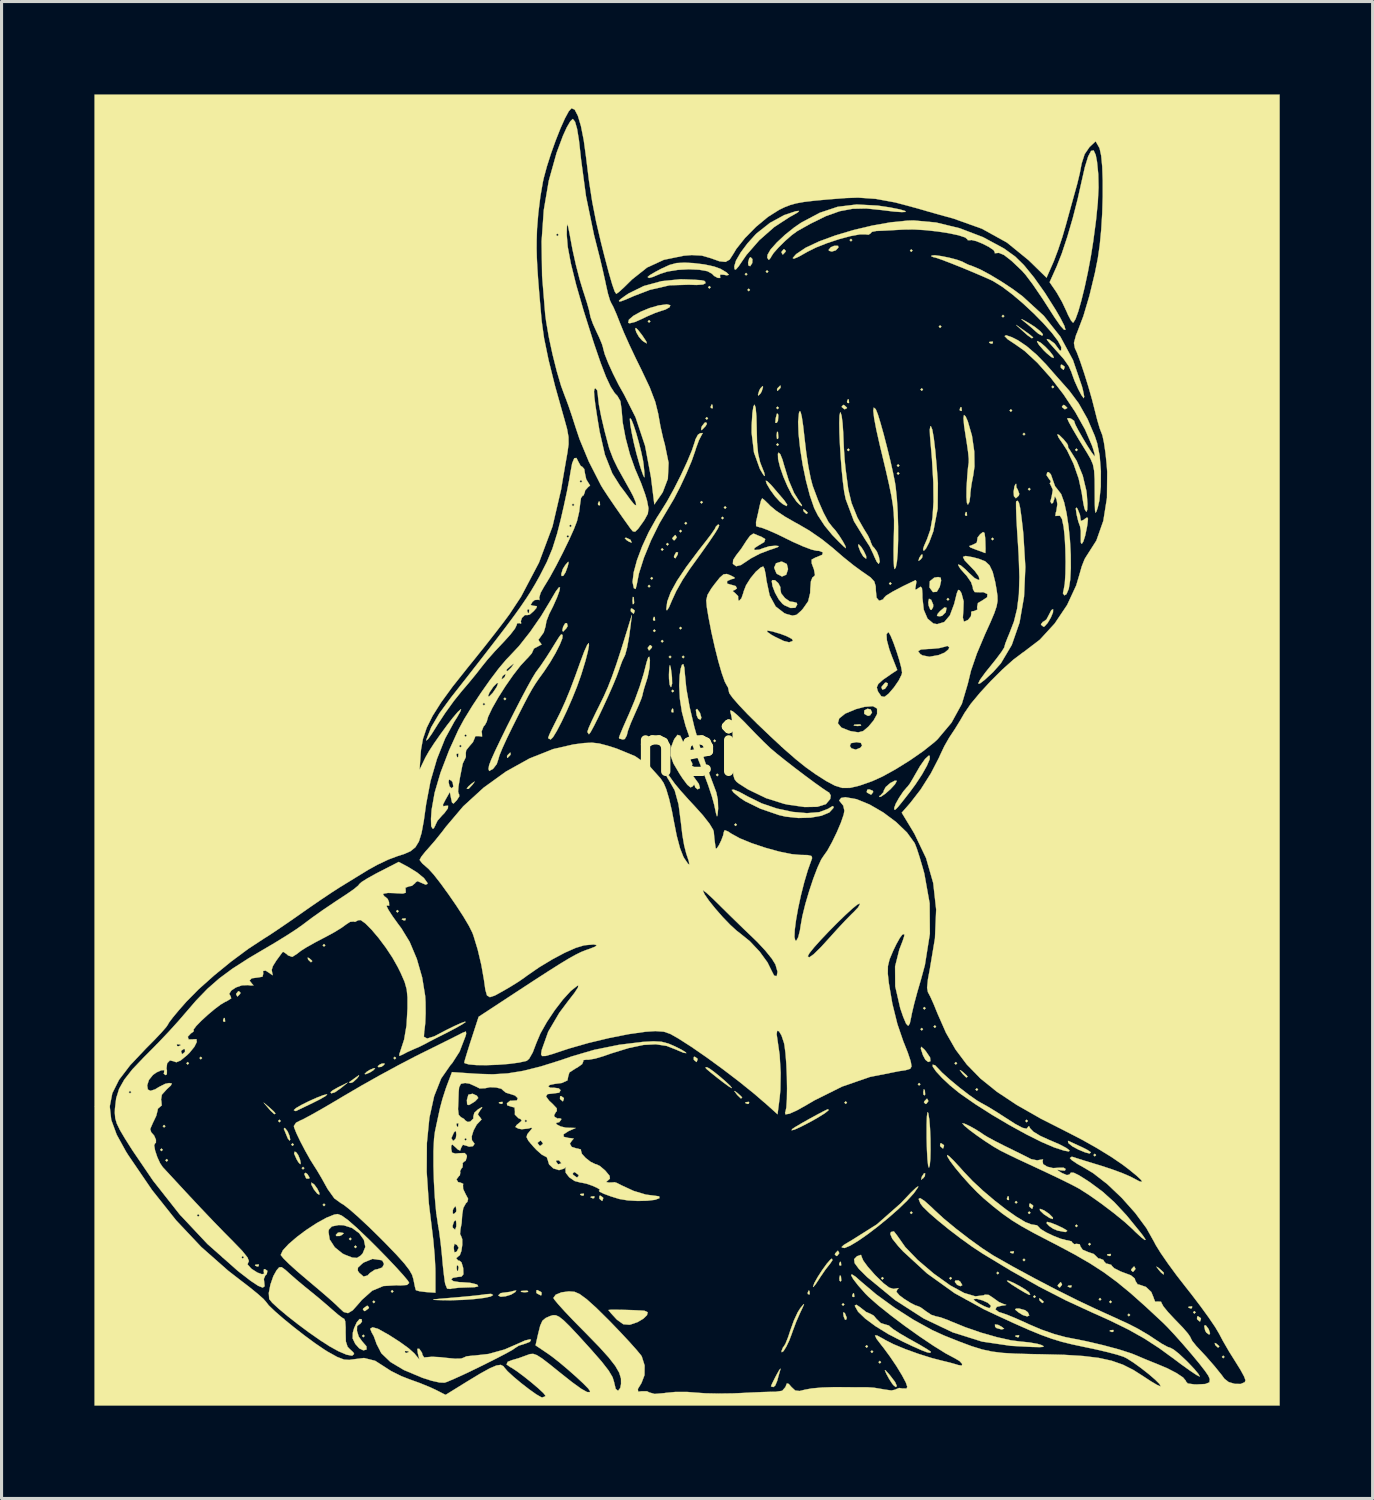
<source format=kicad_pcb>
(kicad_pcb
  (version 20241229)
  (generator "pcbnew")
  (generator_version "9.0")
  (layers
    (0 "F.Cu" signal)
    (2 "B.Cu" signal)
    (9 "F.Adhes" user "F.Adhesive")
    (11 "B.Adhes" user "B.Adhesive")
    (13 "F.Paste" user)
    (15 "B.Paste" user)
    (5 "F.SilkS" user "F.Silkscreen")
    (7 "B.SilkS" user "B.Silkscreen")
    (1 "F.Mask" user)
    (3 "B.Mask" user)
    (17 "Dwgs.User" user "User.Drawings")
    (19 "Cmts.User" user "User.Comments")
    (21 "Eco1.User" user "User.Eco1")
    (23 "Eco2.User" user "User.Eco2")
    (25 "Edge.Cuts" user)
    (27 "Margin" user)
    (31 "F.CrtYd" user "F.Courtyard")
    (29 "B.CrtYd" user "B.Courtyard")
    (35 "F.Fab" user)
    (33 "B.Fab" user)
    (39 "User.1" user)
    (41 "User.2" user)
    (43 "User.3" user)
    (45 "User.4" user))
  (footprint "nei"
    (layer "F.Cu")
    (at 19.14 21.172)
    (property "Reference" "nei" (at 0 0 0) (layer "F.SilkS") (effects (font (size 1.524 1.524) (thickness 0.3))))
    (attr through_hole)
    (fp_poly (pts (xy -16.933 12.912) (xy -16.976 12.954) (xy -17.018 12.912) (xy -16.976 12.869) (xy -16.933 12.912)) (stroke (width 0.01) (type solid)) (fill yes) (layer "F.SilkS"))
    (fp_poly (pts (xy -16.849 12.15) (xy -16.891 12.192) (xy -16.933 12.15) (xy -16.891 12.107) (xy -16.849 12.15)) (stroke (width 0.01) (type solid)) (fill yes) (layer "F.SilkS"))
    (fp_poly (pts (xy -16.764 13.25) (xy -16.806 13.293) (xy -16.849 13.25) (xy -16.806 13.208) (xy -16.764 13.25)) (stroke (width 0.01) (type solid)) (fill yes) (layer "F.SilkS"))
    (fp_poly (pts (xy -16.087 10.118) (xy -16.129 10.16) (xy -16.171 10.118) (xy -16.129 10.075) (xy -16.087 10.118)) (stroke (width 0.01) (type solid)) (fill yes) (layer "F.SilkS"))
    (fp_poly (pts (xy -15.663 9.948) (xy -15.706 9.991) (xy -15.748 9.948) (xy -15.706 9.906) (xy -15.663 9.948)) (stroke (width 0.01) (type solid)) (fill yes) (layer "F.SilkS"))
    (fp_poly (pts (xy -13.123 11.98) (xy -13.166 12.023) (xy -13.208 11.98) (xy -13.166 11.938) (xy -13.123 11.98)) (stroke (width 0.01) (type solid)) (fill yes) (layer "F.SilkS"))
    (fp_poly (pts (xy -12.7 12.742) (xy -12.742 12.785) (xy -12.785 12.742) (xy -12.742 12.7) (xy -12.7 12.742)) (stroke (width 0.01) (type solid)) (fill yes) (layer "F.SilkS"))
    (fp_poly (pts (xy -12.361 13.504) (xy -12.404 13.547) (xy -12.446 13.504) (xy -12.404 13.462) (xy -12.361 13.504)) (stroke (width 0.01) (type solid)) (fill yes) (layer "F.SilkS"))
    (fp_poly (pts (xy -11.684 6.308) (xy -11.726 6.35) (xy -11.769 6.308) (xy -11.726 6.265) (xy -11.684 6.308)) (stroke (width 0.01) (type solid)) (fill yes) (layer "F.SilkS"))
    (fp_poly (pts (xy -11.684 14.69) (xy -11.726 14.732) (xy -11.769 14.69) (xy -11.726 14.647) (xy -11.684 14.69)) (stroke (width 0.01) (type solid)) (fill yes) (layer "F.SilkS"))
    (fp_poly (pts (xy -10.837 15.79) (xy -10.88 15.833) (xy -10.922 15.79) (xy -10.88 15.748) (xy -10.837 15.79)) (stroke (width 0.01) (type solid)) (fill yes) (layer "F.SilkS"))
    (fp_poly (pts (xy -10.668 16.044) (xy -10.71 16.087) (xy -10.753 16.044) (xy -10.71 16.002) (xy -10.668 16.044)) (stroke (width 0.01) (type solid)) (fill yes) (layer "F.SilkS"))
    (fp_poly (pts (xy -10.414 18.923) (xy -10.456 18.965) (xy -10.499 18.923) (xy -10.456 18.881) (xy -10.414 18.923)) (stroke (width 0.01) (type solid)) (fill yes) (layer "F.SilkS"))
    (fp_poly (pts (xy -10.075 17.822) (xy -10.118 17.865) (xy -10.16 17.822) (xy -10.118 17.78) (xy -10.075 17.822)) (stroke (width 0.01) (type solid)) (fill yes) (layer "F.SilkS"))
    (fp_poly (pts (xy -9.483 17.484) (xy -9.525 17.526) (xy -9.567 17.484) (xy -9.525 17.441) (xy -9.483 17.484)) (stroke (width 0.01) (type solid)) (fill yes) (layer "F.SilkS"))
    (fp_poly (pts (xy -9.398 9.948) (xy -9.44 9.991) (xy -9.483 9.948) (xy -9.44 9.906) (xy -9.398 9.948)) (stroke (width 0.01) (type solid)) (fill yes) (layer "F.SilkS"))
    (fp_poly (pts (xy -9.313 5.207) (xy -9.356 5.249) (xy -9.398 5.207) (xy -9.356 5.165) (xy -9.313 5.207)) (stroke (width 0.01) (type solid)) (fill yes) (layer "F.SilkS"))
    (fp_poly (pts (xy -5.842 -1.651) (xy -5.884 -1.609) (xy -5.927 -1.651) (xy -5.884 -1.693) (xy -5.842 -1.651)) (stroke (width 0.01) (type solid)) (fill yes) (layer "F.SilkS"))
    (fp_poly (pts (xy -1.27 0.042) (xy -1.312 0.085) (xy -1.355 0.042) (xy -1.312 0) (xy -1.27 0.042)) (stroke (width 0.01) (type solid)) (fill yes) (layer "F.SilkS"))
    (fp_poly (pts (xy -1.185 -13.843) (xy -1.228 -13.801) (xy -1.27 -13.843) (xy -1.228 -13.885) (xy -1.185 -13.843)) (stroke (width 0.01) (type solid)) (fill yes) (layer "F.SilkS"))
    (fp_poly (pts (xy -1.185 -5.292) (xy -1.228 -5.249) (xy -1.27 -5.292) (xy -1.228 -5.334) (xy -1.185 -5.292)) (stroke (width 0.01) (type solid)) (fill yes) (layer "F.SilkS"))
    (fp_poly (pts (xy -1.101 -5.546) (xy -1.143 -5.503) (xy -1.185 -5.546) (xy -1.143 -5.588) (xy -1.101 -5.546)) (stroke (width 0.01) (type solid)) (fill yes) (layer "F.SilkS"))
    (fp_poly (pts (xy -1.016 -3.852) (xy -1.058 -3.81) (xy -1.101 -3.852) (xy -1.058 -3.895) (xy -1.016 -3.852)) (stroke (width 0.01) (type solid)) (fill yes) (layer "F.SilkS"))
    (fp_poly (pts (xy -0.762 -6.477) (xy -0.804 -6.435) (xy -0.847 -6.477) (xy -0.804 -6.519) (xy -0.762 -6.477)) (stroke (width 0.01) (type solid)) (fill yes) (layer "F.SilkS"))
    (fp_poly (pts (xy -0.762 -3.514) (xy -0.804 -3.471) (xy -0.847 -3.514) (xy -0.804 -3.556) (xy -0.762 -3.514)) (stroke (width 0.01) (type solid)) (fill yes) (layer "F.SilkS"))
    (fp_poly (pts (xy -0.593 -6.646) (xy -0.635 -6.604) (xy -0.677 -6.646) (xy -0.635 -6.689) (xy -0.593 -6.646)) (stroke (width 0.01) (type solid)) (fill yes) (layer "F.SilkS"))
    (fp_poly (pts (xy -0.508 -3.006) (xy -0.55 -2.963) (xy -0.593 -3.006) (xy -0.55 -3.048) (xy -0.508 -3.006)) (stroke (width 0.01) (type solid)) (fill yes) (layer "F.SilkS"))
    (fp_poly (pts (xy -0.423 -1.905) (xy -0.466 -1.863) (xy -0.508 -1.905) (xy -0.466 -1.947) (xy -0.423 -1.905)) (stroke (width 0.01) (type solid)) (fill yes) (layer "F.SilkS"))
    (fp_poly (pts (xy -0.169 -7.07) (xy -0.212 -7.027) (xy -0.254 -7.07) (xy -0.212 -7.112) (xy -0.169 -7.07)) (stroke (width 0.01) (type solid)) (fill yes) (layer "F.SilkS"))
    (fp_poly (pts (xy -0.169 -3.937) (xy -0.212 -3.895) (xy -0.254 -3.937) (xy -0.212 -3.979) (xy -0.169 -3.937)) (stroke (width 0.01) (type solid)) (fill yes) (layer "F.SilkS"))
    (fp_poly (pts (xy -0.085 -3.006) (xy -0.127 -2.963) (xy -0.169 -3.006) (xy -0.127 -3.048) (xy -0.085 -3.006)) (stroke (width 0.01) (type solid)) (fill yes) (layer "F.SilkS"))
    (fp_poly (pts (xy 0 -7.324) (xy -0.042 -7.281) (xy -0.085 -7.324) (xy -0.042 -7.366) (xy 0 -7.324)) (stroke (width 0.01) (type solid)) (fill yes) (layer "F.SilkS"))
    (fp_poly (pts (xy 0.508 -8.001) (xy 0.466 -7.959) (xy 0.423 -8.001) (xy 0.466 -8.043) (xy 0.508 -8.001)) (stroke (width 0.01) (type solid)) (fill yes) (layer "F.SilkS"))
    (fp_poly (pts (xy 0.677 -10.71) (xy 0.635 -10.668) (xy 0.593 -10.71) (xy 0.635 -10.753) (xy 0.677 -10.71)) (stroke (width 0.01) (type solid)) (fill yes) (layer "F.SilkS"))
    (fp_poly (pts (xy 0.762 -14.944) (xy 0.72 -14.901) (xy 0.677 -14.944) (xy 0.72 -14.986) (xy 0.762 -14.944)) (stroke (width 0.01) (type solid)) (fill yes) (layer "F.SilkS"))
    (fp_poly (pts (xy 0.931 -0.296) (xy 0.889 -0.254) (xy 0.847 -0.296) (xy 0.889 -0.339) (xy 0.931 -0.296)) (stroke (width 0.01) (type solid)) (fill yes) (layer "F.SilkS"))
    (fp_poly (pts (xy 1.016 0.804) (xy 0.974 0.847) (xy 0.931 0.804) (xy 0.974 0.762) (xy 1.016 0.804)) (stroke (width 0.01) (type solid)) (fill yes) (layer "F.SilkS"))
    (fp_poly (pts (xy 1.185 -7.493) (xy 1.143 -7.451) (xy 1.101 -7.493) (xy 1.143 -7.535) (xy 1.185 -7.493)) (stroke (width 0.01) (type solid)) (fill yes) (layer "F.SilkS"))
    (fp_poly (pts (xy 1.27 -7.832) (xy 1.228 -7.789) (xy 1.185 -7.832) (xy 1.228 -7.874) (xy 1.27 -7.832)) (stroke (width 0.01) (type solid)) (fill yes) (layer "F.SilkS"))
    (fp_poly (pts (xy 1.609 2.413) (xy 1.566 2.455) (xy 1.524 2.413) (xy 1.566 2.371) (xy 1.609 2.413)) (stroke (width 0.01) (type solid)) (fill yes) (layer "F.SilkS"))
    (fp_poly (pts (xy 1.947 -15.367) (xy 1.905 -15.325) (xy 1.863 -15.367) (xy 1.905 -15.409) (xy 1.947 -15.367)) (stroke (width 0.01) (type solid)) (fill yes) (layer "F.SilkS"))
    (fp_poly (pts (xy 2.032 -14.859) (xy 1.99 -14.817) (xy 1.947 -14.859) (xy 1.99 -14.901) (xy 2.032 -14.859)) (stroke (width 0.01) (type solid)) (fill yes) (layer "F.SilkS"))
    (fp_poly (pts (xy 2.625 -15.452) (xy 2.582 -15.409) (xy 2.54 -15.452) (xy 2.582 -15.494) (xy 2.625 -15.452)) (stroke (width 0.01) (type solid)) (fill yes) (layer "F.SilkS"))
    (fp_poly (pts (xy 2.963 -11.049) (xy 2.921 -11.007) (xy 2.879 -11.049) (xy 2.921 -11.091) (xy 2.963 -11.049)) (stroke (width 0.01) (type solid)) (fill yes) (layer "F.SilkS"))
    (fp_poly (pts (xy 2.963 -9.864) (xy 2.921 -9.821) (xy 2.879 -9.864) (xy 2.921 -9.906) (xy 2.963 -9.864)) (stroke (width 0.01) (type solid)) (fill yes) (layer "F.SilkS"))
    (fp_poly (pts (xy 5.08 17.907) (xy 5.038 17.949) (xy 4.995 17.907) (xy 5.038 17.865) (xy 5.08 17.907)) (stroke (width 0.01) (type solid)) (fill yes) (layer "F.SilkS"))
    (fp_poly (pts (xy 5.165 11.388) (xy 5.122 11.43) (xy 5.08 11.388) (xy 5.122 11.345) (xy 5.165 11.388)) (stroke (width 0.01) (type solid)) (fill yes) (layer "F.SilkS"))
    (fp_poly (pts (xy 5.249 -9.694) (xy 5.207 -9.652) (xy 5.165 -9.694) (xy 5.207 -9.737) (xy 5.249 -9.694)) (stroke (width 0.01) (type solid)) (fill yes) (layer "F.SilkS"))
    (fp_poly (pts (xy 5.334 -16.468) (xy 5.292 -16.425) (xy 5.249 -16.468) (xy 5.292 -16.51) (xy 5.334 -16.468)) (stroke (width 0.01) (type solid)) (fill yes) (layer "F.SilkS"))
    (fp_poly (pts (xy 5.842 19.262) (xy 5.8 19.304) (xy 5.757 19.262) (xy 5.8 19.219) (xy 5.842 19.262)) (stroke (width 0.01) (type solid)) (fill yes) (layer "F.SilkS"))
    (fp_poly (pts (xy 6.011 19.431) (xy 5.969 19.473) (xy 5.927 19.431) (xy 5.969 19.389) (xy 6.011 19.431)) (stroke (width 0.01) (type solid)) (fill yes) (layer "F.SilkS"))
    (fp_poly (pts (xy 6.265 19.77) (xy 6.223 19.812) (xy 6.181 19.77) (xy 6.223 19.727) (xy 6.265 19.77)) (stroke (width 0.01) (type solid)) (fill yes) (layer "F.SilkS"))
    (fp_poly (pts (xy 6.35 17.06) (xy 6.308 17.103) (xy 6.265 17.06) (xy 6.308 17.018) (xy 6.35 17.06)) (stroke (width 0.01) (type solid)) (fill yes) (layer "F.SilkS"))
    (fp_poly (pts (xy 6.604 -5.376) (xy 6.562 -5.334) (xy 6.519 -5.376) (xy 6.562 -5.419) (xy 6.604 -5.376)) (stroke (width 0.01) (type solid)) (fill yes) (layer "F.SilkS"))
    (fp_poly (pts (xy 6.858 -9.186) (xy 6.816 -9.144) (xy 6.773 -9.186) (xy 6.816 -9.229) (xy 6.858 -9.186)) (stroke (width 0.01) (type solid)) (fill yes) (layer "F.SilkS"))
    (fp_poly (pts (xy 6.858 -8.932) (xy 6.816 -8.89) (xy 6.773 -8.932) (xy 6.816 -8.975) (xy 6.858 -8.932)) (stroke (width 0.01) (type solid)) (fill yes) (layer "F.SilkS"))
    (fp_poly (pts (xy 7.281 -16.129) (xy 7.239 -16.087) (xy 7.197 -16.129) (xy 7.239 -16.171) (xy 7.281 -16.129)) (stroke (width 0.01) (type solid)) (fill yes) (layer "F.SilkS"))
    (fp_poly (pts (xy 7.281 14.944) (xy 7.239 14.986) (xy 7.197 14.944) (xy 7.239 14.901) (xy 7.281 14.944)) (stroke (width 0.01) (type solid)) (fill yes) (layer "F.SilkS"))
    (fp_poly (pts (xy 7.535 10.795) (xy 7.493 10.837) (xy 7.451 10.795) (xy 7.493 10.753) (xy 7.535 10.795)) (stroke (width 0.01) (type solid)) (fill yes) (layer "F.SilkS"))
    (fp_poly (pts (xy 7.62 -11.642) (xy 7.578 -11.599) (xy 7.535 -11.642) (xy 7.578 -11.684) (xy 7.62 -11.642)) (stroke (width 0.01) (type solid)) (fill yes) (layer "F.SilkS"))
    (fp_poly (pts (xy 7.62 9.017) (xy 7.578 9.059) (xy 7.535 9.017) (xy 7.578 8.975) (xy 7.62 9.017)) (stroke (width 0.01) (type solid)) (fill yes) (layer "F.SilkS"))
    (fp_poly (pts (xy 7.705 8.34) (xy 7.662 8.382) (xy 7.62 8.34) (xy 7.662 8.297) (xy 7.705 8.34)) (stroke (width 0.01) (type solid)) (fill yes) (layer "F.SilkS"))
    (fp_poly (pts (xy 8.043 8.932) (xy 8.001 8.975) (xy 7.959 8.932) (xy 8.001 8.89) (xy 8.043 8.932)) (stroke (width 0.01) (type solid)) (fill yes) (layer "F.SilkS"))
    (fp_poly (pts (xy 8.213 -13.674) (xy 8.17 -13.631) (xy 8.128 -13.674) (xy 8.17 -13.716) (xy 8.213 -13.674)) (stroke (width 0.01) (type solid)) (fill yes) (layer "F.SilkS"))
    (fp_poly (pts (xy 8.467 -4.868) (xy 8.424 -4.826) (xy 8.382 -4.868) (xy 8.424 -4.911) (xy 8.467 -4.868)) (stroke (width 0.01) (type solid)) (fill yes) (layer "F.SilkS"))
    (fp_poly (pts (xy 8.551 17.06) (xy 8.509 17.103) (xy 8.467 17.06) (xy 8.509 17.018) (xy 8.551 17.06)) (stroke (width 0.01) (type solid)) (fill yes) (layer "F.SilkS"))
    (fp_poly (pts (xy 8.721 10.118) (xy 8.678 10.16) (xy 8.636 10.118) (xy 8.678 10.075) (xy 8.721 10.118)) (stroke (width 0.01) (type solid)) (fill yes) (layer "F.SilkS"))
    (fp_poly (pts (xy 9.398 10.964) (xy 9.356 11.007) (xy 9.313 10.964) (xy 9.356 10.922) (xy 9.398 10.964)) (stroke (width 0.01) (type solid)) (fill yes) (layer "F.SilkS"))
    (fp_poly (pts (xy 9.906 -6.816) (xy 9.864 -6.773) (xy 9.821 -6.816) (xy 9.864 -6.858) (xy 9.906 -6.816)) (stroke (width 0.01) (type solid)) (fill yes) (layer "F.SilkS"))
    (fp_poly (pts (xy 10.075 16.891) (xy 10.033 16.933) (xy 9.991 16.891) (xy 10.033 16.849) (xy 10.075 16.891)) (stroke (width 0.01) (type solid)) (fill yes) (layer "F.SilkS"))
    (fp_poly (pts (xy 10.245 -14.012) (xy 10.202 -13.97) (xy 10.16 -14.012) (xy 10.202 -14.055) (xy 10.245 -14.012)) (stroke (width 0.01) (type solid)) (fill yes) (layer "F.SilkS"))
    (fp_poly (pts (xy 10.499 -10.964) (xy 10.456 -10.922) (xy 10.414 -10.964) (xy 10.456 -11.007) (xy 10.499 -10.964)) (stroke (width 0.01) (type solid)) (fill yes) (layer "F.SilkS"))
    (fp_poly (pts (xy 10.668 14.605) (xy 10.626 14.647) (xy 10.583 14.605) (xy 10.626 14.563) (xy 10.668 14.605)) (stroke (width 0.01) (type solid)) (fill yes) (layer "F.SilkS"))
    (fp_poly (pts (xy 10.922 -10.202) (xy 10.88 -10.16) (xy 10.837 -10.202) (xy 10.88 -10.245) (xy 10.922 -10.202)) (stroke (width 0.01) (type solid)) (fill yes) (layer "F.SilkS"))
    (fp_poly (pts (xy 10.922 16.468) (xy 10.88 16.51) (xy 10.837 16.468) (xy 10.88 16.425) (xy 10.922 16.468)) (stroke (width 0.01) (type solid)) (fill yes) (layer "F.SilkS"))
    (fp_poly (pts (xy 11.007 11.98) (xy 10.964 12.023) (xy 10.922 11.98) (xy 10.964 11.938) (xy 11.007 11.98)) (stroke (width 0.01) (type solid)) (fill yes) (layer "F.SilkS"))
    (fp_poly (pts (xy 11.091 -8.424) (xy 11.049 -8.382) (xy 11.007 -8.424) (xy 11.049 -8.467) (xy 11.091 -8.424)) (stroke (width 0.01) (type solid)) (fill yes) (layer "F.SilkS"))
    (fp_poly (pts (xy 11.091 14.944) (xy 11.049 14.986) (xy 11.007 14.944) (xy 11.049 14.901) (xy 11.091 14.944)) (stroke (width 0.01) (type solid)) (fill yes) (layer "F.SilkS"))
    (fp_poly (pts (xy 11.261 17.653) (xy 11.218 17.695) (xy 11.176 17.653) (xy 11.218 17.611) (xy 11.261 17.653)) (stroke (width 0.01) (type solid)) (fill yes) (layer "F.SilkS"))
    (fp_poly (pts (xy 11.853 -11.726) (xy 11.811 -11.684) (xy 11.769 -11.726) (xy 11.811 -11.769) (xy 11.853 -11.726)) (stroke (width 0.01) (type solid)) (fill yes) (layer "F.SilkS"))
    (fp_poly (pts (xy 12.615 -9.694) (xy 12.573 -9.652) (xy 12.531 -9.694) (xy 12.573 -9.737) (xy 12.615 -9.694)) (stroke (width 0.01) (type solid)) (fill yes) (layer "F.SilkS"))
    (fp_poly (pts (xy 12.615 15.367) (xy 12.573 15.409) (xy 12.531 15.367) (xy 12.573 15.325) (xy 12.615 15.367)) (stroke (width 0.01) (type solid)) (fill yes) (layer "F.SilkS"))
    (fp_poly (pts (xy 13.039 15.96) (xy 12.996 16.002) (xy 12.954 15.96) (xy 12.996 15.917) (xy 13.039 15.96)) (stroke (width 0.01) (type solid)) (fill yes) (layer "F.SilkS"))
    (fp_poly (pts (xy 13.208 13.081) (xy 13.166 13.123) (xy 13.123 13.081) (xy 13.166 13.039) (xy 13.208 13.081)) (stroke (width 0.01) (type solid)) (fill yes) (layer "F.SilkS"))
    (fp_poly (pts (xy 13.377 17.738) (xy 13.335 17.78) (xy 13.293 17.738) (xy 13.335 17.695) (xy 13.377 17.738)) (stroke (width 0.01) (type solid)) (fill yes) (layer "F.SilkS"))
    (fp_poly (pts (xy 13.716 17.822) (xy 13.674 17.865) (xy 13.631 17.822) (xy 13.674 17.78) (xy 13.716 17.822)) (stroke (width 0.01) (type solid)) (fill yes) (layer "F.SilkS"))
    (fp_poly (pts (xy 14.309 18.246) (xy 14.266 18.288) (xy 14.224 18.246) (xy 14.266 18.203) (xy 14.309 18.246)) (stroke (width 0.01) (type solid)) (fill yes) (layer "F.SilkS"))
    (fp_poly (pts (xy 16.425 18.161) (xy 16.383 18.203) (xy 16.341 18.161) (xy 16.383 18.119) (xy 16.425 18.161)) (stroke (width 0.01) (type solid)) (fill yes) (layer "F.SilkS"))
    (fp_poly (pts (xy 17.357 19.6) (xy 17.314 19.643) (xy 17.272 19.6) (xy 17.314 19.558) (xy 17.357 19.6)) (stroke (width 0.01) (type solid)) (fill yes) (layer "F.SilkS"))
    (fp_poly (pts (xy -14.93 8.664) (xy -14.919 8.765) (xy -14.93 8.777) (xy -14.98 8.765) (xy -14.986 8.721) (xy -14.955 8.651) (xy -14.93 8.664)) (stroke (width 0.01) (type solid)) (fill yes) (layer "F.SilkS"))
    (fp_poly (pts (xy -13.829 16.623) (xy -13.841 16.673) (xy -13.885 16.679) (xy -13.955 16.648) (xy -13.942 16.623) (xy -13.841 16.613) (xy -13.829 16.623)) (stroke (width 0.01) (type solid)) (fill yes) (layer "F.SilkS"))
    (fp_poly (pts (xy -9.088 5.447) (xy -9.099 5.497) (xy -9.144 5.503) (xy -9.214 5.472) (xy -9.2 5.447) (xy -9.1 5.437) (xy -9.088 5.447)) (stroke (width 0.01) (type solid)) (fill yes) (layer "F.SilkS"))
    (fp_poly (pts (xy -5.955 11.374) (xy -5.967 11.424) (xy -6.011 11.43) (xy -6.081 11.399) (xy -6.068 11.374) (xy -5.967 11.363) (xy -5.955 11.374)) (stroke (width 0.01) (type solid)) (fill yes) (layer "F.SilkS"))
    (fp_poly (pts (xy -5.144 17.47) (xy -5.133 17.501) (xy -5.249 17.513) (xy -5.37 17.499) (xy -5.355 17.47) (xy -5.182 17.459) (xy -5.144 17.47)) (stroke (width 0.01) (type solid)) (fill yes) (layer "F.SilkS"))
    (fp_poly (pts (xy -3.33 14.337) (xy -3.342 14.387) (xy -3.387 14.393) (xy -3.456 14.362) (xy -3.443 14.337) (xy -3.343 14.327) (xy -3.33 14.337)) (stroke (width 0.01) (type solid)) (fill yes) (layer "F.SilkS"))
    (fp_poly (pts (xy -2.992 14.422) (xy -3.003 14.472) (xy -3.048 14.478) (xy -3.118 14.447) (xy -3.104 14.422) (xy -3.004 14.411) (xy -2.992 14.422)) (stroke (width 0.01) (type solid)) (fill yes) (layer "F.SilkS"))
    (fp_poly (pts (xy -2.822 -8.015) (xy -2.812 -7.915) (xy -2.822 -7.902) (xy -2.873 -7.914) (xy -2.879 -7.959) (xy -2.848 -8.028) (xy -2.822 -8.015)) (stroke (width 0.01) (type solid)) (fill yes) (layer "F.SilkS"))
    (fp_poly (pts (xy -1.722 -4.932) (xy -1.711 -4.758) (xy -1.722 -4.72) (xy -1.753 -4.71) (xy -1.765 -4.826) (xy -1.751 -4.946) (xy -1.722 -4.932)) (stroke (width 0.01) (type solid)) (fill yes) (layer "F.SilkS"))
    (fp_poly (pts (xy -1.044 -4.29) (xy -1.034 -4.189) (xy -1.044 -4.177) (xy -1.095 -4.189) (xy -1.101 -4.233) (xy -1.07 -4.303) (xy -1.044 -4.29)) (stroke (width 0.01) (type solid)) (fill yes) (layer "F.SilkS"))
    (fp_poly (pts (xy -0.452 -1.326) (xy -0.441 -1.226) (xy -0.452 -1.214) (xy -0.502 -1.225) (xy -0.508 -1.27) (xy -0.477 -1.34) (xy -0.452 -1.326)) (stroke (width 0.01) (type solid)) (fill yes) (layer "F.SilkS"))
    (fp_poly (pts (xy 0.818 -11.148) (xy 0.829 -11.047) (xy 0.818 -11.035) (xy 0.768 -11.047) (xy 0.762 -11.091) (xy 0.793 -11.161) (xy 0.818 -11.148)) (stroke (width 0.01) (type solid)) (fill yes) (layer "F.SilkS"))
    (fp_poly (pts (xy 2.004 11.374) (xy 1.992 11.424) (xy 1.947 11.43) (xy 1.878 11.399) (xy 1.891 11.374) (xy 1.991 11.363) (xy 2.004 11.374)) (stroke (width 0.01) (type solid)) (fill yes) (layer "F.SilkS"))
    (fp_poly (pts (xy 2.935 -10.266) (xy 2.946 -10.092) (xy 2.935 -10.054) (xy 2.904 -10.044) (xy 2.892 -10.16) (xy 2.905 -10.28) (xy 2.935 -10.266)) (stroke (width 0.01) (type solid)) (fill yes) (layer "F.SilkS"))
    (fp_poly (pts (xy 3.951 17.47) (xy 3.961 17.57) (xy 3.951 17.582) (xy 3.901 17.571) (xy 3.895 17.526) (xy 3.926 17.456) (xy 3.951 17.47)) (stroke (width 0.01) (type solid)) (fill yes) (layer "F.SilkS"))
    (fp_poly (pts (xy 4.967 16.538) (xy 4.977 16.639) (xy 4.967 16.651) (xy 4.917 16.639) (xy 4.911 16.595) (xy 4.942 16.525) (xy 4.967 16.538)) (stroke (width 0.01) (type solid)) (fill yes) (layer "F.SilkS"))
    (fp_poly (pts (xy 4.969 17.002) (xy 4.979 17.134) (xy 4.962 17.164) (xy 4.923 17.139) (xy 4.917 17.053) (xy 4.938 16.963) (xy 4.969 17.002)) (stroke (width 0.01) (type solid)) (fill yes) (layer "F.SilkS"))
    (fp_poly (pts (xy 5.221 -11.317) (xy 5.231 -11.217) (xy 5.221 -11.204) (xy 5.171 -11.216) (xy 5.165 -11.261) (xy 5.196 -11.33) (xy 5.221 -11.317)) (stroke (width 0.01) (type solid)) (fill yes) (layer "F.SilkS"))
    (fp_poly (pts (xy 5.39 17.554) (xy 5.401 17.655) (xy 5.39 17.667) (xy 5.34 17.655) (xy 5.334 17.611) (xy 5.365 17.541) (xy 5.39 17.554)) (stroke (width 0.01) (type solid)) (fill yes) (layer "F.SilkS"))
    (fp_poly (pts (xy 5.609 -0.818) (xy 5.62 -0.787) (xy 5.503 -0.775) (xy 5.383 -0.789) (xy 5.397 -0.818) (xy 5.571 -0.829) (xy 5.609 -0.818)) (stroke (width 0.01) (type solid)) (fill yes) (layer "F.SilkS"))
    (fp_poly (pts (xy 7.678 10.991) (xy 7.688 11.123) (xy 7.671 11.153) (xy 7.633 11.128) (xy 7.627 11.042) (xy 7.647 10.952) (xy 7.678 10.991)) (stroke (width 0.01) (type solid)) (fill yes) (layer "F.SilkS"))
    (fp_poly (pts (xy 8.862 -11.063) (xy 8.872 -10.963) (xy 8.862 -10.95) (xy 8.811 -10.962) (xy 8.805 -11.007) (xy 8.836 -11.076) (xy 8.862 -11.063)) (stroke (width 0.01) (type solid)) (fill yes) (layer "F.SilkS"))
    (fp_poly (pts (xy 9.031 -7.676) (xy 9.041 -7.576) (xy 9.031 -7.564) (xy 8.981 -7.575) (xy 8.975 -7.62) (xy 9.006 -7.69) (xy 9.031 -7.676)) (stroke (width 0.01) (type solid)) (fill yes) (layer "F.SilkS"))
    (fp_poly (pts (xy 9.878 -13.18) (xy 9.866 -13.129) (xy 9.821 -13.123) (xy 9.752 -13.154) (xy 9.765 -13.18) (xy 9.865 -13.19) (xy 9.878 -13.18)) (stroke (width 0.01) (type solid)) (fill yes) (layer "F.SilkS"))
    (fp_poly (pts (xy 10.386 14.422) (xy 10.396 14.522) (xy 10.386 14.534) (xy 10.335 14.523) (xy 10.329 14.478) (xy 10.36 14.408) (xy 10.386 14.422)) (stroke (width 0.01) (type solid)) (fill yes) (layer "F.SilkS"))
    (fp_poly (pts (xy 10.555 16.2) (xy 10.543 16.25) (xy 10.499 16.256) (xy 10.429 16.225) (xy 10.442 16.2) (xy 10.543 16.189) (xy 10.555 16.2)) (stroke (width 0.01) (type solid)) (fill yes) (layer "F.SilkS"))
    (fp_poly (pts (xy 10.724 18.909) (xy 10.713 18.959) (xy 10.668 18.965) (xy 10.598 18.934) (xy 10.612 18.909) (xy 10.712 18.899) (xy 10.724 18.909)) (stroke (width 0.01) (type solid)) (fill yes) (layer "F.SilkS"))
    (fp_poly (pts (xy 12.418 17.3) (xy 12.406 17.351) (xy 12.361 17.357) (xy 12.292 17.326) (xy 12.305 17.3) (xy 12.405 17.29) (xy 12.418 17.3)) (stroke (width 0.01) (type solid)) (fill yes) (layer "F.SilkS"))
    (fp_poly (pts (xy 13.688 16.284) (xy 13.676 16.335) (xy 13.631 16.341) (xy 13.562 16.31) (xy 13.575 16.284) (xy 13.675 16.274) (xy 13.688 16.284)) (stroke (width 0.01) (type solid)) (fill yes) (layer "F.SilkS"))
    (fp_poly (pts (xy 13.772 18.74) (xy 13.761 18.79) (xy 13.716 18.796) (xy 13.646 18.765) (xy 13.66 18.74) (xy 13.76 18.729) (xy 13.772 18.74)) (stroke (width 0.01) (type solid)) (fill yes) (layer "F.SilkS"))
    (fp_poly (pts (xy 16.312 17.978) (xy 16.301 18.028) (xy 16.256 18.034) (xy 16.186 18.003) (xy 16.2 17.978) (xy 16.3 17.967) (xy 16.312 17.978)) (stroke (width 0.01) (type solid)) (fill yes) (layer "F.SilkS"))
    (fp_poly (pts (xy -13.483 11.549) (xy -13.347 11.673) (xy -13.293 11.739) (xy -13.331 11.761) (xy -13.453 11.647) (xy -13.512 11.578) (xy -13.674 11.388) (xy -13.483 11.549)) (stroke (width 0.01) (type solid)) (fill yes) (layer "F.SilkS"))
    (fp_poly (pts (xy -12.205 6.723) (xy -12.115 6.802) (xy -12.107 6.821) (xy -12.148 6.855) (xy -12.231 6.777) (xy -12.242 6.76) (xy -12.252 6.702) (xy -12.205 6.723)) (stroke (width 0.01) (type solid)) (fill yes) (layer "F.SilkS"))
    (fp_poly (pts (xy -9.78 10.161) (xy -9.87 10.231) (xy -9.967 10.243) (xy -9.991 10.211) (xy -9.924 10.157) (xy -9.859 10.128) (xy -9.772 10.122) (xy -9.78 10.161)) (stroke (width 0.01) (type solid)) (fill yes) (layer "F.SilkS"))
    (fp_poly (pts (xy -3.858 -4.002) (xy -3.901 -3.929) (xy -4.005 -3.822) (xy -4.029 -3.862) (xy -4.004 -3.978) (xy -3.938 -4.093) (xy -3.881 -4.098) (xy -3.858 -4.002)) (stroke (width 0.01) (type solid)) (fill yes) (layer "F.SilkS"))
    (fp_poly (pts (xy -1.838 -6.796) (xy -1.82 -6.773) (xy -1.791 -6.697) (xy -1.871 -6.726) (xy -1.947 -6.773) (xy -2.012 -6.841) (xy -1.973 -6.857) (xy -1.838 -6.796)) (stroke (width 0.01) (type solid)) (fill yes) (layer "F.SilkS"))
    (fp_poly (pts (xy -0.292 -6.378) (xy -0.306 -6.312) (xy -0.375 -6.193) (xy -0.419 -6.213) (xy -0.423 -6.26) (xy -0.362 -6.375) (xy -0.34 -6.392) (xy -0.292 -6.378)) (stroke (width 0.01) (type solid)) (fill yes) (layer "F.SilkS"))
    (fp_poly (pts (xy 3.797 -7.755) (xy 3.887 -7.676) (xy 3.895 -7.657) (xy 3.854 -7.623) (xy 3.771 -7.701) (xy 3.76 -7.718) (xy 3.75 -7.776) (xy 3.797 -7.755)) (stroke (width 0.01) (type solid)) (fill yes) (layer "F.SilkS"))
    (fp_poly (pts (xy 5.09 18.18) (xy 5.094 18.184) (xy 5.154 18.33) (xy 5.147 18.384) (xy 5.103 18.404) (xy 5.057 18.295) (xy 5.038 18.164) (xy 5.09 18.18)) (stroke (width 0.01) (type solid)) (fill yes) (layer "F.SilkS"))
    (fp_poly (pts (xy 7.594 -6.22) (xy 7.546 -6.158) (xy 7.475 -6.105) (xy 7.492 -6.189) (xy 7.498 -6.205) (xy 7.566 -6.309) (xy 7.604 -6.31) (xy 7.594 -6.22)) (stroke (width 0.01) (type solid)) (fill yes) (layer "F.SilkS"))
    (fp_poly (pts (xy 7.679 13.761) (xy 7.631 13.823) (xy 7.559 13.877) (xy 7.577 13.792) (xy 7.583 13.776) (xy 7.65 13.672) (xy 7.688 13.671) (xy 7.679 13.761)) (stroke (width 0.01) (type solid)) (fill yes) (layer "F.SilkS"))
    (fp_poly (pts (xy 8.822 17.17) (xy 8.888 17.283) (xy 8.825 17.316) (xy 8.721 17.272) (xy 8.647 17.179) (xy 8.661 17.134) (xy 8.764 17.129) (xy 8.822 17.17)) (stroke (width 0.01) (type solid)) (fill yes) (layer "F.SilkS"))
    (fp_poly (pts (xy 11.417 17.73) (xy 11.507 17.808) (xy 11.515 17.827) (xy 11.474 17.862) (xy 11.391 17.784) (xy 11.38 17.767) (xy 11.37 17.709) (xy 11.417 17.73)) (stroke (width 0.01) (type solid)) (fill yes) (layer "F.SilkS"))
    (fp_poly (pts (xy 16.845 18.704) (xy 16.889 18.838) (xy 16.861 18.881) (xy 16.767 18.813) (xy 16.729 18.742) (xy 16.699 18.593) (xy 16.751 18.579) (xy 16.845 18.704)) (stroke (width 0.01) (type solid)) (fill yes) (layer "F.SilkS"))
    (fp_poly (pts (xy 17.09 19.169) (xy 17.18 19.248) (xy 17.187 19.267) (xy 17.147 19.301) (xy 17.063 19.223) (xy 17.052 19.206) (xy 17.042 19.148) (xy 17.09 19.169)) (stroke (width 0.01) (type solid)) (fill yes) (layer "F.SilkS"))
    (fp_poly (pts (xy -14.422 7.841) (xy -14.436 7.874) (xy -14.512 7.955) (xy -14.525 7.959) (xy -14.562 7.893) (xy -14.563 7.874) (xy -14.498 7.793) (xy -14.473 7.789) (xy -14.422 7.841)) (stroke (width 0.01) (type solid)) (fill yes) (layer "F.SilkS"))
    (fp_poly (pts (xy -12.261 13.698) (xy -12.196 13.805) (xy -12.205 13.842) (xy -12.293 13.839) (xy -12.305 13.829) (xy -12.361 13.699) (xy -12.361 13.685) (xy -12.318 13.653) (xy -12.261 13.698)) (stroke (width 0.01) (type solid)) (fill yes) (layer "F.SilkS"))
    (fp_poly (pts (xy -11.176 10.915) (xy -11.376 11.055) (xy -11.493 11.088) (xy -11.515 11.051) (xy -11.447 10.992) (xy -11.279 10.897) (xy -11.239 10.877) (xy -10.964 10.742) (xy -11.176 10.915)) (stroke (width 0.01) (type solid)) (fill yes) (layer "F.SilkS"))
    (fp_poly (pts (xy -11.105 15.597) (xy -11.091 15.612) (xy -11.158 15.667) (xy -11.218 15.694) (xy -11.327 15.696) (xy -11.345 15.661) (xy -11.277 15.588) (xy -11.218 15.579) (xy -11.105 15.597)) (stroke (width 0.01) (type solid)) (fill yes) (layer "F.SilkS"))
    (fp_poly (pts (xy -10.273 18.001) (xy -10.287 18.034) (xy -10.399 18.116) (xy -10.424 18.119) (xy -10.47 18.067) (xy -10.456 18.034) (xy -10.344 17.952) (xy -10.319 17.949) (xy -10.273 18.001)) (stroke (width 0.01) (type solid)) (fill yes) (layer "F.SilkS"))
    (fp_poly (pts (xy -10.075 10.281) (xy -10.14 10.349) (xy -10.245 10.414) (xy -10.376 10.469) (xy -10.414 10.462) (xy -10.349 10.394) (xy -10.245 10.329) (xy -10.114 10.275) (xy -10.075 10.281)) (stroke (width 0.01) (type solid)) (fill yes) (layer "F.SilkS"))
    (fp_poly (pts (xy -6.885 1.06) (xy -6.932 1.122) (xy -7.055 1.253) (xy -7.111 1.253) (xy -7.112 1.238) (xy -7.054 1.167) (xy -6.964 1.09) (xy -6.864 1.017) (xy -6.885 1.06)) (stroke (width 0.01) (type solid)) (fill yes) (layer "F.SilkS"))
    (fp_poly (pts (xy -5.699 0.139) (xy -5.715 0.169) (xy -5.795 0.25) (xy -5.81 0.254) (xy -5.815 0.199) (xy -5.8 0.169) (xy -5.72 0.088) (xy -5.705 0.085) (xy -5.699 0.139)) (stroke (width 0.01) (type solid)) (fill yes) (layer "F.SilkS"))
    (fp_poly (pts (xy -4.716 17.503) (xy -4.699 17.526) (xy -4.703 17.604) (xy -4.731 17.611) (xy -4.851 17.549) (xy -4.868 17.526) (xy -4.864 17.448) (xy -4.836 17.441) (xy -4.716 17.503)) (stroke (width 0.01) (type solid)) (fill yes) (layer "F.SilkS"))
    (fp_poly (pts (xy -3.983 11.237) (xy -3.979 11.261) (xy -4.008 11.343) (xy -4.017 11.345) (xy -4.089 11.286) (xy -4.106 11.261) (xy -4.1 11.183) (xy -4.069 11.176) (xy -3.983 11.237)) (stroke (width 0.01) (type solid)) (fill yes) (layer "F.SilkS"))
    (fp_poly (pts (xy -2.713 14.455) (xy -2.709 14.478) (xy -2.738 14.56) (xy -2.747 14.563) (xy -2.819 14.503) (xy -2.836 14.478) (xy -2.83 14.4) (xy -2.799 14.393) (xy -2.713 14.455)) (stroke (width 0.01) (type solid)) (fill yes) (layer "F.SilkS"))
    (fp_poly (pts (xy -1.697 -4.511) (xy -1.693 -4.487) (xy -1.722 -4.405) (xy -1.731 -4.403) (xy -1.803 -4.462) (xy -1.82 -4.487) (xy -1.814 -4.565) (xy -1.783 -4.572) (xy -1.697 -4.511)) (stroke (width 0.01) (type solid)) (fill yes) (layer "F.SilkS"))
    (fp_poly (pts (xy -1.13 -3.335) (xy -1.143 -3.302) (xy -1.219 -3.221) (xy -1.233 -3.217) (xy -1.269 -3.283) (xy -1.27 -3.302) (xy -1.205 -3.383) (xy -1.18 -3.387) (xy -1.13 -3.335)) (stroke (width 0.01) (type solid)) (fill yes) (layer "F.SilkS"))
    (fp_poly (pts (xy -0.34 -6.877) (xy -0.339 -6.858) (xy -0.404 -6.777) (xy -0.428 -6.773) (xy -0.479 -6.825) (xy -0.466 -6.858) (xy -0.39 -6.939) (xy -0.376 -6.943) (xy -0.34 -6.877)) (stroke (width 0.01) (type solid)) (fill yes) (layer "F.SilkS"))
    (fp_poly (pts (xy 0.335 9.967) (xy 0.339 9.991) (xy 0.31 10.073) (xy 0.301 10.075) (xy 0.229 10.016) (xy 0.212 9.991) (xy 0.218 9.913) (xy 0.249 9.906) (xy 0.335 9.967)) (stroke (width 0.01) (type solid)) (fill yes) (layer "F.SilkS"))
    (fp_poly (pts (xy 0.412 -1.207) (xy 0.417 -1.198) (xy 0.461 -1.045) (xy 0.433 -0.98) (xy 0.358 -1.012) (xy 0.309 -1.119) (xy 0.283 -1.296) (xy 0.322 -1.328) (xy 0.412 -1.207)) (stroke (width 0.01) (type solid)) (fill yes) (layer "F.SilkS"))
    (fp_poly (pts (xy 0.64 -10.533) (xy 0.593 -10.456) (xy 0.492 -10.351) (xy 0.458 -10.329) (xy 0.457 -10.393) (xy 0.477 -10.456) (xy 0.566 -10.569) (xy 0.612 -10.583) (xy 0.64 -10.533)) (stroke (width 0.01) (type solid)) (fill yes) (layer "F.SilkS"))
    (fp_poly (pts (xy 1.568 11.033) (xy 1.63 11.081) (xy 1.747 11.185) (xy 1.778 11.229) (xy 1.737 11.254) (xy 1.624 11.145) (xy 1.598 11.113) (xy 1.525 11.012) (xy 1.568 11.033)) (stroke (width 0.01) (type solid)) (fill yes) (layer "F.SilkS"))
    (fp_poly (pts (xy 2.11 -15.855) (xy 2.104 -15.727) (xy 2.038 -15.625) (xy 2.037 -15.624) (xy 1.979 -15.652) (xy 1.97 -15.746) (xy 2.009 -15.885) (xy 2.05 -15.917) (xy 2.11 -15.855)) (stroke (width 0.01) (type solid)) (fill yes) (layer "F.SilkS"))
    (fp_poly (pts (xy 2.453 -11.726) (xy 2.411 -11.587) (xy 2.371 -11.515) (xy 2.304 -11.447) (xy 2.289 -11.472) (xy 2.331 -11.611) (xy 2.371 -11.684) (xy 2.438 -11.752) (xy 2.453 -11.726)) (stroke (width 0.01) (type solid)) (fill yes) (layer "F.SilkS"))
    (fp_poly (pts (xy 2.935 -10.85) (xy 2.946 -10.807) (xy 2.935 -10.635) (xy 2.897 -10.568) (xy 2.849 -10.568) (xy 2.862 -10.718) (xy 2.864 -10.725) (xy 2.903 -10.868) (xy 2.935 -10.85)) (stroke (width 0.01) (type solid)) (fill yes) (layer "F.SilkS"))
    (fp_poly (pts (xy 3.021 -11.714) (xy 3.006 -11.684) (xy 2.926 -11.603) (xy 2.911 -11.599) (xy 2.905 -11.654) (xy 2.921 -11.684) (xy 3.001 -11.765) (xy 3.016 -11.769) (xy 3.021 -11.714)) (stroke (width 0.01) (type solid)) (fill yes) (layer "F.SilkS"))
    (fp_poly (pts (xy 3.188 -16.119) (xy 3.175 -16.087) (xy 3.099 -16.006) (xy 3.085 -16.002) (xy 3.049 -16.068) (xy 3.048 -16.087) (xy 3.113 -16.168) (xy 3.138 -16.171) (xy 3.188 -16.119)) (stroke (width 0.01) (type solid)) (fill yes) (layer "F.SilkS"))
    (fp_poly (pts (xy 4.887 -16.228) (xy 4.804 -16.139) (xy 4.676 -16.098) (xy 4.583 -16.123) (xy 4.572 -16.155) (xy 4.643 -16.239) (xy 4.746 -16.282) (xy 4.876 -16.284) (xy 4.887 -16.228)) (stroke (width 0.01) (type solid)) (fill yes) (layer "F.SilkS"))
    (fp_poly (pts (xy 4.91 16.237) (xy 4.911 16.256) (xy 4.846 16.337) (xy 4.821 16.341) (xy 4.77 16.289) (xy 4.784 16.256) (xy 4.86 16.175) (xy 4.873 16.171) (xy 4.91 16.237)) (stroke (width 0.01) (type solid)) (fill yes) (layer "F.SilkS"))
    (fp_poly (pts (xy 5.08 -11.134) (xy 5.161 -11.058) (xy 5.165 -11.044) (xy 5.099 -11.008) (xy 5.08 -11.007) (xy 4.999 -11.072) (xy 4.995 -11.096) (xy 5.047 -11.147) (xy 5.08 -11.134)) (stroke (width 0.01) (type solid)) (fill yes) (layer "F.SilkS"))
    (fp_poly (pts (xy 5.928 -1.311) (xy 5.973 -1.214) (xy 5.909 -1.119) (xy 5.842 -1.101) (xy 5.732 -1.162) (xy 5.719 -1.179) (xy 5.724 -1.28) (xy 5.826 -1.333) (xy 5.928 -1.311)) (stroke (width 0.01) (type solid)) (fill yes) (layer "F.SilkS"))
    (fp_poly (pts (xy 5.995 1.314) (xy 6.011 1.355) (xy 5.951 1.437) (xy 5.932 1.439) (xy 5.817 1.378) (xy 5.8 1.355) (xy 5.819 1.282) (xy 5.879 1.27) (xy 5.995 1.314)) (stroke (width 0.01) (type solid)) (fill yes) (layer "F.SilkS"))
    (fp_poly (pts (xy 6.483 -2.155) (xy 6.468 -2.081) (xy 6.389 -1.975) (xy 6.305 -1.951) (xy 6.277 -2.02) (xy 6.285 -2.048) (xy 6.388 -2.168) (xy 6.419 -2.182) (xy 6.483 -2.155)) (stroke (width 0.01) (type solid)) (fill yes) (layer "F.SilkS"))
    (fp_poly (pts (xy 7.788 11.326) (xy 7.789 11.345) (xy 7.724 11.427) (xy 7.7 11.43) (xy 7.649 11.378) (xy 7.662 11.345) (xy 7.738 11.265) (xy 7.752 11.261) (xy 7.788 11.326)) (stroke (width 0.01) (type solid)) (fill yes) (layer "F.SilkS"))
    (fp_poly (pts (xy 7.882 -4.852) (xy 7.948 -4.695) (xy 7.945 -4.616) (xy 7.893 -4.525) (xy 7.853 -4.536) (xy 7.8 -4.666) (xy 7.789 -4.772) (xy 7.812 -4.885) (xy 7.882 -4.852)) (stroke (width 0.01) (type solid)) (fill yes) (layer "F.SilkS"))
    (fp_poly (pts (xy 8.294 12.761) (xy 8.297 12.785) (xy 8.268 12.867) (xy 8.26 12.869) (xy 8.188 12.81) (xy 8.17 12.785) (xy 8.177 12.707) (xy 8.208 12.7) (xy 8.294 12.761)) (stroke (width 0.01) (type solid)) (fill yes) (layer "F.SilkS"))
    (fp_poly (pts (xy 8.378 -4.591) (xy 8.353 -4.449) (xy 8.235 -4.334) (xy 8.16 -4.318) (xy 8.069 -4.331) (xy 8.093 -4.398) (xy 8.171 -4.488) (xy 8.311 -4.606) (xy 8.378 -4.591)) (stroke (width 0.01) (type solid)) (fill yes) (layer "F.SilkS"))
    (fp_poly (pts (xy 8.85 10.356) (xy 8.911 10.403) (xy 9.028 10.508) (xy 9.059 10.551) (xy 9.018 10.577) (xy 8.906 10.468) (xy 8.879 10.435) (xy 8.806 10.335) (xy 8.85 10.356)) (stroke (width 0.01) (type solid)) (fill yes) (layer "F.SilkS"))
    (fp_poly (pts (xy 10.042 18.564) (xy 10.16 18.627) (xy 10.239 18.692) (xy 10.163 18.71) (xy 10.144 18.71) (xy 9.991 18.667) (xy 9.948 18.627) (xy 9.942 18.552) (xy 10.042 18.564)) (stroke (width 0.01) (type solid)) (fill yes) (layer "F.SilkS"))
    (fp_poly (pts (xy 10.901 -13.537) (xy 11.075 -13.41) (xy 11.17 -13.329) (xy 11.176 -13.319) (xy 11.133 -13.298) (xy 10.995 -13.394) (xy 10.863 -13.511) (xy 10.626 -13.728) (xy 10.901 -13.537)) (stroke (width 0.01) (type solid)) (fill yes) (layer "F.SilkS"))
    (fp_poly (pts (xy 11.173 14.709) (xy 11.176 14.732) (xy 11.147 14.814) (xy 11.139 14.817) (xy 11.066 14.757) (xy 11.049 14.732) (xy 11.056 14.654) (xy 11.086 14.647) (xy 11.173 14.709)) (stroke (width 0.01) (type solid)) (fill yes) (layer "F.SilkS"))
    (fp_poly (pts (xy 12.106 17.253) (xy 12.107 17.272) (xy 12.042 17.353) (xy 12.018 17.357) (xy 11.967 17.305) (xy 11.98 17.272) (xy 12.056 17.191) (xy 12.07 17.187) (xy 12.106 17.253)) (stroke (width 0.01) (type solid)) (fill yes) (layer "F.SilkS"))
    (fp_poly (pts (xy 12.189 -12.385) (xy 12.192 -12.361) (xy 12.163 -12.279) (xy 12.155 -12.277) (xy 12.082 -12.336) (xy 12.065 -12.361) (xy 12.072 -12.439) (xy 12.102 -12.446) (xy 12.189 -12.385)) (stroke (width 0.01) (type solid)) (fill yes) (layer "F.SilkS"))
    (fp_poly (pts (xy 12.192 -11.134) (xy 12.273 -11.058) (xy 12.277 -11.044) (xy 12.211 -11.008) (xy 12.192 -11.007) (xy 12.111 -11.072) (xy 12.107 -11.096) (xy 12.159 -11.147) (xy 12.192 -11.134)) (stroke (width 0.01) (type solid)) (fill yes) (layer "F.SilkS"))
    (fp_poly (pts (xy 14.477 16.745) (xy 14.478 16.764) (xy 14.413 16.845) (xy 14.388 16.849) (xy 14.338 16.797) (xy 14.351 16.764) (xy 14.427 16.683) (xy 14.441 16.679) (xy 14.477 16.745)) (stroke (width 0.01) (type solid)) (fill yes) (layer "F.SilkS"))
    (fp_poly (pts (xy 15.2 16.706) (xy 15.261 16.753) (xy 15.393 16.877) (xy 15.392 16.932) (xy 15.377 16.933) (xy 15.307 16.875) (xy 15.229 16.785) (xy 15.156 16.685) (xy 15.2 16.706)) (stroke (width 0.01) (type solid)) (fill yes) (layer "F.SilkS"))
    (fp_poly (pts (xy 16.591 18.349) (xy 16.595 18.373) (xy 16.566 18.455) (xy 16.557 18.457) (xy 16.485 18.398) (xy 16.468 18.373) (xy 16.474 18.295) (xy 16.505 18.288) (xy 16.591 18.349)) (stroke (width 0.01) (type solid)) (fill yes) (layer "F.SilkS"))
    (fp_poly (pts (xy -12.626 12.99) (xy -12.56 13.08) (xy -12.502 13.224) (xy -12.477 13.346) (xy -12.493 13.377) (xy -12.553 13.313) (xy -12.612 13.214) (xy -12.692 13.032) (xy -12.673 12.97) (xy -12.626 12.99)) (stroke (width 0.01) (type solid)) (fill yes) (layer "F.SilkS"))
    (fp_poly (pts (xy -10.601 10.53) (xy -10.657 10.604) (xy -10.786 10.723) (xy -10.862 10.753) (xy -10.921 10.736) (xy -10.915 10.729) (xy -10.827 10.665) (xy -10.71 10.581) (xy -10.595 10.501) (xy -10.601 10.53)) (stroke (width 0.01) (type solid)) (fill yes) (layer "F.SilkS"))
    (fp_poly (pts (xy -6.789 11.164) (xy -6.745 11.238) (xy -6.84 11.339) (xy -6.895 11.377) (xy -7.046 11.467) (xy -7.103 11.447) (xy -7.112 11.305) (xy -7.064 11.132) (xy -6.927 11.101) (xy -6.789 11.164)) (stroke (width 0.01) (type solid)) (fill yes) (layer "F.SilkS"))
    (fp_poly (pts (xy -3.828 -6.047) (xy -3.857 -5.927) (xy -3.926 -5.738) (xy -4 -5.625) (xy -4.053 -5.619) (xy -4.064 -5.682) (xy -4.014 -5.845) (xy -3.933 -5.974) (xy -3.84 -6.081) (xy -3.828 -6.047)) (stroke (width 0.01) (type solid)) (fill yes) (layer "F.SilkS"))
    (fp_poly (pts (xy 5.626 -6.553) (xy 5.703 -6.432) (xy 5.782 -6.267) (xy 5.785 -6.183) (xy 5.776 -6.181) (xy 5.69 -6.249) (xy 5.598 -6.403) (xy 5.526 -6.596) (xy 5.54 -6.647) (xy 5.626 -6.553)) (stroke (width 0.01) (type solid)) (fill yes) (layer "F.SilkS"))
    (fp_poly (pts (xy 7.653 9.662) (xy 7.707 9.725) (xy 7.847 9.929) (xy 7.859 10.049) (xy 7.787 10.075) (xy 7.697 10.005) (xy 7.618 9.858) (xy 7.549 9.647) (xy 7.559 9.583) (xy 7.653 9.662)) (stroke (width 0.01) (type solid)) (fill yes) (layer "F.SilkS"))
    (fp_poly (pts (xy 10.917 18.091) (xy 11.007 18.161) (xy 11.051 18.263) (xy 10.983 18.292) (xy 10.84 18.247) (xy 10.705 18.164) (xy 10.593 18.071) (xy 10.621 18.041) (xy 10.721 18.037) (xy 10.917 18.091)) (stroke (width 0.01) (type solid)) (fill yes) (layer "F.SilkS"))
    (fp_poly (pts (xy -12.977 12.22) (xy -12.903 12.314) (xy -12.841 12.459) (xy -12.817 12.582) (xy -12.838 12.615) (xy -12.893 12.548) (xy -12.927 12.467) (xy -12.995 12.3) (xy -13.022 12.242) (xy -13.011 12.204) (xy -12.977 12.22)) (stroke (width 0.01) (type solid)) (fill yes) (layer "F.SilkS"))
    (fp_poly (pts (xy -12.042 14.031) (xy -11.943 14.166) (xy -11.877 14.302) (xy -11.878 14.362) (xy -11.944 14.326) (xy -12.052 14.19) (xy -12.055 14.184) (xy -12.134 14.036) (xy -12.132 13.97) (xy -12.13 13.97) (xy -12.042 14.031)) (stroke (width 0.01) (type solid)) (fill yes) (layer "F.SilkS"))
    (fp_poly (pts (xy 3.069 -6.081) (xy 3.22 -6.007) (xy 3.26 -5.843) (xy 3.202 -5.662) (xy 3.065 -5.603) (xy 2.903 -5.688) (xy 2.883 -5.71) (xy 2.811 -5.888) (xy 2.872 -6.031) (xy 3.039 -6.084) (xy 3.069 -6.081)) (stroke (width 0.01) (type solid)) (fill yes) (layer "F.SilkS"))
    (fp_poly (pts (xy 8.19 -5.565) (xy 8.204 -5.469) (xy 8.159 -5.271) (xy 8.065 -5.111) (xy 7.94 -5.1) (xy 7.835 -5.24) (xy 7.828 -5.26) (xy 7.838 -5.45) (xy 7.982 -5.567) (xy 8.107 -5.587) (xy 8.19 -5.565)) (stroke (width 0.01) (type solid)) (fill yes) (layer "F.SilkS"))
    (fp_poly (pts (xy 11.528 14.867) (xy 11.696 14.983) (xy 11.815 15.103) (xy 11.81 15.147) (xy 11.708 15.113) (xy 11.536 15.002) (xy 11.515 14.986) (xy 11.398 14.874) (xy 11.391 14.82) (xy 11.399 14.819) (xy 11.528 14.867)) (stroke (width 0.01) (type solid)) (fill yes) (layer "F.SilkS"))
    (fp_poly (pts (xy -5.546 17.503) (xy -5.682 17.587) (xy -5.862 17.642) (xy -6.022 17.657) (xy -6.096 17.617) (xy -6.096 17.612) (xy -6.025 17.541) (xy -5.934 17.526) (xy -5.708 17.497) (xy -5.616 17.471) (xy -5.517 17.453) (xy -5.546 17.503)) (stroke (width 0.01) (type solid)) (fill yes) (layer "F.SilkS"))
    (fp_poly (pts (xy -1.588 -13.57) (xy -1.468 -13.417) (xy -1.439 -13.377) (xy -1.317 -13.192) (xy -1.304 -13.131) (xy -1.402 -13.189) (xy -1.454 -13.229) (xy -1.556 -13.346) (xy -1.64 -13.492) (xy -1.674 -13.605) (xy -1.654 -13.631) (xy -1.588 -13.57)) (stroke (width 0.01) (type solid)) (fill yes) (layer "F.SilkS"))
    (fp_poly (pts (xy -0.526 -2.649) (xy -0.493 -2.392) (xy -0.489 -2.349) (xy -0.484 -2.146) (xy -0.513 -2.038) (xy -0.525 -2.032) (xy -0.563 -2.108) (xy -0.584 -2.301) (xy -0.586 -2.434) (xy -0.575 -2.672) (xy -0.554 -2.743) (xy -0.526 -2.649)) (stroke (width 0.01) (type solid)) (fill yes) (layer "F.SilkS"))
    (fp_poly (pts (xy 6.409 20.033) (xy 6.523 20.16) (xy 6.551 20.193) (xy 6.716 20.409) (xy 6.774 20.541) (xy 6.741 20.574) (xy 6.669 20.518) (xy 6.626 20.468) (xy 6.526 20.313) (xy 6.438 20.151) (xy 6.385 20.032) (xy 6.409 20.033)) (stroke (width 0.01) (type solid)) (fill yes) (layer "F.SilkS"))
    (fp_poly (pts (xy 10.635 -8.592) (xy 10.626 -8.58) (xy 10.636 -8.477) (xy 10.676 -8.415) (xy 10.728 -8.274) (xy 10.713 -8.216) (xy 10.618 -8.13) (xy 10.556 -8.196) (xy 10.545 -8.339) (xy 10.572 -8.516) (xy 10.611 -8.593) (xy 10.635 -8.592)) (stroke (width 0.01) (type solid)) (fill yes) (layer "F.SilkS"))
    (fp_poly (pts (xy 11.417 -13.155) (xy 11.566 -13.027) (xy 11.716 -12.871) (xy 11.822 -12.732) (xy 11.841 -12.66) (xy 11.764 -12.69) (xy 11.614 -12.814) (xy 11.513 -12.913) (xy 11.366 -13.081) (xy 11.301 -13.188) (xy 11.313 -13.208) (xy 11.417 -13.155)) (stroke (width 0.01) (type solid)) (fill yes) (layer "F.SilkS"))
    (fp_poly (pts (xy 3.011 20.01) (xy 2.951 20.22) (xy 2.911 20.37) (xy 2.846 20.525) (xy 2.785 20.574) (xy 2.71 20.551) (xy 2.709 20.547) (xy 2.745 20.462) (xy 2.835 20.281) (xy 2.884 20.187) (xy 2.976 20.024) (xy 3.016 19.977) (xy 3.011 20.01)) (stroke (width 0.01) (type solid)) (fill yes) (layer "F.SilkS"))
    (fp_poly (pts (xy 10.392 17.143) (xy 10.546 17.21) (xy 10.739 17.312) (xy 10.92 17.421) (xy 11.035 17.509) (xy 11.048 17.525) (xy 11.081 17.59) (xy 11.046 17.595) (xy 10.918 17.529) (xy 10.689 17.393) (xy 10.482 17.262) (xy 10.352 17.166) (xy 10.329 17.138) (xy 10.392 17.143)) (stroke (width 0.01) (type solid)) (fill yes) (layer "F.SilkS"))
    (fp_poly (pts (xy 10.937 -13.846) (xy 11.021 -13.798) (xy 11.234 -13.662) (xy 11.401 -13.529) (xy 11.491 -13.426) (xy 11.474 -13.384) (xy 11.462 -13.384) (xy 11.346 -13.444) (xy 11.261 -13.516) (xy 11.101 -13.66) (xy 10.922 -13.807) (xy 10.804 -13.903) (xy 10.805 -13.916) (xy 10.937 -13.846)) (stroke (width 0.01) (type solid)) (fill yes) (layer "F.SilkS"))
    (fp_poly (pts (xy 11.818 -4.449) (xy 11.748 -4.279) (xy 11.646 -4.106) (xy 11.546 -3.993) (xy 11.512 -3.979) (xy 11.432 -4.044) (xy 11.43 -4.064) (xy 11.495 -4.146) (xy 11.517 -4.149) (xy 11.607 -4.219) (xy 11.688 -4.372) (xy 11.763 -4.517) (xy 11.82 -4.549) (xy 11.818 -4.449)) (stroke (width 0.01) (type solid)) (fill yes) (layer "F.SilkS"))
    (fp_poly (pts (xy 2.587 -8.682) (xy 2.706 -8.567) (xy 2.757 -8.509) (xy 2.947 -8.286) (xy 3.123 -8.081) (xy 3.137 -8.065) (xy 3.234 -7.921) (xy 3.212 -7.878) (xy 3.092 -7.942) (xy 2.995 -8.022) (xy 2.84 -8.192) (xy 2.686 -8.403) (xy 2.573 -8.595) (xy 2.54 -8.697) (xy 2.587 -8.682)) (stroke (width 0.01) (type solid)) (fill yes) (layer "F.SilkS"))
    (fp_poly (pts (xy 4.695 16.477) (xy 4.612 16.597) (xy 4.467 16.781) (xy 4.301 17.023) (xy 4.263 17.084) (xy 4.147 17.259) (xy 4.076 17.341) (xy 4.067 17.337) (xy 4.108 17.217) (xy 4.218 17.02) (xy 4.363 16.796) (xy 4.511 16.591) (xy 4.63 16.455) (xy 4.677 16.425) (xy 4.695 16.477)) (stroke (width 0.01) (type solid)) (fill yes) (layer "F.SilkS"))
    (fp_poly (pts (xy 6.773 0.996) (xy 6.773 0.998) (xy 6.714 1.105) (xy 6.572 1.26) (xy 6.403 1.41) (xy 6.261 1.506) (xy 6.218 1.517) (xy 6.204 1.489) (xy 6.244 1.468) (xy 6.343 1.359) (xy 6.35 1.315) (xy 6.415 1.194) (xy 6.562 1.066) (xy 6.709 0.99) (xy 6.773 0.996)) (stroke (width 0.01) (type solid)) (fill yes) (layer "F.SilkS"))
    (fp_poly (pts (xy 11.756 15.271) (xy 11.943 15.346) (xy 12.132 15.435) (xy 12.257 15.509) (xy 12.277 15.532) (xy 12.217 15.568) (xy 12.213 15.567) (xy 12.086 15.543) (xy 11.965 15.52) (xy 11.83 15.465) (xy 11.697 15.375) (xy 11.612 15.288) (xy 11.621 15.241) (xy 11.634 15.24) (xy 11.756 15.271)) (stroke (width 0.01) (type solid)) (fill yes) (layer "F.SilkS"))
    (fp_poly (pts (xy 12.328 12.63) (xy 12.448 12.686) (xy 12.654 12.781) (xy 12.721 12.811) (xy 12.919 12.91) (xy 13.03 12.984) (xy 13.039 12.997) (xy 12.997 13.031) (xy 12.854 12.994) (xy 12.643 12.907) (xy 12.443 12.8) (xy 12.318 12.698) (xy 12.314 12.691) (xy 12.3 12.624) (xy 12.328 12.63)) (stroke (width 0.01) (type solid)) (fill yes) (layer "F.SilkS"))
    (fp_poly (pts (xy -11.624 11.124) (xy -11.675 11.174) (xy -11.844 11.273) (xy -12.081 11.393) (xy -12.345 11.52) (xy -12.547 11.617) (xy -12.636 11.661) (xy -12.697 11.638) (xy -12.697 11.625) (xy -12.626 11.561) (xy -12.447 11.458) (xy -12.21 11.34) (xy -11.962 11.229) (xy -11.754 11.148) (xy -11.634 11.12) (xy -11.624 11.124)) (stroke (width 0.01) (type solid)) (fill yes) (layer "F.SilkS"))
    (fp_poly (pts (xy 0.73 10.291) (xy 0.888 10.408) (xy 1.078 10.562) (xy 1.26 10.72) (xy 1.396 10.849) (xy 1.444 10.915) (xy 1.439 10.918) (xy 1.355 10.871) (xy 1.183 10.746) (xy 1.016 10.618) (xy 0.773 10.424) (xy 0.64 10.312) (xy 0.593 10.261) (xy 0.61 10.246) (xy 0.642 10.245) (xy 0.73 10.291)) (stroke (width 0.01) (type solid)) (fill yes) (layer "F.SilkS"))
    (fp_poly (pts (xy 4.568 11.635) (xy 4.442 11.735) (xy 4.191 11.89) (xy 3.966 12.016) (xy 3.674 12.167) (xy 3.47 12.259) (xy 3.374 12.282) (xy 3.394 12.242) (xy 3.489 12.178) (xy 3.683 12.063) (xy 3.93 11.923) (xy 4.185 11.784) (xy 4.402 11.669) (xy 4.535 11.605) (xy 4.555 11.599) (xy 4.568 11.635)) (stroke (width 0.01) (type solid)) (fill yes) (layer "F.SilkS"))
    (fp_poly (pts (xy -0.542 -14.365) (xy -0.566 -14.3) (xy -0.7 -14.225) (xy -0.825 -14.186) (xy -1.038 -14.114) (xy -1.316 -13.993) (xy -1.456 -13.924) (xy -1.686 -13.823) (xy -1.852 -13.782) (xy -1.902 -13.796) (xy -1.879 -13.899) (xy -1.731 -14.025) (xy -1.496 -14.156) (xy -1.213 -14.273) (xy -0.921 -14.358) (xy -0.658 -14.393) (xy -0.651 -14.393) (xy -0.542 -14.365)) (stroke (width 0.01) (type solid)) (fill yes) (layer "F.SilkS"))
    (fp_poly (pts (xy 3.01 -9.553) (xy 3.08 -9.378) (xy 3.13 -9.203) (xy 3.28 -8.713) (xy 3.455 -8.302) (xy 3.629 -8.022) (xy 3.708 -7.908) (xy 3.709 -7.874) (xy 3.627 -7.93) (xy 3.536 -8.022) (xy 3.391 -8.231) (xy 3.244 -8.513) (xy 3.109 -8.828) (xy 3.003 -9.135) (xy 2.939 -9.394) (xy 2.933 -9.565) (xy 2.957 -9.606) (xy 3.01 -9.553)) (stroke (width 0.01) (type solid)) (fill yes) (layer "F.SilkS"))
    (fp_poly (pts (xy 7.788 11.721) (xy 7.789 11.726) (xy 7.822 11.932) (xy 7.846 12.226) (xy 7.86 12.565) (xy 7.863 12.905) (xy 7.856 13.202) (xy 7.837 13.412) (xy 7.811 13.49) (xy 7.785 13.426) (xy 7.763 13.224) (xy 7.746 12.914) (xy 7.736 12.528) (xy 7.736 12.501) (xy 7.736 12.101) (xy 7.745 11.829) (xy 7.763 11.698) (xy 7.788 11.721)) (stroke (width 0.01) (type solid)) (fill yes) (layer "F.SilkS"))
    (fp_poly (pts (xy -10.513 18.382) (xy -10.499 18.457) (xy -10.563 18.54) (xy -10.583 18.542) (xy -10.658 18.607) (xy -10.662 18.76) (xy -10.605 18.943) (xy -10.499 19.092) (xy -10.355 19.259) (xy -10.352 19.361) (xy -10.454 19.389) (xy -10.588 19.324) (xy -10.716 19.18) (xy -10.801 19.003) (xy -10.795 18.817) (xy -10.754 18.672) (xy -10.667 18.481) (xy -10.577 18.376) (xy -10.513 18.382)) (stroke (width 0.01) (type solid)) (fill yes) (layer "F.SilkS"))
    (fp_poly (pts (xy -6.265 17.601) (xy -6.344 17.649) (xy -6.556 17.694) (xy -6.866 17.731) (xy -7.238 17.758) (xy -7.635 17.77) (xy -7.865 17.768) (xy -8.099 17.762) (xy -8.2 17.754) (xy -8.162 17.741) (xy -7.974 17.721) (xy -7.627 17.692) (xy -7.578 17.688) (xy -7.189 17.654) (xy -6.842 17.62) (xy -6.584 17.589) (xy -6.498 17.575) (xy -6.331 17.564) (xy -6.265 17.601)) (stroke (width 0.01) (type solid)) (fill yes) (layer "F.SilkS"))
    (fp_poly (pts (xy -2.006 18.081) (xy -1.724 18.09) (xy -1.476 18.102) (xy -1.376 18.109) (xy -1.273 18.157) (xy -1.295 18.251) (xy -1.414 18.366) (xy -1.6 18.476) (xy -1.827 18.554) (xy -1.863 18.561) (xy -2.06 18.545) (xy -2.262 18.401) (xy -2.307 18.354) (xy -2.454 18.194) (xy -2.534 18.096) (xy -2.54 18.085) (xy -2.464 18.077) (xy -2.269 18.077) (xy -2.006 18.081)) (stroke (width 0.01) (type solid)) (fill yes) (layer "F.SilkS"))
    (fp_poly (pts (xy 2.214 -11.049) (xy 2.238 -10.785) (xy 2.247 -10.43) (xy 2.259 -9.933) (xy 2.294 -9.568) (xy 2.356 -9.299) (xy 2.396 -9.194) (xy 2.49 -8.958) (xy 2.513 -8.849) (xy 2.469 -8.879) (xy 2.362 -9.057) (xy 2.348 -9.084) (xy 2.16 -9.609) (xy 2.084 -10.243) (xy 2.086 -10.499) (xy 2.109 -10.882) (xy 2.143 -11.1) (xy 2.18 -11.154) (xy 2.214 -11.049)) (stroke (width 0.01) (type solid)) (fill yes) (layer "F.SilkS"))
    (fp_poly (pts (xy 9.605 -7.011) (xy 9.626 -6.854) (xy 9.632 -6.728) (xy 9.638 -6.504) (xy 9.634 -6.374) (xy 9.629 -6.36) (xy 9.545 -6.393) (xy 9.363 -6.459) (xy 9.322 -6.474) (xy 9.144 -6.545) (xy 9.112 -6.587) (xy 9.212 -6.624) (xy 9.225 -6.628) (xy 9.353 -6.694) (xy 9.366 -6.756) (xy 9.383 -6.866) (xy 9.466 -6.97) (xy 9.558 -7.04) (xy 9.605 -7.011)) (stroke (width 0.01) (type solid)) (fill yes) (layer "F.SilkS"))
    (fp_poly (pts (xy -1.798 -10.668) (xy -1.728 -10.494) (xy -1.644 -10.234) (xy -1.558 -9.929) (xy -1.48 -9.618) (xy -1.422 -9.342) (xy -1.403 -9.207) (xy -1.381 -8.974) (xy -1.377 -8.829) (xy -1.383 -8.805) (xy -1.42 -8.879) (xy -1.487 -9.068) (xy -1.544 -9.25) (xy -1.636 -9.577) (xy -1.721 -9.925) (xy -1.79 -10.254) (xy -1.836 -10.521) (xy -1.849 -10.686) (xy -1.842 -10.717) (xy -1.798 -10.668)) (stroke (width 0.01) (type solid)) (fill yes) (layer "F.SilkS"))
    (fp_poly (pts (xy 2.839 -5.484) (xy 2.946 -5.388) (xy 3.013 -5.261) (xy 3.012 -5.194) (xy 3.038 -5.059) (xy 3.159 -4.908) (xy 3.316 -4.797) (xy 3.447 -4.779) (xy 3.542 -4.752) (xy 3.556 -4.696) (xy 3.495 -4.594) (xy 3.343 -4.587) (xy 3.147 -4.673) (xy 3.08 -4.722) (xy 2.957 -4.87) (xy 2.841 -5.079) (xy 2.759 -5.292) (xy 2.734 -5.45) (xy 2.749 -5.487) (xy 2.839 -5.484)) (stroke (width 0.01) (type solid)) (fill yes) (layer "F.SilkS"))
    (fp_poly (pts (xy 3.579 -17.366) (xy 3.397 -17.26) (xy 3.313 -17.215) (xy 2.816 -16.891) (xy 2.331 -16.464) (xy 1.921 -15.994) (xy 1.823 -15.854) (xy 1.663 -15.619) (xy 1.572 -15.515) (xy 1.532 -15.528) (xy 1.524 -15.623) (xy 1.581 -15.81) (xy 1.733 -16.071) (xy 1.952 -16.364) (xy 2.208 -16.647) (xy 2.256 -16.693) (xy 2.677 -17.025) (xy 3.141 -17.278) (xy 3.514 -17.401) (xy 3.616 -17.411) (xy 3.579 -17.366)) (stroke (width 0.01) (type solid)) (fill yes) (layer "F.SilkS"))
    (fp_poly (pts (xy 3.727 18.014) (xy 3.657 18.161) (xy 3.522 18.469) (xy 3.402 18.79) (xy 3.386 18.838) (xy 3.298 19.072) (xy 3.2 19.275) (xy 3.113 19.413) (xy 3.058 19.45) (xy 3.048 19.413) (xy 3.1 19.286) (xy 3.118 19.271) (xy 3.178 19.172) (xy 3.263 18.96) (xy 3.338 18.732) (xy 3.448 18.426) (xy 3.573 18.157) (xy 3.654 18.029) (xy 3.753 17.909) (xy 3.777 17.899) (xy 3.727 18.014)) (stroke (width 0.01) (type solid)) (fill yes) (layer "F.SilkS"))
    (fp_poly (pts (xy 7.458 14.121) (xy 7.322 14.316) (xy 7.101 14.559) (xy 6.819 14.83) (xy 6.497 15.112) (xy 6.158 15.389) (xy 5.826 15.642) (xy 5.521 15.854) (xy 5.266 16.007) (xy 5.085 16.083) (xy 4.999 16.066) (xy 4.995 16.045) (xy 5.063 15.983) (xy 5.23 15.882) (xy 5.281 15.854) (xy 6.128 15.32) (xy 6.898 14.641) (xy 7.019 14.513) (xy 7.236 14.285) (xy 7.391 14.138) (xy 7.464 14.09) (xy 7.458 14.121)) (stroke (width 0.01) (type solid)) (fill yes) (layer "F.SilkS"))
    (fp_poly (pts (xy -0.072 -15.2) (xy 0.26 -15.186) (xy 0.457 -15.172) (xy 0.556 -15.151) (xy 0.589 -15.118) (xy 0.593 -15.074) (xy 0.515 -15.034) (xy 0.304 -15.019) (xy 0.056 -15.027) (xy -0.566 -15.008) (xy -1.207 -14.86) (xy -1.726 -14.66) (xy -1.988 -14.546) (xy -2.132 -14.492) (xy -2.191 -14.486) (xy -2.201 -14.509) (xy -2.137 -14.57) (xy -1.976 -14.686) (xy -1.884 -14.747) (xy -1.399 -14.985) (xy -0.824 -15.142) (xy -0.224 -15.203) (xy -0.072 -15.2)) (stroke (width 0.01) (type solid)) (fill yes) (layer "F.SilkS"))
    (fp_poly (pts (xy 7.836 0.187) (xy 7.834 0.296) (xy 7.745 0.507) (xy 7.587 0.789) (xy 7.376 1.109) (xy 7.191 1.361) (xy 6.96 1.656) (xy 6.813 1.837) (xy 6.732 1.921) (xy 6.697 1.93) (xy 6.689 1.882) (xy 6.689 1.872) (xy 6.735 1.741) (xy 6.846 1.543) (xy 6.981 1.341) (xy 7.101 1.2) (xy 7.118 1.185) (xy 7.192 1.089) (xy 7.303 0.903) (xy 7.334 0.847) (xy 7.524 0.518) (xy 7.684 0.291) (xy 7.797 0.185) (xy 7.836 0.187)) (stroke (width 0.01) (type solid)) (fill yes) (layer "F.SilkS"))
    (fp_poly (pts (xy 7.918 -10.348) (xy 7.966 -10.081) (xy 8.015 -9.669) (xy 8.063 -9.123) (xy 8.099 -8.621) (xy 8.092 -7.793) (xy 7.954 -7.07) (xy 7.82 -6.71) (xy 7.715 -6.507) (xy 7.644 -6.431) (xy 7.62 -6.485) (xy 7.653 -6.589) (xy 7.734 -6.776) (xy 7.747 -6.804) (xy 7.856 -7.114) (xy 7.926 -7.513) (xy 7.958 -8.016) (xy 7.952 -8.64) (xy 7.908 -9.4) (xy 7.845 -10.137) (xy 7.837 -10.346) (xy 7.857 -10.454) (xy 7.873 -10.457) (xy 7.918 -10.348)) (stroke (width 0.01) (type solid)) (fill yes) (layer "F.SilkS"))
    (fp_poly (pts (xy 12.609 -7.789) (xy 12.688 -7.594) (xy 12.699 -7.504) (xy 12.718 -7.397) (xy 12.8 -7.429) (xy 12.838 -7.46) (xy 12.919 -7.513) (xy 12.947 -7.47) (xy 12.93 -7.303) (xy 12.913 -7.195) (xy 12.856 -6.922) (xy 12.797 -6.735) (xy 12.746 -6.655) (xy 12.716 -6.702) (xy 12.715 -6.859) (xy 12.715 -7.082) (xy 12.689 -7.232) (xy 12.685 -7.24) (xy 12.636 -7.375) (xy 12.583 -7.592) (xy 12.578 -7.62) (xy 12.552 -7.8) (xy 12.575 -7.83) (xy 12.609 -7.789)) (stroke (width 0.01) (type solid)) (fill yes) (layer "F.SilkS"))
    (fp_poly (pts (xy 1.037 -7.254) (xy 0.998 -7.161) (xy 0.893 -6.99) (xy 0.715 -6.726) (xy 0.453 -6.355) (xy 0.099 -5.864) (xy 0.075 -5.83) (xy -0.147 -5.494) (xy -0.352 -5.131) (xy -0.492 -4.826) (xy -0.586 -4.605) (xy -0.651 -4.509) (xy -0.673 -4.544) (xy -0.641 -4.794) (xy -0.529 -5.095) (xy -0.328 -5.462) (xy -0.029 -5.909) (xy 0.378 -6.453) (xy 0.614 -6.753) (xy 0.783 -6.975) (xy 0.898 -7.145) (xy 0.931 -7.216) (xy 0.997 -7.279) (xy 1.019 -7.281) (xy 1.037 -7.254)) (stroke (width 0.01) (type solid)) (fill yes) (layer "F.SilkS"))
    (fp_poly (pts (xy 1.681 1.35) (xy 1.951 1.497) (xy 2.405 1.722) (xy 2.901 1.89) (xy 3.403 1.998) (xy 3.871 2.039) (xy 4.269 2.007) (xy 4.559 1.896) (xy 4.564 1.892) (xy 4.701 1.81) (xy 4.734 1.837) (xy 4.725 1.871) (xy 4.594 2.017) (xy 4.336 2.123) (xy 3.99 2.184) (xy 3.593 2.195) (xy 3.184 2.151) (xy 2.963 2.1) (xy 2.37 1.896) (xy 1.881 1.656) (xy 1.714 1.547) (xy 1.508 1.38) (xy 1.441 1.289) (xy 1.503 1.278) (xy 1.681 1.35)) (stroke (width 0.01) (type solid)) (fill yes) (layer "F.SilkS"))
    (fp_poly (pts (xy -3.169 -3.381) (xy -3.204 -3.186) (xy -3.283 -2.88) (xy -3.407 -2.474) (xy -3.431 -2.399) (xy -3.557 -2.045) (xy -3.713 -1.659) (xy -3.883 -1.271) (xy -4.053 -0.913) (xy -4.207 -0.617) (xy -4.33 -0.415) (xy -4.407 -0.339) (xy -4.408 -0.339) (xy -4.486 -0.381) (xy -4.487 -0.391) (xy -4.452 -0.49) (xy -4.36 -0.686) (xy -4.285 -0.835) (xy -4.098 -1.208) (xy -3.936 -1.563) (xy -3.778 -1.947) (xy -3.604 -2.409) (xy -3.451 -2.836) (xy -3.318 -3.192) (xy -3.226 -3.395) (xy -3.176 -3.454) (xy -3.169 -3.381)) (stroke (width 0.01) (type solid)) (fill yes) (layer "F.SilkS"))
    (fp_poly (pts (xy 8.995 -10.773) (xy 9.065 -10.616) (xy 9.2 -10.15) (xy 9.274 -9.639) (xy 9.281 -9.156) (xy 9.242 -8.878) (xy 9.184 -8.578) (xy 9.149 -8.304) (xy 9.144 -8.211) (xy 9.12 -8.02) (xy 9.069 -7.922) (xy 9.038 -7.977) (xy 9.022 -8.166) (xy 9.025 -8.454) (xy 9.029 -8.531) (xy 9.049 -8.856) (xy 9.072 -9.118) (xy 9.093 -9.268) (xy 9.096 -9.28) (xy 9.097 -9.401) (xy 9.072 -9.644) (xy 9.026 -9.963) (xy 9.007 -10.075) (xy 8.947 -10.465) (xy 8.926 -10.716) (xy 8.942 -10.821) (xy 8.995 -10.773)) (stroke (width 0.01) (type solid)) (fill yes) (layer "F.SilkS"))
    (fp_poly (pts (xy 12.012 -10.178) (xy 12.159 -10.034) (xy 12.165 -10.027) (xy 12.277 -9.888) (xy 12.306 -9.822) (xy 12.302 -9.821) (xy 12.305 -9.77) (xy 12.343 -9.716) (xy 12.583 -9.335) (xy 12.777 -8.862) (xy 12.895 -8.37) (xy 12.909 -8.255) (xy 12.929 -7.951) (xy 12.923 -7.757) (xy 12.893 -7.691) (xy 12.844 -7.772) (xy 12.831 -7.811) (xy 12.8 -7.954) (xy 12.761 -8.193) (xy 12.745 -8.306) (xy 12.646 -8.765) (xy 12.479 -9.246) (xy 12.273 -9.676) (xy 12.134 -9.89) (xy 11.996 -10.092) (xy 11.957 -10.193) (xy 12.012 -10.178)) (stroke (width 0.01) (type solid)) (fill yes) (layer "F.SilkS"))
    (fp_poly (pts (xy -1.819 -4.064) (xy -1.874 -3.654) (xy -1.936 -3.312) (xy -1.999 -3.079) (xy -2.033 -3.006) (xy -2.096 -2.876) (xy -2.177 -2.656) (xy -2.201 -2.582) (xy -2.278 -2.372) (xy -2.399 -2.08) (xy -2.549 -1.74) (xy -2.712 -1.386) (xy -2.871 -1.051) (xy -3.011 -0.771) (xy -3.116 -0.578) (xy -3.17 -0.508) (xy -3.216 -0.574) (xy -3.217 -0.598) (xy -3.181 -0.707) (xy -3.082 -0.93) (xy -2.939 -1.227) (xy -2.841 -1.423) (xy -2.694 -1.723) (xy -2.559 -2.027) (xy -2.426 -2.368) (xy -2.283 -2.773) (xy -2.12 -3.275) (xy -1.925 -3.903) (xy -1.876 -4.064) (xy -1.785 -4.36) (xy -1.819 -4.064)) (stroke (width 0.01) (type solid)) (fill yes) (layer "F.SilkS"))
    (fp_poly (pts (xy 0.208 -15.725) (xy 0.555 -15.683) (xy 0.874 -15.614) (xy 1.079 -15.54) (xy 1.279 -15.421) (xy 1.349 -15.346) (xy 1.28 -15.33) (xy 1.185 -15.349) (xy 1.071 -15.355) (xy 1.063 -15.317) (xy 1.07 -15.245) (xy 0.989 -15.248) (xy 0.873 -15.311) (xy 0.805 -15.381) (xy 0.657 -15.463) (xy 0.391 -15.511) (xy 0.055 -15.526) (xy -0.303 -15.506) (xy -0.637 -15.452) (xy -0.865 -15.379) (xy -1.106 -15.278) (xy -1.229 -15.244) (xy -1.269 -15.269) (xy -1.27 -15.281) (xy -1.201 -15.338) (xy -1.022 -15.443) (xy -0.83 -15.545) (xy -0.566 -15.666) (xy -0.339 -15.727) (xy -0.077 -15.74) (xy 0.208 -15.725)) (stroke (width 0.01) (type solid)) (fill yes) (layer "F.SilkS"))
    (fp_poly (pts (xy -1.202 -2.905) (xy -1.201 -2.905) (xy -1.213 -2.657) (xy -1.274 -2.354) (xy -1.307 -2.246) (xy -1.385 -2.002) (xy -1.432 -1.826) (xy -1.439 -1.781) (xy -1.473 -1.671) (xy -1.561 -1.454) (xy -1.684 -1.176) (xy -1.693 -1.156) (xy -1.82 -0.865) (xy -1.911 -0.621) (xy -1.947 -0.476) (xy -1.947 -0.473) (xy -2.012 -0.356) (xy -2.074 -0.339) (xy -2.187 -0.369) (xy -2.201 -0.394) (xy -2.168 -0.491) (xy -2.08 -0.704) (xy -1.951 -0.997) (xy -1.87 -1.178) (xy -1.696 -1.595) (xy -1.53 -2.051) (xy -1.404 -2.459) (xy -1.383 -2.54) (xy -1.305 -2.844) (xy -1.253 -2.996) (xy -1.221 -3.012) (xy -1.202 -2.905)) (stroke (width 0.01) (type solid)) (fill yes) (layer "F.SilkS"))
    (fp_poly (pts (xy -0.22 -0.462) (xy -0.134 -0.272) (xy -0.095 -0.132) (xy -0.02 0.105) (xy 0.057 0.266) (xy 0.085 0.296) (xy 0.162 0.418) (xy 0.169 0.476) (xy 0.127 0.559) (xy 0.085 0.55) (xy 0.005 0.528) (xy 0.029 0.612) (xy 0.148 0.784) (xy 0.212 0.862) (xy 0.379 1.093) (xy 0.416 1.231) (xy 0.339 1.27) (xy 0.259 1.203) (xy 0.253 1.164) (xy 0.228 1.114) (xy 0.175 1.178) (xy 0.112 1.207) (xy 0.011 1.126) (xy -0.144 0.919) (xy -0.245 0.765) (xy -0.442 0.431) (xy -0.534 0.174) (xy -0.529 -0.057) (xy -0.433 -0.311) (xy -0.409 -0.36) (xy -0.309 -0.49) (xy -0.22 -0.462)) (stroke (width 0.01) (type solid)) (fill yes) (layer "F.SilkS"))
    (fp_poly (pts (xy 2.157 -6.986) (xy 2.309 -6.921) (xy 2.392 -6.891) (xy 2.523 -6.811) (xy 2.492 -6.717) (xy 2.307 -6.606) (xy 2.176 -6.522) (xy 2.169 -6.463) (xy 2.175 -6.46) (xy 2.325 -6.468) (xy 2.445 -6.514) (xy 2.659 -6.581) (xy 2.852 -6.598) (xy 2.959 -6.586) (xy 2.928 -6.552) (xy 2.747 -6.488) (xy 2.667 -6.463) (xy 2.357 -6.345) (xy 2.069 -6.194) (xy 1.974 -6.131) (xy 1.738 -5.974) (xy 1.585 -5.935) (xy 1.485 -6.007) (xy 1.478 -6.018) (xy 1.488 -6.139) (xy 1.588 -6.293) (xy 1.747 -6.497) (xy 1.905 -6.741) (xy 1.912 -6.753) (xy 2.034 -6.92) (xy 2.138 -6.989) (xy 2.157 -6.986)) (stroke (width 0.01) (type solid)) (fill yes) (layer "F.SilkS"))
    (fp_poly (pts (xy 5.595 18.001) (xy 5.615 18.019) (xy 5.782 18.149) (xy 5.909 18.203) (xy 5.91 18.203) (xy 6.029 18.268) (xy 6.116 18.373) (xy 6.255 18.507) (xy 6.365 18.542) (xy 6.519 18.587) (xy 6.562 18.628) (xy 6.657 18.705) (xy 6.862 18.838) (xy 7.141 19.001) (xy 7.245 19.058) (xy 7.53 19.219) (xy 7.748 19.349) (xy 7.864 19.427) (xy 7.874 19.439) (xy 7.848 19.468) (xy 7.753 19.452) (xy 7.569 19.382) (xy 7.271 19.249) (xy 6.983 19.113) (xy 6.508 18.868) (xy 6.091 18.612) (xy 5.755 18.364) (xy 5.524 18.142) (xy 5.422 17.963) (xy 5.419 17.935) (xy 5.47 17.916) (xy 5.595 18.001)) (stroke (width 0.01) (type solid)) (fill yes) (layer "F.SilkS"))
    (fp_poly (pts (xy 13.197 -19.218) (xy 13.239 -18.996) (xy 13.279 -18.595) (xy 13.288 -18.169) (xy 13.264 -17.684) (xy 13.206 -17.103) (xy 13.117 -16.432) (xy 13.038 -15.934) (xy 12.943 -15.431) (xy 12.84 -14.95) (xy 12.734 -14.52) (xy 12.634 -14.167) (xy 12.545 -13.92) (xy 12.475 -13.806) (xy 12.462 -13.801) (xy 12.398 -13.872) (xy 12.303 -14.052) (xy 12.254 -14.165) (xy 12.111 -14.468) (xy 11.944 -14.761) (xy 11.906 -14.819) (xy 11.708 -15.108) (xy 11.937 -15.619) (xy 12.101 -16.034) (xy 12.278 -16.569) (xy 12.455 -17.175) (xy 12.616 -17.803) (xy 12.734 -18.33) (xy 12.847 -18.828) (xy 12.952 -19.168) (xy 13.046 -19.348) (xy 13.129 -19.365) (xy 13.197 -19.218)) (stroke (width 0.01) (type solid)) (fill yes) (layer "F.SilkS"))
    (fp_poly (pts (xy -0.088 -2.66) (xy -0.074 -2.481) (xy -0.026 -1.992) (xy 0.08 -1.394) (xy 0.235 -0.736) (xy 0.428 -0.064) (xy 0.638 0.55) (xy 0.759 0.876) (xy 0.868 1.167) (xy 0.941 1.363) (xy 0.943 1.368) (xy 0.993 1.607) (xy 1.002 1.89) (xy 1 1.918) (xy 0.984 2.095) (xy 0.966 2.144) (xy 0.936 2.052) (xy 0.884 1.807) (xy 0.878 1.778) (xy 0.804 1.508) (xy 0.681 1.136) (xy 0.525 0.716) (xy 0.39 0.381) (xy 0.135 -0.253) (xy -0.048 -0.776) (xy -0.167 -1.227) (xy -0.232 -1.643) (xy -0.254 -2.062) (xy -0.254 -2.103) (xy -0.241 -2.398) (xy -0.208 -2.622) (xy -0.165 -2.753) (xy -0.122 -2.773) (xy -0.088 -2.66)) (stroke (width 0.01) (type solid)) (fill yes) (layer "F.SilkS"))
    (fp_poly (pts (xy 0.459 -10.153) (xy 0.381 -10.001) (xy 0.292 -9.76) (xy 0.259 -9.653) (xy 0.148 -9.335) (xy -0.023 -8.932) (xy -0.223 -8.503) (xy -0.426 -8.11) (xy -0.591 -7.832) (xy -0.892 -7.324) (xy -1.166 -6.769) (xy -1.394 -6.212) (xy -1.556 -5.702) (xy -1.628 -5.334) (xy -1.663 -5.2) (xy -1.719 -5.227) (xy -1.762 -5.427) (xy -1.724 -5.739) (xy -1.618 -6.132) (xy -1.452 -6.575) (xy -1.239 -7.037) (xy -0.988 -7.487) (xy -0.856 -7.693) (xy -0.648 -8.028) (xy -0.423 -8.435) (xy -0.201 -8.874) (xy -0.001 -9.302) (xy 0.157 -9.68) (xy 0.253 -9.966) (xy 0.267 -10.026) (xy 0.35 -10.182) (xy 0.423 -10.23) (xy 0.505 -10.237) (xy 0.459 -10.153)) (stroke (width 0.01) (type solid)) (fill yes) (layer "F.SilkS"))
    (fp_poly (pts (xy 3.662 -10.93) (xy 3.703 -10.769) (xy 3.748 -10.467) (xy 3.796 -10.043) (xy 3.85 -9.586) (xy 3.918 -9.145) (xy 3.992 -8.772) (xy 4.055 -8.534) (xy 4.23 -8.066) (xy 4.404 -7.667) (xy 4.562 -7.369) (xy 4.69 -7.204) (xy 4.79 -7.093) (xy 4.915 -6.92) (xy 5.033 -6.734) (xy 5.114 -6.584) (xy 5.127 -6.519) (xy 5.125 -6.519) (xy 5.055 -6.576) (xy 4.902 -6.725) (xy 4.698 -6.935) (xy 4.687 -6.947) (xy 4.442 -7.244) (xy 4.223 -7.578) (xy 4.104 -7.815) (xy 3.965 -8.22) (xy 3.84 -8.698) (xy 3.733 -9.213) (xy 3.652 -9.726) (xy 3.601 -10.201) (xy 3.586 -10.599) (xy 3.613 -10.883) (xy 3.629 -10.935) (xy 3.662 -10.93)) (stroke (width 0.01) (type solid)) (fill yes) (layer "F.SilkS"))
    (fp_poly (pts (xy 6.157 -17.582) (xy 6.545 -17.524) (xy 6.873 -17.459) (xy 7.04 -17.409) (xy 7.058 -17.379) (xy 6.935 -17.372) (xy 6.681 -17.389) (xy 6.305 -17.436) (xy 6.285 -17.438) (xy 5.788 -17.489) (xy 5.348 -17.48) (xy 4.927 -17.401) (xy 4.483 -17.243) (xy 3.977 -16.994) (xy 3.559 -16.759) (xy 3.381 -16.63) (xy 3.168 -16.443) (xy 2.959 -16.237) (xy 2.794 -16.052) (xy 2.712 -15.926) (xy 2.709 -15.91) (xy 2.646 -15.834) (xy 2.633 -15.833) (xy 2.588 -15.9) (xy 2.599 -15.996) (xy 2.696 -16.164) (xy 2.898 -16.391) (xy 3.166 -16.642) (xy 3.465 -16.881) (xy 3.685 -17.031) (xy 4.284 -17.35) (xy 4.866 -17.544) (xy 5.476 -17.618) (xy 6.157 -17.582)) (stroke (width 0.01) (type solid)) (fill yes) (layer "F.SilkS"))
    (fp_poly (pts (xy 6.088 -11.011) (xy 6.099 -10.992) (xy 6.161 -10.838) (xy 6.247 -10.558) (xy 6.35 -10.191) (xy 6.457 -9.777) (xy 6.561 -9.354) (xy 6.649 -8.963) (xy 6.713 -8.642) (xy 6.734 -8.509) (xy 6.775 -8.112) (xy 6.802 -7.671) (xy 6.815 -7.217) (xy 6.815 -6.781) (xy 6.803 -6.394) (xy 6.777 -6.088) (xy 6.74 -5.895) (xy 6.701 -5.842) (xy 6.682 -5.921) (xy 6.671 -6.136) (xy 6.668 -6.453) (xy 6.675 -6.822) (xy 6.683 -7.145) (xy 6.684 -7.417) (xy 6.673 -7.666) (xy 6.645 -7.921) (xy 6.597 -8.212) (xy 6.524 -8.568) (xy 6.422 -9.018) (xy 6.285 -9.591) (xy 6.217 -9.875) (xy 6.109 -10.356) (xy 6.04 -10.721) (xy 6.013 -10.96) (xy 6.028 -11.06) (xy 6.088 -11.011)) (stroke (width 0.01) (type solid)) (fill yes) (layer "F.SilkS"))
    (fp_poly (pts (xy 10.716 -7.986) (xy 10.755 -7.819) (xy 10.797 -7.529) (xy 10.847 -7.096) (xy 10.859 -6.978) (xy 10.924 -5.911) (xy 10.882 -4.955) (xy 10.736 -4.114) (xy 10.486 -3.394) (xy 10.135 -2.802) (xy 9.885 -2.52) (xy 9.614 -2.269) (xy 9.453 -2.146) (xy 9.402 -2.149) (xy 9.464 -2.273) (xy 9.641 -2.515) (xy 9.777 -2.683) (xy 9.988 -2.947) (xy 10.15 -3.164) (xy 10.236 -3.3) (xy 10.245 -3.323) (xy 10.277 -3.439) (xy 10.358 -3.646) (xy 10.403 -3.751) (xy 10.555 -4.146) (xy 10.658 -4.562) (xy 10.716 -5.031) (xy 10.732 -5.585) (xy 10.71 -6.258) (xy 10.688 -6.62) (xy 10.658 -7.084) (xy 10.636 -7.486) (xy 10.625 -7.797) (xy 10.624 -7.988) (xy 10.63 -8.034) (xy 10.676 -8.05) (xy 10.716 -7.986)) (stroke (width 0.01) (type solid)) (fill yes) (layer "F.SilkS"))
    (fp_poly (pts (xy -12.971 16.79) (xy -12.854 16.896) (xy -12.618 17.104) (xy -12.333 17.342) (xy -12.192 17.456) (xy -11.899 17.695) (xy -11.594 17.956) (xy -11.472 18.063) (xy -11.273 18.234) (xy -11.123 18.346) (xy -11.073 18.371) (xy -11.041 18.448) (xy -11.027 18.644) (xy -11.028 18.805) (xy -11.021 19.1) (xy -10.964 19.275) (xy -10.898 19.343) (xy -10.781 19.451) (xy -10.753 19.504) (xy -10.818 19.561) (xy -10.998 19.528) (xy -11.27 19.411) (xy -11.547 19.257) (xy -11.858 19.057) (xy -12.207 18.813) (xy -12.565 18.547) (xy -12.902 18.283) (xy -13.189 18.043) (xy -13.397 17.852) (xy -13.495 17.732) (xy -13.496 17.729) (xy -13.509 17.535) (xy -13.457 17.265) (xy -13.361 16.988) (xy -13.258 16.804) (xy -13.176 16.708) (xy -13.096 16.7) (xy -12.971 16.79)) (stroke (width 0.01) (type solid)) (fill yes) (layer "F.SilkS"))
    (fp_poly (pts (xy 1.473 -1.251) (xy 1.628 -1.121) (xy 1.84 -0.915) (xy 1.927 -0.824) (xy 2.197 -0.543) (xy 2.464 -0.274) (xy 2.677 -0.07) (xy 2.701 -0.048) (xy 2.891 0.113) (xy 3.158 0.327) (xy 3.47 0.57) (xy 3.795 0.817) (xy 4.102 1.044) (xy 4.359 1.228) (xy 4.534 1.345) (xy 4.586 1.374) (xy 4.639 1.468) (xy 4.623 1.581) (xy 4.484 1.747) (xy 4.206 1.834) (xy 3.797 1.841) (xy 3.268 1.766) (xy 3.133 1.738) (xy 2.55 1.554) (xy 1.969 1.273) (xy 1.686 1.094) (xy 1.593 1.022) (xy 1.531 0.939) (xy 1.494 0.814) (xy 1.477 0.612) (xy 1.473 0.301) (xy 1.474 -0.046) (xy 1.473 -0.444) (xy 1.462 -0.782) (xy 1.445 -1.022) (xy 1.424 -1.126) (xy 1.394 -1.253) (xy 1.403 -1.28) (xy 1.473 -1.251)) (stroke (width 0.01) (type solid)) (fill yes) (layer "F.SilkS"))
    (fp_poly (pts (xy 8.008 10.181) (xy 8.071 10.246) (xy 8.233 10.417) (xy 8.488 10.646) (xy 8.791 10.897) (xy 9.097 11.133) (xy 9.358 11.317) (xy 9.483 11.39) (xy 9.715 11.519) (xy 10.013 11.701) (xy 10.245 11.851) (xy 10.596 12.076) (xy 10.831 12.201) (xy 10.965 12.231) (xy 11.012 12.173) (xy 11.013 12.168) (xy 11.041 12.146) (xy 11.08 12.22) (xy 11.187 12.33) (xy 11.41 12.464) (xy 11.687 12.59) (xy 12.023 12.734) (xy 12.247 12.852) (xy 12.352 12.932) (xy 12.331 12.965) (xy 12.175 12.938) (xy 11.879 12.842) (xy 11.851 12.832) (xy 11.448 12.659) (xy 10.951 12.41) (xy 10.402 12.108) (xy 9.842 11.777) (xy 9.314 11.441) (xy 8.859 11.125) (xy 8.767 11.057) (xy 8.484 10.825) (xy 8.234 10.59) (xy 8.042 10.382) (xy 7.935 10.228) (xy 7.929 10.162) (xy 8.008 10.181)) (stroke (width 0.01) (type solid)) (fill yes) (layer "F.SilkS"))
    (fp_poly (pts (xy -4.023 -3.712) (xy -4.022 -3.712) (xy -4.028 -3.61) (xy -4.11 -3.404) (xy -4.248 -3.132) (xy -4.424 -2.832) (xy -4.618 -2.539) (xy -4.646 -2.5) (xy -4.785 -2.309) (xy -4.899 -2.142) (xy -5.005 -1.97) (xy -5.122 -1.762) (xy -5.266 -1.488) (xy -5.455 -1.116) (xy -5.641 -0.745) (xy -5.819 -0.379) (xy -5.965 -0.06) (xy -6.062 0.178) (xy -6.096 0.298) (xy -6.148 0.455) (xy -6.266 0.607) (xy -6.389 0.677) (xy -6.392 0.677) (xy -6.414 0.609) (xy -6.393 0.487) (xy -6.327 0.315) (xy -6.198 0.028) (xy -6.022 -0.341) (xy -5.816 -0.762) (xy -5.595 -1.2) (xy -5.377 -1.625) (xy -5.176 -2.004) (xy -5.01 -2.305) (xy -4.895 -2.496) (xy -4.871 -2.53) (xy -4.728 -2.723) (xy -4.545 -2.995) (xy -4.404 -3.217) (xy -4.233 -3.493) (xy -4.132 -3.653) (xy -4.077 -3.724) (xy -4.048 -3.735) (xy -4.023 -3.712)) (stroke (width 0.01) (type solid)) (fill yes) (layer "F.SilkS"))
    (fp_poly (pts (xy 4.957 -10.9) (xy 4.991 -10.79) (xy 5.021 -10.557) (xy 5.042 -10.244) (xy 5.045 -10.156) (xy 5.062 -9.768) (xy 5.087 -9.388) (xy 5.116 -9.093) (xy 5.118 -9.077) (xy 5.158 -8.774) (xy 5.195 -8.496) (xy 5.204 -8.424) (xy 5.31 -7.979) (xy 5.501 -7.505) (xy 5.71 -7.137) (xy 5.842 -6.924) (xy 5.918 -6.761) (xy 5.927 -6.722) (xy 5.985 -6.589) (xy 6.044 -6.527) (xy 6.131 -6.405) (xy 6.196 -6.235) (xy 6.222 -6.082) (xy 6.189 -6.012) (xy 6.186 -6.011) (xy 6.124 -6.082) (xy 6.041 -6.258) (xy 6.026 -6.299) (xy 5.897 -6.574) (xy 5.74 -6.818) (xy 5.39 -7.388) (xy 5.127 -8.09) (xy 5.117 -8.128) (xy 5.073 -8.345) (xy 5.032 -8.659) (xy 4.994 -9.037) (xy 4.961 -9.448) (xy 4.936 -9.861) (xy 4.919 -10.244) (xy 4.914 -10.566) (xy 4.921 -10.795) (xy 4.943 -10.9) (xy 4.957 -10.9)) (stroke (width 0.01) (type solid)) (fill yes) (layer "F.SilkS"))
    (fp_poly (pts (xy 11.748 -8.902) (xy 11.81 -8.726) (xy 11.811 -8.721) (xy 11.883 -8.52) (xy 11.974 -8.404) (xy 12.081 -8.264) (xy 12.176 -8.001) (xy 12.256 -7.644) (xy 12.32 -7.222) (xy 12.365 -6.767) (xy 12.39 -6.308) (xy 12.393 -5.875) (xy 12.373 -5.498) (xy 12.326 -5.207) (xy 12.252 -5.033) (xy 12.185 -4.995) (xy 12.137 -5.061) (xy 12.164 -5.186) (xy 12.198 -5.377) (xy 12.218 -5.69) (xy 12.224 -6.077) (xy 12.216 -6.491) (xy 12.195 -6.885) (xy 12.16 -7.211) (xy 12.159 -7.213) (xy 12.107 -7.46) (xy 12.042 -7.564) (xy 11.974 -7.564) (xy 11.894 -7.558) (xy 11.906 -7.663) (xy 11.925 -7.716) (xy 11.958 -7.94) (xy 11.933 -8.086) (xy 11.881 -8.194) (xy 11.862 -8.148) (xy 11.859 -8.107) (xy 11.815 -7.981) (xy 11.771 -7.959) (xy 11.732 -8.026) (xy 11.773 -8.181) (xy 11.812 -8.404) (xy 11.76 -8.519) (xy 11.711 -8.616) (xy 11.733 -8.636) (xy 11.745 -8.682) (xy 11.701 -8.738) (xy 11.608 -8.876) (xy 11.63 -8.964) (xy 11.677 -8.975) (xy 11.748 -8.902)) (stroke (width 0.01) (type solid)) (fill yes) (layer "F.SilkS"))
    (fp_poly (pts (xy 5.642 16.377) (xy 5.642 16.38) (xy 5.692 16.494) (xy 5.835 16.688) (xy 6.042 16.924) (xy 6.087 16.972) (xy 6.345 17.223) (xy 6.527 17.361) (xy 6.664 17.403) (xy 6.722 17.395) (xy 6.83 17.377) (xy 6.791 17.422) (xy 6.759 17.497) (xy 6.855 17.61) (xy 7.007 17.724) (xy 7.219 17.858) (xy 7.38 17.939) (xy 7.421 17.949) (xy 7.543 18) (xy 7.705 18.119) (xy 7.886 18.241) (xy 8.03 18.288) (xy 8.183 18.322) (xy 8.414 18.406) (xy 8.503 18.445) (xy 8.973 18.637) (xy 9.488 18.815) (xy 9.998 18.961) (xy 10.449 19.063) (xy 10.744 19.101) (xy 11.053 19.132) (xy 11.32 19.179) (xy 11.437 19.214) (xy 11.512 19.252) (xy 11.502 19.275) (xy 11.39 19.284) (xy 11.156 19.279) (xy 10.784 19.26) (xy 10.456 19.242) (xy 9.526 19.105) (xy 8.582 18.808) (xy 7.641 18.359) (xy 6.718 17.765) (xy 5.828 17.033) (xy 5.814 17.021) (xy 5.548 16.757) (xy 5.411 16.571) (xy 5.394 16.442) (xy 5.487 16.349) (xy 5.492 16.346) (xy 5.616 16.304) (xy 5.642 16.377)) (stroke (width 0.01) (type solid)) (fill yes) (layer "F.SilkS"))
    (fp_poly (pts (xy 7.665 14.56) (xy 7.895 14.766) (xy 7.984 14.853) (xy 8.287 15.131) (xy 8.681 15.457) (xy 9.114 15.791) (xy 9.532 16.093) (xy 9.884 16.322) (xy 9.908 16.336) (xy 10.539 16.694) (xy 11.234 17.07) (xy 11.94 17.439) (xy 12.606 17.772) (xy 13.166 18.037) (xy 13.538 18.206) (xy 13.926 18.383) (xy 14.224 18.519) (xy 14.57 18.696) (xy 14.931 18.91) (xy 15.092 19.018) (xy 15.328 19.173) (xy 15.52 19.277) (xy 15.603 19.304) (xy 15.711 19.361) (xy 15.898 19.511) (xy 16.126 19.725) (xy 16.171 19.77) (xy 16.377 19.987) (xy 16.513 20.15) (xy 16.556 20.229) (xy 16.549 20.233) (xy 16.452 20.184) (xy 16.253 20.051) (xy 15.983 19.858) (xy 15.748 19.682) (xy 15.249 19.318) (xy 14.765 19.004) (xy 14.25 18.715) (xy 13.657 18.424) (xy 13.081 18.165) (xy 12.235 17.775) (xy 11.377 17.334) (xy 10.467 16.821) (xy 9.525 16.251) (xy 9.196 16.033) (xy 8.831 15.77) (xy 8.46 15.487) (xy 8.115 15.206) (xy 7.824 14.954) (xy 7.618 14.754) (xy 7.537 14.65) (xy 7.477 14.499) (xy 7.523 14.47) (xy 7.665 14.56)) (stroke (width 0.01) (type solid)) (fill yes) (layer "F.SilkS"))
    (fp_poly (pts (xy 8.21 -15.951) (xy 8.466 -15.899) (xy 8.712 -15.835) (xy 8.892 -15.77) (xy 8.932 -15.747) (xy 9.075 -15.676) (xy 9.229 -15.621) (xy 9.462 -15.523) (xy 9.785 -15.35) (xy 10.15 -15.13) (xy 10.513 -14.89) (xy 10.826 -14.658) (xy 10.833 -14.653) (xy 11.519 -14.024) (xy 12.055 -13.348) (xy 12.461 -12.595) (xy 12.754 -11.737) (xy 12.784 -11.62) (xy 12.825 -11.413) (xy 12.808 -11.362) (xy 12.732 -11.468) (xy 12.629 -11.663) (xy 12.513 -11.921) (xy 12.428 -12.155) (xy 12.418 -12.192) (xy 12.327 -12.395) (xy 12.17 -12.62) (xy 12.138 -12.658) (xy 11.877 -12.949) (xy 11.713 -13.134) (xy 11.631 -13.235) (xy 11.617 -13.272) (xy 11.655 -13.266) (xy 11.71 -13.245) (xy 11.87 -13.126) (xy 11.947 -13.021) (xy 12.032 -12.908) (xy 12.079 -12.897) (xy 12.084 -13.014) (xy 11.977 -13.214) (xy 11.779 -13.475) (xy 11.512 -13.777) (xy 11.197 -14.098) (xy 10.856 -14.416) (xy 10.509 -14.711) (xy 10.178 -14.961) (xy 9.884 -15.144) (xy 9.787 -15.191) (xy 9.344 -15.384) (xy 8.915 -15.564) (xy 8.53 -15.718) (xy 8.22 -15.836) (xy 8.017 -15.905) (xy 7.957 -15.917) (xy 7.886 -15.946) (xy 7.898 -15.969) (xy 8.001 -15.979) (xy 8.21 -15.951)) (stroke (width 0.01) (type solid)) (fill yes) (layer "F.SilkS"))
    (fp_poly (pts (xy 10.488 -13.332) (xy 10.68 -13.235) (xy 10.965 -13.043) (xy 11.288 -12.766) (xy 11.588 -12.458) (xy 11.591 -12.455) (xy 11.852 -12.157) (xy 12.11 -11.866) (xy 12.314 -11.636) (xy 12.339 -11.608) (xy 12.645 -11.198) (xy 12.933 -10.688) (xy 13.166 -10.143) (xy 13.242 -9.912) (xy 13.324 -9.501) (xy 13.363 -9.009) (xy 13.36 -8.504) (xy 13.313 -8.054) (xy 13.264 -7.839) (xy 13.22 -7.703) (xy 13.191 -7.663) (xy 13.174 -7.738) (xy 13.167 -7.945) (xy 13.165 -8.301) (xy 13.165 -8.354) (xy 13.162 -8.747) (xy 13.146 -9.019) (xy 13.107 -9.22) (xy 13.032 -9.4) (xy 12.912 -9.606) (xy 12.879 -9.659) (xy 12.643 -10.042) (xy 12.455 -10.362) (xy 12.328 -10.592) (xy 12.277 -10.707) (xy 12.277 -10.71) (xy 12.34 -10.718) (xy 12.401 -10.7) (xy 12.501 -10.629) (xy 12.508 -10.596) (xy 12.54 -10.506) (xy 12.637 -10.32) (xy 12.773 -10.082) (xy 12.92 -9.836) (xy 13.053 -9.628) (xy 13.145 -9.502) (xy 13.168 -9.483) (xy 13.163 -9.554) (xy 13.111 -9.732) (xy 13.078 -9.829) (xy 12.852 -10.352) (xy 12.536 -10.916) (xy 12.157 -11.485) (xy 11.74 -12.027) (xy 11.313 -12.506) (xy 10.9 -12.889) (xy 10.604 -13.098) (xy 10.353 -13.265) (xy 10.254 -13.368) (xy 10.302 -13.395) (xy 10.488 -13.332)) (stroke (width 0.01) (type solid)) (fill yes) (layer "F.SilkS"))
    (fp_poly (pts (xy -9.988 18.69) (xy -9.97 18.699) (xy -9.62 18.896) (xy -9.28 19.114) (xy -8.994 19.321) (xy -8.81 19.485) (xy -8.799 19.498) (xy -8.645 19.685) (xy -8.696 19.481) (xy -8.712 19.34) (xy -8.649 19.338) (xy -8.56 19.469) (xy -8.551 19.526) (xy -8.494 19.617) (xy -8.403 19.609) (xy -8.241 19.595) (xy -7.978 19.608) (xy -7.765 19.632) (xy -7.495 19.657) (xy -7.299 19.653) (xy -7.231 19.629) (xy -7.124 19.581) (xy -6.922 19.558) (xy -6.89 19.558) (xy -6.415 19.505) (xy -5.896 19.361) (xy -5.452 19.168) (xy -5.232 19.069) (xy -5.078 19.033) (xy -5.04 19.047) (xy -5.078 19.113) (xy -5.235 19.174) (xy -5.248 19.177) (xy -5.442 19.239) (xy -5.548 19.308) (xy -5.638 19.371) (xy -5.848 19.488) (xy -6.144 19.642) (xy -6.494 19.818) (xy -6.862 19.999) (xy -7.216 20.168) (xy -7.522 20.307) (xy -7.745 20.402) (xy -7.832 20.432) (xy -7.994 20.426) (xy -8.256 20.368) (xy -8.551 20.273) (xy -9.144 20.024) (xy -9.58 19.764) (xy -9.872 19.484) (xy -9.907 19.417) (xy -9.116 19.417) (xy -9.104 19.467) (xy -9.059 19.473) (xy -8.99 19.442) (xy -9.003 19.417) (xy -9.103 19.407) (xy -9.116 19.417) (xy -9.907 19.417) (xy -10.033 19.173) (xy -10.044 19.135) (xy -10.119 18.929) (xy -10.184 18.815) (xy -10.234 18.691) (xy -10.158 18.643) (xy -9.988 18.69)) (stroke (width 0.01) (type solid)) (fill yes) (layer "F.SilkS"))
    (fp_poly (pts (xy -7.135 9.166) (xy -7.157 9.244) (xy -7.348 9.741) (xy -7.585 10.111) (xy -7.647 10.181) (xy -7.943 10.608) (xy -8.169 11.178) (xy -8.323 11.878) (xy -8.404 12.697) (xy -8.41 13.623) (xy -8.341 14.642) (xy -8.251 15.378) (xy -8.196 15.834) (xy -8.153 16.316) (xy -8.13 16.743) (xy -8.128 16.881) (xy -8.128 17.526) (xy -8.432 17.505) (xy -8.638 17.48) (xy -8.754 17.447) (xy -8.76 17.441) (xy -8.789 17.338) (xy -8.83 17.136) (xy -8.839 17.089) (xy -8.882 16.948) (xy -8.975 16.786) (xy -9.133 16.581) (xy -9.374 16.312) (xy -9.713 15.96) (xy -9.926 15.745) (xy -10.28 15.398) (xy -10.609 15.091) (xy -10.888 14.846) (xy -11.093 14.685) (xy -11.183 14.632) (xy -11.392 14.481) (xy -11.607 14.18) (xy -11.644 14.114) (xy -11.801 13.831) (xy -11.951 13.577) (xy -12.025 13.462) (xy -12.17 13.231) (xy -12.332 12.943) (xy -12.488 12.645) (xy -12.615 12.38) (xy -12.689 12.194) (xy -12.7 12.143) (xy -12.629 12.036) (xy -12.509 11.974) (xy -12.376 11.912) (xy -12.126 11.777) (xy -11.788 11.586) (xy -11.39 11.353) (xy -11.067 11.161) (xy -10.531 10.847) (xy -9.925 10.506) (xy -9.313 10.174) (xy -8.761 9.886) (xy -8.612 9.812) (xy -8.188 9.602) (xy -7.81 9.414) (xy -7.506 9.262) (xy -7.307 9.161) (xy -7.253 9.133) (xy -7.144 9.091) (xy -7.135 9.166)) (stroke (width 0.01) (type solid)) (fill yes) (layer "F.SilkS"))
    (fp_poly (pts (xy 8.953 12.065) (xy 9.109 12.137) (xy 9.307 12.245) (xy 9.496 12.364) (xy 9.567 12.415) (xy 9.7 12.497) (xy 9.94 12.627) (xy 10.242 12.781) (xy 10.329 12.823) (xy 10.642 12.977) (xy 10.91 13.11) (xy 11.084 13.199) (xy 11.109 13.212) (xy 11.303 13.252) (xy 11.398 13.235) (xy 11.496 13.221) (xy 11.481 13.278) (xy 11.498 13.374) (xy 11.629 13.456) (xy 11.818 13.502) (xy 12.004 13.491) (xy 12.163 13.491) (xy 12.225 13.531) (xy 12.202 13.583) (xy 12.086 13.576) (xy 11.964 13.555) (xy 11.981 13.584) (xy 12.107 13.662) (xy 12.265 13.728) (xy 12.347 13.71) (xy 12.395 13.647) (xy 12.488 13.652) (xy 12.656 13.734) (xy 12.925 13.904) (xy 13.012 13.962) (xy 13.416 14.261) (xy 13.8 14.606) (xy 14.195 15.031) (xy 14.632 15.567) (xy 14.723 15.684) (xy 14.807 15.81) (xy 14.784 15.825) (xy 14.668 15.739) (xy 14.475 15.561) (xy 14.378 15.465) (xy 14.119 15.23) (xy 13.767 14.944) (xy 13.373 14.646) (xy 12.987 14.374) (xy 12.662 14.166) (xy 12.661 14.166) (xy 12.446 14.051) (xy 12.107 13.882) (xy 11.672 13.674) (xy 11.173 13.44) (xy 11.007 13.363) (xy 10.669 13.206) (xy 10.34 13.047) (xy 10.118 12.936) (xy 9.9 12.81) (xy 9.638 12.641) (xy 9.368 12.454) (xy 9.128 12.276) (xy 8.957 12.135) (xy 8.89 12.058) (xy 8.89 12.057) (xy 8.953 12.065)) (stroke (width 0.01) (type solid)) (fill yes) (layer "F.SilkS"))
    (fp_poly (pts (xy 8.041 -17.036) (xy 8.806 -16.85) (xy 9.555 -16.564) (xy 10.233 -16.198) (xy 10.596 -15.937) (xy 10.876 -15.662) (xy 11.203 -15.262) (xy 11.553 -14.769) (xy 11.905 -14.211) (xy 12.057 -13.949) (xy 12.186 -13.696) (xy 12.22 -13.571) (xy 12.173 -13.574) (xy 12.056 -13.701) (xy 11.883 -13.949) (xy 11.855 -13.991) (xy 11.474 -14.584) (xy 11.168 -15.033) (xy 10.934 -15.344) (xy 10.813 -15.48) (xy 10.479 -15.797) (xy 10.236 -15.987) (xy 10.071 -16.056) (xy 10.019 -16.051) (xy 9.935 -16.044) (xy 9.94 -16.073) (xy 9.898 -16.145) (xy 9.749 -16.246) (xy 9.545 -16.351) (xy 9.339 -16.435) (xy 9.182 -16.472) (xy 9.138 -16.464) (xy 9.064 -16.465) (xy 9.059 -16.486) (xy 8.981 -16.553) (xy 8.769 -16.623) (xy 8.461 -16.689) (xy 8.093 -16.746) (xy 7.7 -16.789) (xy 7.32 -16.812) (xy 6.988 -16.808) (xy 6.985 -16.808) (xy 6.638 -16.788) (xy 6.337 -16.772) (xy 6.138 -16.764) (xy 6.117 -16.764) (xy 5.968 -16.734) (xy 5.927 -16.686) (xy 5.86 -16.642) (xy 5.767 -16.652) (xy 5.575 -16.652) (xy 5.273 -16.596) (xy 4.907 -16.498) (xy 4.523 -16.371) (xy 4.165 -16.23) (xy 3.88 -16.088) (xy 3.863 -16.077) (xy 3.604 -15.932) (xy 3.45 -15.867) (xy 3.411 -15.887) (xy 3.502 -15.993) (xy 3.534 -16.023) (xy 3.832 -16.223) (xy 4.262 -16.425) (xy 4.788 -16.618) (xy 5.372 -16.792) (xy 5.979 -16.937) (xy 6.573 -17.042) (xy 7.115 -17.097) (xy 7.317 -17.103) (xy 8.041 -17.036)) (stroke (width 0.01) (type solid)) (fill yes) (layer "F.SilkS"))
    (fp_poly (pts (xy -11.159 15.033) (xy -10.956 15.178) (xy -10.666 15.431) (xy -10.281 15.8) (xy -10.032 16.047) (xy -9.69 16.396) (xy -9.394 16.709) (xy -9.163 16.964) (xy -9.017 17.139) (xy -8.975 17.211) (xy -9.045 17.276) (xy -9.262 17.292) (xy -9.388 17.286) (xy -9.811 17.311) (xy -10.171 17.462) (xy -10.504 17.759) (xy -10.594 17.865) (xy -10.798 18.094) (xy -10.951 18.186) (xy -11.091 18.15) (xy -11.226 18.024) (xy -11.351 17.903) (xy -11.576 17.701) (xy -11.872 17.446) (xy -12.207 17.163) (xy -12.255 17.123) (xy -12.576 16.849) (xy -12.615 16.814) (xy -10.637 16.814) (xy -10.59 16.883) (xy -10.448 17.005) (xy -10.321 16.97) (xy -10.245 16.891) (xy -10.083 16.783) (xy -9.989 16.764) (xy -9.846 16.712) (xy -9.787 16.6) (xy -9.839 16.494) (xy -9.876 16.475) (xy -10.161 16.434) (xy -10.439 16.548) (xy -10.494 16.589) (xy -10.63 16.715) (xy -10.637 16.814) (xy -12.615 16.814) (xy -12.844 16.608) (xy -13.033 16.422) (xy -13.12 16.314) (xy -13.123 16.303) (xy -13.054 16.156) (xy -12.868 15.955) (xy -12.601 15.726) (xy -12.369 15.552) (xy -11.583 15.552) (xy -11.543 15.806) (xy -11.379 16.059) (xy -11.131 16.26) (xy -11.057 16.297) (xy -10.813 16.392) (xy -10.661 16.403) (xy -10.541 16.327) (xy -10.477 16.257) (xy -10.391 16.048) (xy -10.438 15.819) (xy -10.591 15.604) (xy -10.82 15.435) (xy -11.099 15.346) (xy -11.256 15.342) (xy -11.471 15.385) (xy -11.567 15.485) (xy -11.583 15.552) (xy -12.369 15.552) (xy -12.286 15.491) (xy -11.957 15.276) (xy -11.649 15.106) (xy -11.396 15.004) (xy -11.286 14.986) (xy -11.159 15.033)) (stroke (width 0.01) (type solid)) (fill yes) (layer "F.SilkS"))
    (fp_poly (pts (xy -3.514 -9.315) (xy -3.438 -9.177) (xy -3.381 -9.144) (xy -3.32 -9.072) (xy -3.302 -8.949) (xy -3.258 -8.745) (xy -3.196 -8.642) (xy -3.133 -8.542) (xy -3.196 -8.491) (xy -3.293 -8.384) (xy -3.302 -8.333) (xy -3.343 -8.224) (xy -3.374 -8.213) (xy -3.426 -8.139) (xy -3.453 -7.961) (xy -3.453 -7.956) (xy -3.485 -7.696) (xy -3.552 -7.408) (xy -3.559 -7.384) (xy -3.658 -7.128) (xy -3.819 -6.772) (xy -4.017 -6.365) (xy -4.229 -5.953) (xy -4.431 -5.584) (xy -4.6 -5.305) (xy -4.616 -5.282) (xy -4.731 -5.076) (xy -4.776 -4.922) (xy -4.769 -4.888) (xy -4.77 -4.839) (xy -4.803 -4.854) (xy -4.922 -4.844) (xy -4.996 -4.783) (xy -5.053 -4.684) (xy -4.967 -4.657) (xy -4.95 -4.657) (xy -4.851 -4.646) (xy -4.867 -4.587) (xy -4.953 -4.487) (xy -5.079 -4.376) (xy -5.149 -4.359) (xy -5.239 -4.359) (xy -5.333 -4.269) (xy -5.372 -4.157) (xy -5.362 -4.126) (xy -5.362 -4.078) (xy -5.406 -4.098) (xy -5.491 -4.091) (xy -5.503 -4.038) (xy -5.559 -3.922) (xy -5.708 -3.728) (xy -5.918 -3.496) (xy -5.951 -3.461) (xy -6.212 -3.185) (xy -6.459 -2.905) (xy -6.633 -2.688) (xy -6.812 -2.458) (xy -7.05 -2.168) (xy -7.283 -1.895) (xy -7.533 -1.584) (xy -7.81 -1.2) (xy -8.06 -0.82) (xy -8.088 -0.773) (xy -8.25 -0.516) (xy -8.366 -0.353) (xy -8.421 -0.306) (xy -8.419 -0.339) (xy -8.265 -0.733) (xy -8.001 -1.183) (xy -7.627 -1.693) (xy -7.052 -2.425) (xy -6.572 -3.04) (xy -6.175 -3.554) (xy -5.849 -3.981) (xy -5.584 -4.337) (xy -5.476 -4.487) (xy -5.165 -4.487) (xy -5.134 -4.418) (xy -5.108 -4.431) (xy -5.098 -4.531) (xy -5.108 -4.544) (xy -5.159 -4.532) (xy -5.165 -4.487) (xy -5.476 -4.487) (xy -5.368 -4.639) (xy -5.19 -4.901) (xy -5.038 -5.138) (xy -4.902 -5.367) (xy -4.77 -5.602) (xy -4.759 -5.622) (xy -4.529 -6.073) (xy -4.35 -6.503) (xy -4.225 -6.9) (xy -3.895 -6.9) (xy -3.852 -6.858) (xy -3.81 -6.9) (xy -3.852 -6.943) (xy -3.895 -6.9) (xy -4.225 -6.9) (xy -4.2 -6.979) (xy -4.133 -7.239) (xy -3.81 -7.239) (xy -3.768 -7.197) (xy -3.725 -7.239) (xy -3.768 -7.281) (xy -3.81 -7.239) (xy -4.133 -7.239) (xy -4.077 -7.462) (xy -3.974 -7.909) (xy -3.973 -7.916) (xy -3.725 -7.916) (xy -3.683 -7.874) (xy -3.641 -7.916) (xy -3.683 -7.959) (xy -3.725 -7.916) (xy -3.973 -7.916) (xy -3.881 -8.343) (xy -3.816 -8.678) (xy -3.471 -8.678) (xy -3.429 -8.636) (xy -3.387 -8.678) (xy -3.429 -8.721) (xy -3.471 -8.678) (xy -3.816 -8.678) (xy -3.809 -8.711) (xy -3.769 -8.953) (xy -3.712 -9.26) (xy -3.644 -9.423) (xy -3.573 -9.433) (xy -3.514 -9.315)) (stroke (width 0.01) (type solid)) (fill yes) (layer "F.SilkS"))
    (fp_poly (pts (xy -3.688 -20.378) (xy -3.618 -20.288) (xy -3.553 -20.061) (xy -3.492 -19.686) (xy -3.433 -19.154) (xy -3.427 -19.092) (xy -3.266 -17.889) (xy -3.009 -16.646) (xy -2.932 -16.341) (xy -2.825 -15.921) (xy -2.724 -15.495) (xy -2.643 -15.134) (xy -2.621 -15.028) (xy -2.557 -14.743) (xy -2.491 -14.522) (xy -2.448 -14.429) (xy -2.382 -14.308) (xy -2.281 -14.077) (xy -2.166 -13.786) (xy -2.165 -13.783) (xy -2.04 -13.478) (xy -1.862 -13.08) (xy -1.655 -12.643) (xy -1.48 -12.288) (xy -1.207 -11.712) (xy -1.027 -11.24) (xy -0.93 -10.847) (xy -0.926 -10.818) (xy -0.86 -10.448) (xy -0.775 -10.071) (xy -0.72 -9.871) (xy -0.598 -9.277) (xy -0.621 -8.76) (xy -0.786 -8.327) (xy -0.825 -8.267) (xy -1.058 -7.931) (xy -1.167 -8.813) (xy -1.357 -9.825) (xy -1.664 -10.746) (xy -2.03 -11.472) (xy -2.212 -11.796) (xy -2.39 -12.151) (xy -2.546 -12.494) (xy -2.659 -12.781) (xy -2.711 -12.971) (xy -2.712 -12.986) (xy -2.749 -13.11) (xy -2.84 -13.329) (xy -2.923 -13.504) (xy -3.04 -13.762) (xy -3.116 -13.972) (xy -3.134 -14.055) (xy -3.162 -14.192) (xy -3.232 -14.44) (xy -3.331 -14.75) (xy -3.354 -14.817) (xy -3.469 -15.197) (xy -3.59 -15.665) (xy -3.695 -16.137) (xy -3.726 -16.298) (xy -3.796 -16.677) (xy -3.841 -16.9) (xy -3.867 -16.982) (xy -3.88 -16.932) (xy -3.885 -16.765) (xy -3.887 -16.637) (xy -3.855 -16.25) (xy -3.754 -15.712) (xy -3.584 -15.028) (xy -3.346 -14.201) (xy -3.041 -13.234) (xy -2.995 -13.093) (xy -2.792 -12.501) (xy -2.62 -12.054) (xy -2.471 -11.735) (xy -2.336 -11.525) (xy -2.25 -11.435) (xy -2.155 -11.268) (xy -2.117 -11.008) (xy -2.117 -11.002) (xy -2.081 -10.58) (xy -1.986 -10.074) (xy -1.847 -9.549) (xy -1.679 -9.073) (xy -1.622 -8.942) (xy -1.48 -8.605) (xy -1.357 -8.265) (xy -1.294 -8.053) (xy -1.247 -7.808) (xy -1.268 -7.631) (xy -1.374 -7.436) (xy -1.427 -7.358) (xy -1.583 -7.142) (xy -1.68 -7.05) (xy -1.753 -7.063) (xy -1.821 -7.143) (xy -2.075 -7.499) (xy -2.325 -7.857) (xy -2.545 -8.18) (xy -2.71 -8.431) (xy -2.783 -8.551) (xy -3.175 -9.319) (xy -3.472 -10.036) (xy -3.604 -10.431) (xy -3.719 -10.79) (xy -3.831 -11.119) (xy -3.92 -11.36) (xy -3.938 -11.403) (xy -4.002 -11.577) (xy -3.006 -11.577) (xy -2.996 -11.41) (xy -2.962 -11.138) (xy -2.901 -10.74) (xy -2.826 -10.287) (xy -2.655 -9.538) (xy -2.416 -8.933) (xy -2.166 -8.535) (xy -1.986 -8.297) (xy -1.833 -8.085) (xy -1.703 -7.925) (xy -1.644 -7.901) (xy -1.657 -7.998) (xy -1.741 -8.198) (xy -1.823 -8.354) (xy -1.996 -8.665) (xy -2.173 -8.981) (xy -2.24 -9.102) (xy -2.385 -9.402) (xy -2.506 -9.718) (xy -2.525 -9.779) (xy -2.662 -10.294) (xy -2.772 -10.762) (xy -2.847 -11.146) (xy -2.878 -11.412) (xy -2.879 -11.437) (xy -2.902 -11.612) (xy -2.958 -11.684) (xy -2.992 -11.661) (xy -3.006 -11.577) (xy -4.002 -11.577) (xy -4.07 -11.762) (xy -4.21 -12.238) (xy -4.345 -12.777) (xy -4.464 -13.329) (xy -4.552 -13.84) (xy -4.583 -14.078) (xy -4.683 -15.312) (xy -4.699 -16.424) (xy -4.684 -16.637) (xy -4.233 -16.637) (xy -4.191 -16.595) (xy -4.149 -16.637) (xy -4.191 -16.679) (xy -4.233 -16.637) (xy -4.684 -16.637) (xy -4.628 -17.439) (xy -4.467 -18.384) (xy -4.215 -19.285) (xy -4.01 -19.835) (xy -3.886 -20.108) (xy -3.773 -20.302) (xy -3.695 -20.379) (xy -3.688 -20.378)) (stroke (width 0.01) (type solid)) (fill yes) (layer "F.SilkS"))
    (fp_poly (pts (xy -4.104 -5.25) (xy -4.124 -5.138) (xy -4.199 -4.931) (xy -4.327 -4.644) (xy -4.455 -4.39) (xy -4.542 -4.166) (xy -4.572 -3.993) (xy -4.63 -3.798) (xy -4.713 -3.681) (xy -4.802 -3.56) (xy -4.756 -3.481) (xy -4.744 -3.473) (xy -4.699 -3.408) (xy -4.811 -3.349) (xy -4.813 -3.348) (xy -4.946 -3.277) (xy -4.972 -3.221) (xy -5.016 -3.123) (xy -5.147 -2.973) (xy -5.171 -2.951) (xy -5.378 -2.728) (xy -5.618 -2.419) (xy -5.867 -2.062) (xy -6.1 -1.694) (xy -6.295 -1.351) (xy -6.427 -1.072) (xy -6.472 -0.914) (xy -6.529 -0.809) (xy -6.576 -0.756) (xy -6.637 -0.599) (xy -6.625 -0.525) (xy -6.621 -0.434) (xy -6.716 -0.448) (xy -6.837 -0.449) (xy -6.858 -0.391) (xy -6.916 -0.255) (xy -7.025 -0.129) (xy -7.134 0.007) (xy -7.147 0.096) (xy -7.145 0.224) (xy -7.168 0.275) (xy -7.241 0.427) (xy -7.252 0.466) (xy -7.336 0.891) (xy -7.383 1.176) (xy -7.396 1.343) (xy -7.376 1.417) (xy -7.365 1.423) (xy -7.357 1.497) (xy -7.435 1.618) (xy -7.542 1.73) (xy -7.591 1.699) (xy -7.62 1.571) (xy -7.662 1.356) (xy -7.803 1.604) (xy -7.886 1.767) (xy -7.874 1.818) (xy -7.825 1.806) (xy -7.719 1.798) (xy -7.725 1.883) (xy -7.835 2.034) (xy -7.916 2.117) (xy -8.061 2.283) (xy -8.127 2.419) (xy -8.128 2.428) (xy -8.182 2.531) (xy -8.218 2.54) (xy -8.264 2.461) (xy -8.271 2.221) (xy -8.25 1.926) (xy -8.153 1.379) (xy -8.05 1.027) (xy -7.705 1.027) (xy -7.673 1.171) (xy -7.607 1.236) (xy -7.549 1.183) (xy -7.572 1.044) (xy -7.61 0.992) (xy -7.688 0.951) (xy -7.705 1.027) (xy -8.05 1.027) (xy -7.962 0.729) (xy -7.747 0.169) (xy -7.451 0.169) (xy -7.42 0.239) (xy -7.394 0.226) (xy -7.384 0.125) (xy -7.394 0.113) (xy -7.445 0.125) (xy -7.451 0.169) (xy -7.747 0.169) (xy -7.685 0.007) (xy -7.624 -0.127) (xy -7.366 -0.127) (xy -7.324 -0.085) (xy -7.281 -0.127) (xy -7.324 -0.169) (xy -7.366 -0.127) (xy -7.624 -0.127) (xy -7.47 -0.466) (xy -7.197 -0.466) (xy -7.154 -0.423) (xy -7.112 -0.466) (xy -7.154 -0.508) (xy -7.197 -0.466) (xy -7.47 -0.466) (xy -7.386 -0.652) (xy -7.2 -0.995) (xy -6.949 -1.404) (xy -6.898 -1.482) (xy -6.604 -1.482) (xy -6.562 -1.439) (xy -6.519 -1.482) (xy -6.562 -1.524) (xy -6.604 -1.482) (xy -6.898 -1.482) (xy -6.73 -1.736) (xy -6.431 -1.736) (xy -6.388 -1.734) (xy -6.281 -1.842) (xy -6.265 -1.863) (xy -6.149 -2.036) (xy -6.1 -2.158) (xy -6.1 -2.159) (xy -6.143 -2.161) (xy -6.249 -2.052) (xy -6.265 -2.032) (xy -6.382 -1.859) (xy -6.431 -1.737) (xy -6.431 -1.736) (xy -6.73 -1.736) (xy -6.661 -1.841) (xy -6.362 -2.266) (xy -6.342 -2.292) (xy -5.991 -2.292) (xy -5.979 -2.286) (xy -5.902 -2.346) (xy -5.884 -2.371) (xy -5.863 -2.45) (xy -5.874 -2.455) (xy -5.952 -2.396) (xy -5.969 -2.371) (xy -5.991 -2.292) (xy -6.342 -2.292) (xy -6.13 -2.572) (xy -5.842 -2.572) (xy -5.801 -2.547) (xy -5.688 -2.655) (xy -5.662 -2.688) (xy -5.589 -2.788) (xy -5.632 -2.767) (xy -5.694 -2.72) (xy -5.811 -2.616) (xy -5.842 -2.572) (xy -6.13 -2.572) (xy -6.079 -2.639) (xy -5.841 -2.921) (xy -5.758 -3.006) (xy -5.428 -3.358) (xy -5.068 -3.815) (xy -4.714 -4.326) (xy -4.404 -4.84) (xy -4.391 -4.864) (xy -4.235 -5.129) (xy -4.14 -5.252) (xy -4.104 -5.25)) (stroke (width 0.01) (type solid)) (fill yes) (layer "F.SilkS"))
    (fp_poly (pts (xy -9.012 3.775) (xy -8.717 3.957) (xy -8.497 4.138) (xy -8.388 4.289) (xy -8.382 4.322) (xy -8.442 4.348) (xy -8.562 4.298) (xy -8.707 4.234) (xy -8.774 4.28) (xy -8.781 4.297) (xy -8.887 4.386) (xy -8.979 4.403) (xy -9.095 4.446) (xy -9.089 4.531) (xy -9.086 4.608) (xy -9.179 4.636) (xy -9.401 4.625) (xy -9.431 4.622) (xy -9.66 4.615) (xy -9.801 4.639) (xy -9.821 4.663) (xy -9.761 4.74) (xy -9.747 4.741) (xy -9.668 4.812) (xy -9.627 4.911) (xy -9.622 5.029) (xy -9.681 5.02) (xy -9.708 5.036) (xy -9.646 5.161) (xy -9.512 5.369) (xy -9.32 5.636) (xy -9.228 5.757) (xy -8.96 6.196) (xy -8.729 6.745) (xy -8.556 7.347) (xy -8.459 7.943) (xy -8.447 8.144) (xy -8.444 8.504) (xy -8.457 8.825) (xy -8.482 9.049) (xy -8.489 9.081) (xy -8.5 9.261) (xy -8.394 9.317) (xy -8.174 9.25) (xy -8.056 9.19) (xy -7.782 9.046) (xy -7.52 8.917) (xy -7.306 8.821) (xy -7.172 8.773) (xy -7.154 8.786) (xy -7.268 8.863) (xy -7.489 8.988) (xy -7.769 9.135) (xy -7.789 9.145) (xy -8.08 9.291) (xy -8.321 9.415) (xy -8.463 9.492) (xy -8.467 9.494) (xy -8.643 9.582) (xy -8.805 9.652) (xy -9.034 9.754) (xy -9.177 9.83) (xy -9.291 9.881) (xy -9.293 9.816) (xy -9.274 9.766) (xy -9.139 9.352) (xy -9.061 8.893) (xy -9.03 8.346) (xy -9.03 7.992) (xy -9.055 7.73) (xy -9.122 7.49) (xy -9.246 7.206) (xy -9.34 7.016) (xy -9.515 6.705) (xy -9.729 6.382) (xy -9.96 6.073) (xy -10.187 5.805) (xy -10.388 5.602) (xy -10.54 5.492) (xy -10.621 5.496) (xy -10.726 5.552) (xy -10.764 5.539) (xy -10.883 5.549) (xy -11.003 5.627) (xy -11.163 5.743) (xy -11.411 5.894) (xy -11.615 6.005) (xy -12.013 6.214) (xy -12.288 6.368) (xy -12.471 6.484) (xy -12.593 6.579) (xy -12.597 6.583) (xy -12.752 6.681) (xy -12.887 6.633) (xy -12.936 6.588) (xy -13.035 6.52) (xy -13.064 6.525) (xy -13.266 6.799) (xy -13.377 6.978) (xy -13.415 7.099) (xy -13.402 7.181) (xy -13.383 7.274) (xy -13.455 7.229) (xy -13.466 7.218) (xy -13.61 7.124) (xy -13.695 7.136) (xy -13.689 7.228) (xy -13.713 7.321) (xy -13.853 7.345) (xy -14.061 7.373) (xy -14.131 7.447) (xy -14.052 7.547) (xy -14.003 7.601) (xy -14.098 7.604) (xy -14.182 7.592) (xy -14.377 7.6) (xy -14.571 7.668) (xy -14.722 7.768) (xy -14.788 7.875) (xy -14.743 7.952) (xy -14.723 8.021) (xy -14.863 8.11) (xy -14.917 8.133) (xy -15.066 8.221) (xy -15.265 8.372) (xy -15.484 8.556) (xy -15.691 8.747) (xy -15.853 8.913) (xy -15.94 9.028) (xy -15.933 9.062) (xy -15.946 9.098) (xy -16.025 9.152) (xy -16.125 9.26) (xy -16.099 9.345) (xy -15.968 9.347) (xy -15.957 9.343) (xy -15.846 9.338) (xy -15.835 9.429) (xy -15.913 9.585) (xy -16.069 9.777) (xy -16.15 9.856) (xy -16.359 10.028) (xy -16.496 10.084) (xy -16.58 10.053) (xy -16.702 10.024) (xy -16.792 10.117) (xy -16.813 10.284) (xy -16.799 10.351) (xy -16.802 10.473) (xy -16.848 10.499) (xy -16.904 10.447) (xy -16.891 10.414) (xy -16.885 10.34) (xy -16.98 10.342) (xy -17.132 10.41) (xy -17.251 10.494) (xy -17.38 10.654) (xy -17.437 10.83) (xy -17.415 10.964) (xy -17.331 11.007) (xy -17.18 10.959) (xy -17.055 10.882) (xy -16.859 10.782) (xy -16.73 10.755) (xy -16.642 10.769) (xy -16.67 10.832) (xy -16.802 10.954) (xy -16.963 11.132) (xy -16.989 11.295) (xy -16.979 11.335) (xy -16.967 11.479) (xy -17.012 11.515) (xy -17.091 11.584) (xy -17.103 11.65) (xy -17.144 11.813) (xy -17.244 12.024) (xy -17.25 12.034) (xy -17.34 12.243) (xy -17.307 12.344) (xy -17.212 12.452) (xy -17.153 12.589) (xy -17.155 12.687) (xy -17.182 12.7) (xy -17.211 12.767) (xy -17.182 12.932) (xy -17.112 13.143) (xy -17.02 13.344) (xy -16.934 13.471) (xy -16.83 13.583) (xy -16.637 13.791) (xy -16.382 14.067) (xy -16.09 14.382) (xy -16.044 14.431) (xy -15.686 14.813) (xy -15.299 15.22) (xy -14.932 15.598) (xy -14.673 15.859) (xy -14.37 16.173) (xy -14.197 16.388) (xy -14.15 16.508) (xy -14.165 16.529) (xy -14.196 16.612) (xy -14.082 16.741) (xy -14.055 16.763) (xy -13.878 16.876) (xy -13.731 16.929) (xy -13.657 16.912) (xy -13.674 16.849) (xy -13.667 16.771) (xy -13.636 16.764) (xy -13.554 16.819) (xy -13.575 16.926) (xy -13.623 16.971) (xy -13.669 17.081) (xy -13.658 17.178) (xy -13.644 17.318) (xy -13.705 17.362) (xy -13.853 17.303) (xy -14.1 17.139) (xy -14.457 16.863) (xy -14.521 16.812) (xy -15.005 16.383) (xy -14.393 16.383) (xy -14.351 16.425) (xy -14.309 16.383) (xy -14.351 16.341) (xy -14.393 16.383) (xy -15.005 16.383) (xy -15.49 15.954) (xy -16.359 15.028) (xy -15.833 15.028) (xy -15.79 15.071) (xy -15.748 15.028) (xy -15.79 14.986) (xy -15.833 15.028) (xy -16.359 15.028) (xy -16.389 14.996) (xy -17.242 13.914) (xy -17.913 12.928) (xy -18.156 12.544) (xy -18.32 12.266) (xy -18.419 12.06) (xy -18.468 11.891) (xy -18.482 11.724) (xy -18.478 11.585) (xy -18.438 11.247) (xy -18.376 11.049) (xy -18.034 11.049) (xy -17.992 11.091) (xy -17.949 11.049) (xy -17.992 11.007) (xy -18.034 11.049) (xy -18.376 11.049) (xy -18.344 10.944) (xy -18.175 10.644) (xy -17.914 10.312) (xy -17.54 9.919) (xy -17.442 9.821) (xy -17.358 9.737) (xy -16.341 9.737) (xy -16.312 9.819) (xy -16.303 9.821) (xy -16.231 9.762) (xy -16.214 9.737) (xy -16.22 9.659) (xy -16.251 9.652) (xy -16.337 9.713) (xy -16.341 9.737) (xy -17.358 9.737) (xy -17.135 9.511) (xy -16.482 9.511) (xy -16.47 9.561) (xy -16.425 9.567) (xy -16.356 9.536) (xy -16.369 9.511) (xy -16.469 9.501) (xy -16.482 9.511) (xy -17.135 9.511) (xy -17.097 9.473) (xy -16.743 9.1) (xy -16.429 8.754) (xy -16.254 8.551) (xy -15.857 8.091) (xy -15.488 7.709) (xy -15.109 7.377) (xy -14.682 7.061) (xy -14.169 6.731) (xy -13.674 6.438) (xy -13.281 6.206) (xy -12.91 5.977) (xy -12.603 5.777) (xy -12.408 5.638) (xy -12.116 5.418) (xy -11.775 5.176) (xy -11.35 4.889) (xy -10.986 4.65) (xy -10.767 4.498) (xy -10.621 4.377) (xy -10.583 4.327) (xy -10.513 4.264) (xy -10.326 4.146) (xy -10.058 3.997) (xy -9.949 3.94) (xy -9.314 3.614) (xy -9.012 3.775)) (stroke (width 0.01) (type solid)) (fill yes) (layer "F.SilkS"))
    (fp_poly (pts (xy 2.498 -8.072) (xy 2.64 -7.934) (xy 2.689 -7.882) (xy 2.877 -7.726) (xy 3.162 -7.536) (xy 3.49 -7.348) (xy 3.556 -7.314) (xy 3.942 -7.09) (xy 4.359 -6.802) (xy 4.72 -6.513) (xy 4.739 -6.495) (xy 5.051 -6.226) (xy 5.376 -5.965) (xy 5.652 -5.763) (xy 5.692 -5.737) (xy 5.925 -5.574) (xy 6.046 -5.442) (xy 6.091 -5.287) (xy 6.096 -5.15) (xy 6.119 -4.92) (xy 6.194 -4.83) (xy 6.223 -4.826) (xy 6.336 -4.868) (xy 6.35 -4.905) (xy 6.425 -4.983) (xy 6.639 -5.115) (xy 6.974 -5.291) (xy 7.381 -5.487) (xy 7.406 -5.439) (xy 7.387 -5.318) (xy 7.364 -5.185) (xy 7.418 -5.191) (xy 7.469 -5.23) (xy 7.546 -5.275) (xy 7.586 -5.223) (xy 7.599 -5.045) (xy 7.6 -4.913) (xy 7.644 -4.527) (xy 7.765 -4.244) (xy 7.951 -4.088) (xy 8.074 -4.064) (xy 8.306 -4.134) (xy 8.487 -4.348) (xy 8.625 -4.718) (xy 8.649 -4.814) (xy 8.711 -5.064) (xy 8.756 -5.171) (xy 8.803 -5.157) (xy 8.861 -5.064) (xy 8.931 -4.801) (xy 8.921 -4.508) (xy 8.906 -4.274) (xy 8.937 -4.156) (xy 8.955 -4.149) (xy 9.074 -4.203) (xy 9.166 -4.318) (xy 9.179 -4.423) (xy 9.171 -4.432) (xy 9.191 -4.478) (xy 9.266 -4.487) (xy 9.374 -4.533) (xy 9.366 -4.617) (xy 9.393 -4.747) (xy 9.533 -4.829) (xy 9.691 -4.934) (xy 9.698 -5.038) (xy 9.569 -5.097) (xy 9.454 -5.095) (xy 9.287 -5.101) (xy 9.231 -5.198) (xy 9.229 -5.25) (xy 9.171 -5.421) (xy 9.028 -5.628) (xy 8.971 -5.689) (xy 8.824 -5.855) (xy 8.756 -5.97) (xy 8.758 -5.992) (xy 8.836 -5.963) (xy 8.986 -5.837) (xy 9.095 -5.728) (xy 9.284 -5.554) (xy 9.411 -5.492) (xy 9.443 -5.508) (xy 9.417 -5.61) (xy 9.293 -5.781) (xy 9.149 -5.932) (xy 8.963 -6.126) (xy 8.909 -6.235) (xy 8.995 -6.267) (xy 9.228 -6.226) (xy 9.423 -6.175) (xy 9.624 -6.096) (xy 9.766 -5.966) (xy 9.868 -5.754) (xy 9.951 -5.424) (xy 9.995 -5.175) (xy 10.023 -4.98) (xy 10.026 -4.814) (xy 9.996 -4.641) (xy 9.922 -4.423) (xy 9.796 -4.124) (xy 9.62 -3.736) (xy 9.359 -3.118) (xy 9.168 -2.563) (xy 9.064 -2.135) (xy 8.874 -1.493) (xy 8.539 -0.882) (xy 8.087 -0.345) (xy 7.979 -0.246) (xy 7.627 0.034) (xy 7.198 0.332) (xy 6.744 0.615) (xy 6.316 0.852) (xy 5.98 1.005) (xy 5.567 1.15) (xy 5.261 1.223) (xy 5.015 1.225) (xy 4.78 1.154) (xy 4.51 1.011) (xy 4.467 0.985) (xy 4.149 0.782) (xy 3.839 0.561) (xy 3.512 0.299) (xy 3.14 -0.026) (xy 3.03 -0.127) (xy 5.256 -0.127) (xy 5.309 -0.054) (xy 5.447 -0.013) (xy 5.597 -0.073) (xy 5.652 -0.148) (xy 5.61 -0.231) (xy 5.468 -0.254) (xy 5.289 -0.22) (xy 5.256 -0.127) (xy 3.03 -0.127) (xy 2.699 -0.434) (xy 2.272 -0.842) (xy 2.249 -0.865) (xy 4.869 -0.865) (xy 4.982 -0.725) (xy 5.254 -0.617) (xy 5.295 -0.607) (xy 5.529 -0.571) (xy 5.686 -0.612) (xy 5.853 -0.752) (xy 5.855 -0.753) (xy 6.022 -0.954) (xy 6.13 -1.149) (xy 6.136 -1.165) (xy 6.136 -1.339) (xy 6.002 -1.416) (xy 5.732 -1.395) (xy 5.453 -1.321) (xy 5.108 -1.177) (xy 4.912 -1.02) (xy 4.869 -0.865) (xy 2.249 -0.865) (xy 1.951 -1.16) (xy 1.679 -1.447) (xy 1.477 -1.678) (xy 1.368 -1.828) (xy 1.355 -1.865) (xy 1.322 -2.021) (xy 1.321 -2.023) (xy 6.126 -2.023) (xy 6.158 -1.907) (xy 6.172 -1.878) (xy 6.27 -1.737) (xy 6.372 -1.715) (xy 6.508 -1.819) (xy 6.682 -2.023) (xy 6.835 -2.245) (xy 6.929 -2.436) (xy 6.943 -2.501) (xy 6.917 -2.662) (xy 6.852 -2.907) (xy 6.764 -3.19) (xy 6.763 -3.191) (xy 7.459 -3.191) (xy 7.531 -3.1) (xy 7.599 -3.057) (xy 7.826 -3.012) (xy 8.124 -3.066) (xy 8.319 -3.147) (xy 8.442 -3.251) (xy 8.467 -3.314) (xy 8.407 -3.363) (xy 8.319 -3.335) (xy 8.142 -3.291) (xy 7.885 -3.266) (xy 7.811 -3.265) (xy 7.552 -3.246) (xy 7.459 -3.191) (xy 6.763 -3.191) (xy 6.666 -3.464) (xy 6.577 -3.683) (xy 6.511 -3.8) (xy 6.498 -3.808) (xy 6.44 -3.739) (xy 6.452 -3.544) (xy 6.532 -3.247) (xy 6.611 -3.031) (xy 6.787 -2.584) (xy 6.594 -2.456) (xy 6.322 -2.267) (xy 6.174 -2.133) (xy 6.126 -2.023) (xy 1.321 -2.023) (xy 1.295 -2.063) (xy 1.218 -2.205) (xy 1.12 -2.483) (xy 1.01 -2.862) (xy 0.897 -3.312) (xy 0.787 -3.8) (xy 0.784 -3.817) (xy 2.585 -3.817) (xy 2.729 -3.717) (xy 2.85 -3.651) (xy 3.122 -3.521) (xy 3.294 -3.479) (xy 3.405 -3.519) (xy 3.419 -3.532) (xy 3.381 -3.59) (xy 3.219 -3.675) (xy 3.038 -3.744) (xy 2.744 -3.833) (xy 2.591 -3.857) (xy 2.585 -3.817) (xy 0.784 -3.817) (xy 0.691 -4.294) (xy 0.637 -4.618) (xy 0.619 -4.833) (xy 0.659 -5.009) (xy 0.78 -5.212) (xy 0.883 -5.351) (xy 1.057 -5.569) (xy 1.176 -5.673) (xy 1.282 -5.686) (xy 1.395 -5.644) (xy 1.533 -5.572) (xy 1.524 -5.536) (xy 1.439 -5.519) (xy 1.294 -5.457) (xy 1.29 -5.377) (xy 1.426 -5.334) (xy 1.439 -5.334) (xy 1.57 -5.295) (xy 1.609 -5.219) (xy 1.535 -5.165) (xy 1.503 -5.162) (xy 1.476 -5.128) (xy 1.547 -5.072) (xy 1.648 -4.97) (xy 1.648 -4.905) (xy 1.657 -4.831) (xy 1.685 -4.826) (xy 1.755 -4.9) (xy 1.818 -5.082) (xy 1.826 -5.121) (xy 1.904 -5.32) (xy 2.048 -5.549) (xy 2.22 -5.758) (xy 2.38 -5.897) (xy 2.46 -5.927) (xy 2.499 -5.85) (xy 2.54 -5.655) (xy 2.562 -5.482) (xy 2.666 -4.992) (xy 2.86 -4.636) (xy 3.141 -4.419) (xy 3.212 -4.391) (xy 3.405 -4.34) (xy 3.538 -4.368) (xy 3.683 -4.497) (xy 3.741 -4.562) (xy 3.909 -4.802) (xy 3.974 -5.069) (xy 3.979 -5.208) (xy 3.999 -5.449) (xy 4.05 -5.577) (xy 4.074 -5.588) (xy 4.131 -5.646) (xy 4.098 -5.829) (xy 4.024 -6.029) (xy 4.021 -6.149) (xy 4.157 -6.222) (xy 4.183 -6.229) (xy 4.361 -6.304) (xy 4.388 -6.382) (xy 4.264 -6.431) (xy 4.189 -6.435) (xy 4.023 -6.472) (xy 3.753 -6.573) (xy 3.423 -6.719) (xy 3.226 -6.816) (xy 2.892 -6.979) (xy 2.601 -7.107) (xy 2.396 -7.183) (xy 2.33 -7.197) (xy 2.23 -7.231) (xy 2.226 -7.363) (xy 2.239 -7.418) (xy 2.299 -7.678) (xy 2.343 -7.884) (xy 2.387 -8.057) (xy 2.425 -8.128) (xy 2.498 -8.072)) (stroke (width 0.01) (type solid)) (fill yes) (layer "F.SilkS"))
    (fp_poly (pts (xy -2.839 -0.211) (xy -2.566 -0.139) (xy -2.274 -0.046) (xy -1.681 0.199) (xy -1.219 0.514) (xy -0.854 0.922) (xy -0.757 1.068) (xy -0.674 1.264) (xy -0.58 1.582) (xy -0.489 1.977) (xy -0.433 2.273) (xy -0.335 2.77) (xy -0.228 3.172) (xy -0.121 3.445) (xy -0.095 3.491) (xy 0.025 3.667) (xy 0.074 3.702) (xy 0.055 3.591) (xy -0.03 3.334) (xy -0.094 3.081) (xy -0.154 2.734) (xy -0.196 2.37) (xy -0.276 1.756) (xy -0.401 1.3) (xy -0.575 0.996) (xy -0.576 0.994) (xy -0.657 0.861) (xy -0.655 0.797) (xy -0.586 0.824) (xy -0.502 0.943) (xy -0.4 1.086) (xy -0.211 1.313) (xy 0.037 1.59) (xy 0.225 1.792) (xy 0.509 2.107) (xy 0.722 2.379) (xy 0.842 2.577) (xy 0.861 2.64) (xy 0.881 2.854) (xy 0.894 2.963) (xy 0.918 3.133) (xy 0.923 3.175) (xy 0.957 3.179) (xy 1.026 3.077) (xy 1.104 2.918) (xy 1.165 2.755) (xy 1.185 2.652) (xy 1.215 2.589) (xy 1.323 2.631) (xy 1.428 2.701) (xy 1.7 2.851) (xy 2.086 3.009) (xy 2.531 3.158) (xy 2.981 3.282) (xy 3.383 3.363) (xy 3.641 3.387) (xy 3.896 3.393) (xy 4.017 3.423) (xy 4.038 3.488) (xy 4.022 3.535) (xy 3.9 3.876) (xy 3.783 4.27) (xy 3.677 4.689) (xy 3.587 5.103) (xy 3.519 5.485) (xy 3.477 5.807) (xy 3.467 6.039) (xy 3.494 6.153) (xy 3.531 6.154) (xy 3.589 6.045) (xy 3.644 5.827) (xy 3.667 5.675) (xy 3.723 5.362) (xy 3.818 4.977) (xy 3.941 4.56) (xy 4.076 4.153) (xy 4.211 3.798) (xy 4.331 3.537) (xy 4.402 3.429) (xy 4.529 3.25) (xy 4.681 2.975) (xy 4.836 2.655) (xy 4.969 2.342) (xy 5.057 2.085) (xy 5.08 1.96) (xy 5.043 1.795) (xy 4.995 1.736) (xy 4.911 1.631) (xy 4.974 1.548) (xy 5.11 1.524) (xy 5.473 1.588) (xy 5.895 1.761) (xy 6.334 2.016) (xy 6.75 2.326) (xy 7.1 2.662) (xy 7.344 2.999) (xy 7.356 3.022) (xy 7.419 3.184) (xy 7.509 3.462) (xy 7.611 3.808) (xy 7.661 3.989) (xy 7.833 4.951) (xy 7.84 5.934) (xy 7.68 6.943) (xy 7.554 7.408) (xy 7.437 7.808) (xy 7.334 8.191) (xy 7.261 8.499) (xy 7.237 8.623) (xy 7.192 8.834) (xy 7.14 8.908) (xy 7.072 8.837) (xy 6.978 8.614) (xy 6.884 8.34) (xy 6.722 7.634) (xy 6.717 6.99) (xy 6.853 6.448) (xy 6.964 6.16) (xy 7.015 6.001) (xy 7.012 5.943) (xy 6.96 5.959) (xy 6.948 5.966) (xy 6.873 6.064) (xy 6.758 6.269) (xy 6.655 6.483) (xy 6.539 6.758) (xy 6.485 6.98) (xy 6.482 7.224) (xy 6.513 7.518) (xy 6.628 8.191) (xy 6.791 8.849) (xy 6.986 9.419) (xy 7.016 9.491) (xy 7.125 9.767) (xy 7.21 10.019) (xy 7.228 10.089) (xy 7.248 10.22) (xy 7.205 10.295) (xy 7.061 10.339) (xy 6.836 10.373) (xy 5.904 10.558) (xy 5.006 10.869) (xy 4.101 11.32) (xy 3.857 11.464) (xy 3.541 11.641) (xy 3.308 11.745) (xy 3.176 11.767) (xy 3.164 11.704) (xy 3.175 11.685) (xy 3.205 11.546) (xy 3.223 11.281) (xy 3.228 10.931) (xy 3.222 10.539) (xy 3.205 10.145) (xy 3.178 9.793) (xy 3.143 9.524) (xy 3.129 9.459) (xy 3.049 9.219) (xy 2.968 9.083) (xy 2.909 9.066) (xy 2.892 9.178) (xy 2.915 9.335) (xy 2.988 9.843) (xy 3.022 10.423) (xy 3.012 10.984) (xy 2.988 11.237) (xy 2.921 11.764) (xy 2.571 11.449) (xy 2.157 11.093) (xy 1.674 10.704) (xy 1.154 10.307) (xy 0.633 9.927) (xy 0.144 9.589) (xy -0.279 9.318) (xy -0.541 9.169) (xy -0.751 9.097) (xy -1.025 9.077) (xy -1.346 9.099) (xy -1.889 9.176) (xy -2.523 9.302) (xy -3.183 9.46) (xy -3.803 9.637) (xy -4.013 9.706) (xy -4.36 9.822) (xy -4.575 9.881) (xy -4.684 9.883) (xy -4.716 9.826) (xy -4.698 9.708) (xy -4.69 9.673) (xy -4.485 9.097) (xy -4.127 8.488) (xy -3.841 8.106) (xy -3.635 7.84) (xy -3.524 7.669) (xy -3.515 7.605) (xy -3.548 7.616) (xy -3.757 7.781) (xy -4.01 8.058) (xy -4.277 8.406) (xy -4.529 8.784) (xy -4.737 9.152) (xy -4.869 9.463) (xy -4.984 9.765) (xy -5.101 9.97) (xy -5.178 10.037) (xy -5.427 10.094) (xy -5.752 10.137) (xy -6.116 10.165) (xy -6.479 10.178) (xy -6.803 10.175) (xy -7.051 10.153) (xy -7.184 10.113) (xy -7.197 10.092) (xy -7.172 9.995) (xy -7.106 9.776) (xy -7.012 9.476) (xy -6.964 9.329) (xy -6.732 8.615) (xy -5.546 7.837) (xy -4.953 7.449) (xy -4.481 7.144) (xy -4.111 6.91) (xy -3.825 6.737) (xy -3.601 6.612) (xy -3.423 6.524) (xy -3.27 6.463) (xy -3.19 6.436) (xy -2.973 6.353) (xy -2.918 6.299) (xy -3.017 6.28) (xy -3.264 6.301) (xy -3.333 6.31) (xy -3.596 6.389) (xy -3.952 6.547) (xy -4.359 6.764) (xy -4.778 7.017) (xy -5.165 7.284) (xy -5.249 7.347) (xy -5.437 7.477) (xy -5.708 7.646) (xy -5.947 7.785) (xy -6.209 7.929) (xy -6.37 7.982) (xy -6.462 7.927) (xy -6.515 7.743) (xy -6.562 7.411) (xy -6.563 7.408) (xy -6.645 6.94) (xy -6.763 6.442) (xy -6.897 6.002) (xy -6.934 5.901) (xy -7.044 5.681) (xy -7.226 5.374) (xy -7.457 5.019) (xy -7.711 4.651) (xy -7.797 4.533) (xy 0.508 4.533) (xy 0.564 4.66) (xy 0.71 4.871) (xy 0.918 5.129) (xy 1.155 5.399) (xy 1.393 5.646) (xy 1.601 5.836) (xy 1.677 5.893) (xy 2.022 6.171) (xy 2.343 6.511) (xy 2.597 6.86) (xy 2.723 7.116) (xy 2.81 7.285) (xy 2.891 7.303) (xy 2.895 7.299) (xy 2.921 7.161) (xy 2.853 6.926) (xy 2.736 6.736) (xy 2.676 6.662) (xy 3.895 6.662) (xy 3.944 6.697) (xy 4.089 6.595) (xy 4.327 6.361) (xy 4.584 6.079) (xy 4.852 5.782) (xy 5.109 5.507) (xy 5.314 5.298) (xy 5.376 5.239) (xy 5.523 5.084) (xy 5.582 4.975) (xy 5.577 4.956) (xy 5.5 4.99) (xy 5.335 5.123) (xy 5.109 5.331) (xy 4.846 5.586) (xy 4.574 5.862) (xy 4.316 6.134) (xy 4.1 6.375) (xy 3.951 6.56) (xy 3.895 6.662) (xy 3.895 6.662) (xy 2.676 6.662) (xy 2.528 6.479) (xy 2.267 6.199) (xy 2.154 6.089) (xy 1.81 5.76) (xy 1.43 5.39) (xy 1.087 5.052) (xy 1.043 5.007) (xy 0.808 4.778) (xy 0.626 4.612) (xy 0.522 4.533) (xy 0.508 4.533) (xy -7.797 4.533) (xy -7.961 4.307) (xy -8.183 4.023) (xy -8.352 3.837) (xy -8.389 3.805) (xy -8.551 3.663) (xy -8.633 3.557) (xy -8.636 3.545) (xy -8.583 3.446) (xy -8.448 3.276) (xy -8.361 3.18) (xy -8.148 2.935) (xy -7.909 2.638) (xy -7.789 2.479) (xy -7.23 1.819) (xy -6.572 1.217) (xy -5.847 0.694) (xy -5.088 0.272) (xy -4.326 -0.03) (xy -3.671 -0.18) (xy -3.325 -0.225) (xy -3.07 -0.237) (xy -2.839 -0.211)) (stroke (width 0.01) (type solid)) (fill yes) (layer "F.SilkS"))
    (fp_poly (pts (xy -0.824 9.422) (xy -0.601 9.481) (xy -0.399 9.568) (xy -0.179 9.679) (xy -0.046 9.762) (xy -0.025 9.79) (xy -0.114 9.777) (xy -0.291 9.705) (xy -0.336 9.683) (xy -0.662 9.556) (xy -1.01 9.503) (xy -1.407 9.524) (xy -1.884 9.624) (xy -2.468 9.804) (xy -2.709 9.889) (xy -2.97 9.966) (xy -3.186 10.003) (xy -3.248 10.001) (xy -3.354 10.015) (xy -3.354 10.059) (xy -3.389 10.143) (xy -3.539 10.251) (xy -3.596 10.28) (xy -3.802 10.414) (xy -3.84 10.542) (xy -3.84 10.543) (xy -3.864 10.67) (xy -4.044 10.753) (xy -4.275 10.783) (xy -4.435 10.816) (xy -4.487 10.864) (xy -4.417 10.908) (xy -4.305 10.906) (xy -4.145 10.927) (xy -4.086 10.986) (xy -4.129 11.066) (xy -4.311 11.091) (xy -4.509 11.113) (xy -4.557 11.187) (xy -4.455 11.326) (xy -4.349 11.424) (xy -4.21 11.571) (xy -4.207 11.663) (xy -4.233 11.684) (xy -4.296 11.794) (xy -4.281 11.845) (xy -4.179 11.904) (xy -4.143 11.892) (xy -4.069 11.905) (xy -4.064 11.933) (xy -4.129 12.019) (xy -4.154 12.023) (xy -4.238 12.046) (xy -4.201 12.098) (xy -4.084 12.156) (xy -3.925 12.195) (xy -3.869 12.199) (xy -3.598 12.206) (xy -3.833 12.31) (xy -3.99 12.412) (xy -3.983 12.492) (xy -3.816 12.531) (xy -3.775 12.532) (xy -3.663 12.548) (xy -3.707 12.602) (xy -3.715 12.607) (xy -3.787 12.715) (xy -3.726 12.818) (xy -3.563 12.869) (xy -3.546 12.869) (xy -3.43 12.9) (xy -3.425 12.947) (xy -3.397 13.042) (xy -3.276 13.175) (xy -3.114 13.301) (xy -2.963 13.374) (xy -2.931 13.379) (xy -2.814 13.436) (xy -2.652 13.575) (xy -2.631 13.597) (xy -2.503 13.752) (xy -2.493 13.843) (xy -2.546 13.891) (xy -2.615 13.952) (xy -2.525 13.969) (xy -2.519 13.969) (xy -2.381 13.963) (xy -2.349 13.956) (xy -2.269 13.981) (xy -2.117 14.059) (xy -1.724 14.24) (xy -1.331 14.358) (xy -1.063 14.392) (xy -0.902 14.414) (xy -0.892 14.471) (xy -0.893 14.473) (xy -1.033 14.526) (xy -1.287 14.556) (xy -1.599 14.563) (xy -1.915 14.545) (xy -2.181 14.501) (xy -2.201 14.496) (xy -2.466 14.414) (xy -2.687 14.332) (xy -2.826 14.265) (xy -2.848 14.231) (xy -2.836 14.229) (xy -2.813 14.2) (xy -2.905 14.14) (xy -3.065 14.069) (xy -3.248 14.006) (xy -3.407 13.972) (xy -3.439 13.97) (xy -3.631 13.919) (xy -3.808 13.797) (xy -3.895 13.683) (xy -3.697 13.683) (xy -3.683 13.716) (xy -3.571 13.798) (xy -3.546 13.801) (xy -3.5 13.749) (xy -3.514 13.716) (xy -3.626 13.634) (xy -3.651 13.631) (xy -3.697 13.683) (xy -3.895 13.683) (xy -3.922 13.648) (xy -3.928 13.522) (xy -3.906 13.463) (xy -3.977 13.519) (xy -4.136 13.568) (xy -4.32 13.511) (xy -4.457 13.383) (xy -4.485 13.288) (xy -4.233 13.288) (xy -4.172 13.374) (xy -4.149 13.377) (xy -4.066 13.348) (xy -4.064 13.34) (xy -4.123 13.268) (xy -4.149 13.25) (xy -4.227 13.257) (xy -4.233 13.288) (xy -4.485 13.288) (xy -4.487 13.279) (xy -4.532 13.149) (xy -4.586 13.123) (xy -4.695 13.065) (xy -4.864 12.915) (xy -4.964 12.809) (xy -5.056 12.7) (xy -4.826 12.7) (xy -4.762 12.782) (xy -4.741 12.785) (xy -4.659 12.72) (xy -4.657 12.7) (xy -4.721 12.618) (xy -4.741 12.615) (xy -4.824 12.68) (xy -4.826 12.7) (xy -5.056 12.7) (xy -5.126 12.618) (xy -5.186 12.5) (xy -5.159 12.407) (xy -5.098 12.332) (xy -5.003 12.217) (xy -5.033 12.197) (xy -5.132 12.225) (xy -5.341 12.247) (xy -5.452 12.226) (xy -5.545 12.174) (xy -5.501 12.106) (xy -5.442 12.061) (xy -5.349 11.98) (xy -5.249 11.98) (xy -5.207 12.023) (xy -5.165 11.98) (xy -5.207 11.938) (xy -5.249 11.98) (xy -5.349 11.98) (xy -5.339 11.971) (xy -5.376 11.919) (xy -5.447 11.89) (xy -5.562 11.774) (xy -5.56 11.672) (xy -5.572 11.545) (xy -5.688 11.515) (xy -5.81 11.473) (xy -5.819 11.409) (xy -5.717 11.328) (xy -5.649 11.326) (xy -5.497 11.316) (xy -5.468 11.244) (xy -5.556 11.159) (xy -5.667 11.122) (xy -5.847 11.068) (xy -5.926 11.008) (xy -5.927 11.006) (xy -5.999 10.94) (xy -6.17 10.898) (xy -6.367 10.889) (xy -6.52 10.922) (xy -6.698 10.93) (xy -6.812 10.872) (xy -7.027 10.775) (xy -7.171 10.753) (xy -7.305 10.78) (xy -7.363 10.893) (xy -7.377 11.049) (xy -7.387 11.34) (xy -7.398 11.599) (xy -7.377 11.78) (xy -7.31 11.853) (xy -7.194 11.92) (xy -7.177 11.953) (xy -7.085 12.012) (xy -7.003 11.999) (xy -6.903 11.903) (xy -6.903 11.835) (xy -6.871 11.715) (xy -6.753 11.607) (xy -6.624 11.531) (xy -6.62 11.555) (xy -6.683 11.635) (xy -6.759 11.762) (xy -6.706 11.842) (xy -6.695 11.849) (xy -6.638 11.932) (xy -6.674 11.971) (xy -6.795 12.098) (xy -6.897 12.287) (xy -6.956 12.477) (xy -6.948 12.606) (xy -6.933 12.621) (xy -6.864 12.717) (xy -6.915 12.794) (xy -7.04 12.811) (xy -7.111 12.785) (xy -7.242 12.748) (xy -7.296 12.841) (xy -7.296 12.842) (xy -7.329 12.936) (xy -7.399 12.906) (xy -7.472 12.836) (xy -7.582 12.739) (xy -7.617 12.775) (xy -7.62 12.873) (xy -7.594 13) (xy -7.485 13.033) (xy -7.366 13.021) (xy -7.184 13.015) (xy -7.117 13.085) (xy -7.112 13.138) (xy -7.153 13.267) (xy -7.202 13.293) (xy -7.254 13.344) (xy -7.243 13.371) (xy -7.254 13.48) (xy -7.281 13.504) (xy -7.334 13.602) (xy -7.324 13.631) (xy -7.338 13.735) (xy -7.365 13.757) (xy -7.448 13.867) (xy -7.394 13.955) (xy -7.319 13.97) (xy -7.23 14.01) (xy -7.238 14.052) (xy -7.233 14.175) (xy -7.156 14.337) (xy -7.072 14.494) (xy -7.096 14.592) (xy -7.144 14.639) (xy -7.227 14.788) (xy -7.264 15.012) (xy -7.264 15.023) (xy -7.281 15.276) (xy -7.319 15.478) (xy -7.333 15.634) (xy -7.301 15.693) (xy -7.262 15.796) (xy -7.261 15.98) (xy -7.289 16.177) (xy -7.34 16.315) (xy -7.375 16.341) (xy -7.449 16.405) (xy -7.451 16.425) (xy -7.389 16.491) (xy -7.358 16.489) (xy -7.286 16.547) (xy -7.234 16.719) (xy -7.231 16.743) (xy -7.224 16.932) (xy -7.286 17.006) (xy -7.409 17.018) (xy -7.568 17.047) (xy -7.62 17.103) (xy -7.545 17.155) (xy -7.355 17.185) (xy -7.26 17.189) (xy -7.004 17.208) (xy -6.808 17.255) (xy -6.773 17.272) (xy -6.746 17.322) (xy -6.864 17.348) (xy -7.084 17.355) (xy -7.361 17.365) (xy -7.58 17.389) (xy -7.65 17.406) (xy -7.75 17.394) (xy -7.811 17.245) (xy -7.824 17.173) (xy -7.855 16.94) (xy -7.88 16.715) (xy -7.444 16.715) (xy -7.428 16.824) (xy -7.4 16.826) (xy -7.379 16.712) (xy -7.393 16.663) (xy -7.43 16.631) (xy -7.444 16.715) (xy -7.88 16.715) (xy -7.891 16.613) (xy -7.918 16.31) (xy -7.941 16.087) (xy -7.535 16.087) (xy -7.518 16.221) (xy -7.454 16.208) (xy -7.434 16.188) (xy -7.376 16.073) (xy -7.434 15.985) (xy -7.51 15.943) (xy -7.535 16.046) (xy -7.535 16.087) (xy -7.941 16.087) (xy -7.958 15.928) (xy -8.009 15.539) (xy -8.036 15.377) (xy -7.577 15.377) (xy -7.567 15.426) (xy -7.493 15.491) (xy -7.455 15.394) (xy -7.452 15.303) (xy -7.466 15.181) (xy -7.516 15.214) (xy -7.531 15.236) (xy -7.577 15.377) (xy -8.036 15.377) (xy -8.05 15.294) (xy -8.098 14.968) (xy -7.568 14.968) (xy -7.533 14.986) (xy -7.46 14.917) (xy -7.451 14.859) (xy -7.469 14.746) (xy -7.484 14.732) (xy -7.539 14.798) (xy -7.566 14.859) (xy -7.568 14.968) (xy -8.098 14.968) (xy -8.104 14.924) (xy -8.146 14.46) (xy -8.176 13.948) (xy -8.191 13.431) (xy -8.191 12.955) (xy -8.173 12.562) (xy -8.17 12.537) (xy -7.614 12.537) (xy -7.564 12.613) (xy -7.535 12.615) (xy -7.497 12.573) (xy -7.197 12.573) (xy -7.154 12.615) (xy -7.112 12.573) (xy -7.154 12.531) (xy -7.197 12.573) (xy -7.497 12.573) (xy -7.47 12.544) (xy -7.452 12.425) (xy -7.465 12.301) (xy -7.515 12.332) (xy -7.535 12.361) (xy -7.614 12.537) (xy -8.17 12.537) (xy -8.142 12.319) (xy -8.096 12.107) (xy -7.451 12.107) (xy -7.42 12.177) (xy -7.394 12.164) (xy -7.384 12.063) (xy -7.394 12.051) (xy -7.445 12.063) (xy -7.451 12.107) (xy -8.096 12.107) (xy -8.071 11.987) (xy -8 11.658) (xy -7.978 11.557) (xy -7.9 11.265) (xy -7.792 10.93) (xy -7.748 10.81) (xy -7.593 10.402) (xy -6.781 10.458) (xy -6.281 10.473) (xy -5.798 10.444) (xy -5.295 10.362) (xy -4.733 10.222) (xy -4.075 10.016) (xy -3.722 9.894) (xy -2.996 9.682) (xy -2.189 9.519) (xy -1.439 9.427) (xy -1.081 9.407) (xy -0.824 9.422)) (stroke (width 0.01) (type solid)) (fill yes) (layer "F.SilkS"))
    (fp_poly (pts (xy 19.135 21.167) (xy -19.135 21.167) (xy -19.135 11.508) (xy -18.646 11.508) (xy -18.597 11.946) (xy -18.421 12.424) (xy -18.123 12.965) (xy -18.05 13.081) (xy -17.282 14.208) (xy -16.502 15.189) (xy -15.689 16.051) (xy -14.82 16.817) (xy -14.464 17.093) (xy -14.142 17.34) (xy -13.872 17.559) (xy -13.683 17.726) (xy -13.602 17.818) (xy -13.511 17.935) (xy -13.311 18.127) (xy -13.032 18.369) (xy -12.704 18.637) (xy -12.356 18.908) (xy -12.018 19.157) (xy -11.72 19.36) (xy -11.616 19.426) (xy -11.301 19.601) (xy -11.079 19.686) (xy -10.907 19.697) (xy -10.854 19.687) (xy -10.434 19.635) (xy -10.075 19.725) (xy -9.817 19.89) (xy -9.562 20.055) (xy -9.228 20.221) (xy -8.97 20.322) (xy -8.632 20.444) (xy -8.308 20.576) (xy -8.118 20.664) (xy -7.8 20.826) (xy -7.112 20.4) (xy -6.683 20.14) (xy -6.371 19.968) (xy -6.156 19.876) (xy -6.017 19.857) (xy -5.931 19.901) (xy -5.906 19.937) (xy -5.8 20.061) (xy -5.604 20.241) (xy -5.359 20.446) (xy -5.102 20.645) (xy -4.874 20.807) (xy -4.715 20.899) (xy -4.678 20.91) (xy -4.583 20.873) (xy -4.577 20.849) (xy -4.642 20.766) (xy -4.804 20.615) (xy -5.026 20.426) (xy -5.269 20.232) (xy -5.494 20.064) (xy -5.662 19.953) (xy -5.706 19.931) (xy -5.831 19.844) (xy -5.793 19.757) (xy -5.652 19.703) (xy -5.436 19.64) (xy -5.193 19.551) (xy -5.076 19.509) (xy -4.972 19.501) (xy -4.852 19.542) (xy -4.688 19.646) (xy -4.449 19.829) (xy -4.123 20.092) (xy -3.714 20.416) (xy -3.419 20.629) (xy -3.231 20.734) (xy -3.143 20.738) (xy -3.133 20.706) (xy -3.193 20.62) (xy -3.354 20.456) (xy -3.583 20.243) (xy -3.848 20.009) (xy -4.117 19.782) (xy -4.359 19.592) (xy -4.484 19.502) (xy -4.894 19.226) (xy -4.814 18.87) (xy -4.745 18.594) (xy -4.674 18.434) (xy -4.567 18.343) (xy -4.429 18.282) (xy -4.331 18.252) (xy -4.238 18.255) (xy -4.13 18.305) (xy -3.988 18.417) (xy -3.794 18.607) (xy -3.528 18.89) (xy -3.173 19.281) (xy -3.091 19.372) (xy -2.759 19.751) (xy -2.536 20.038) (xy -2.407 20.255) (xy -2.355 20.422) (xy -2.355 20.43) (xy -2.305 20.634) (xy -2.23 20.694) (xy -2.159 20.603) (xy -2.133 20.474) (xy -2.135 20.297) (xy -2.193 20.108) (xy -2.32 19.889) (xy -2.53 19.619) (xy -2.837 19.279) (xy -3.254 18.85) (xy -3.345 18.758) (xy -3.673 18.425) (xy -3.953 18.13) (xy -4.166 17.894) (xy -4.292 17.741) (xy -4.318 17.695) (xy -4.243 17.591) (xy -4.057 17.515) (xy -3.816 17.483) (xy -3.633 17.498) (xy -3.471 17.569) (xy -3.243 17.736) (xy -2.938 18.01) (xy -2.541 18.402) (xy -2.469 18.475) (xy -2.146 18.811) (xy -1.859 19.119) (xy -1.634 19.371) (xy -1.493 19.541) (xy -1.464 19.585) (xy -1.372 19.875) (xy -1.376 20.189) (xy -1.474 20.445) (xy -1.479 20.452) (xy -1.59 20.635) (xy -1.581 20.722) (xy -1.471 20.709) (xy -1.294 20.709) (xy -1.223 20.747) (xy -1.047 20.796) (xy -0.727 20.768) (xy -0.697 20.762) (xy -0.376 20.731) (xy 0.009 20.732) (xy 0.262 20.752) (xy 0.59 20.775) (xy 1.017 20.784) (xy 1.473 20.778) (xy 1.693 20.769) (xy 2.096 20.749) (xy 2.462 20.734) (xy 2.743 20.726) (xy 2.854 20.726) (xy 3.071 20.694) (xy 3.175 20.575) (xy 3.178 20.566) (xy 3.223 20.455) (xy 3.283 20.472) (xy 3.372 20.574) (xy 3.491 20.684) (xy 3.632 20.701) (xy 3.81 20.657) (xy 4.031 20.617) (xy 4.362 20.588) (xy 4.741 20.576) (xy 4.868 20.576) (xy 5.234 20.579) (xy 5.554 20.581) (xy 5.777 20.581) (xy 5.825 20.58) (xy 6.036 20.595) (xy 6.306 20.64) (xy 6.355 20.65) (xy 6.599 20.684) (xy 6.731 20.655) (xy 6.739 20.646) (xy 6.848 20.603) (xy 6.95 20.619) (xy 7.084 20.621) (xy 7.112 20.568) (xy 7.065 20.427) (xy 6.939 20.19) (xy 6.76 19.896) (xy 6.55 19.585) (xy 6.335 19.294) (xy 6.292 19.241) (xy 6.119 19.015) (xy 6.067 18.906) (xy 6.138 18.909) (xy 6.336 19.016) (xy 6.397 19.053) (xy 6.664 19.189) (xy 7.041 19.346) (xy 7.474 19.502) (xy 7.907 19.638) (xy 8.233 19.722) (xy 8.495 19.786) (xy 8.703 19.845) (xy 8.749 19.861) (xy 8.872 19.881) (xy 8.884 19.827) (xy 8.8 19.734) (xy 8.657 19.649) (xy 8.352 19.486) (xy 7.955 19.239) (xy 7.502 18.934) (xy 7.03 18.598) (xy 6.575 18.255) (xy 6.173 17.934) (xy 5.862 17.66) (xy 5.758 17.556) (xy 5.523 17.29) (xy 5.367 17.088) (xy 5.298 16.964) (xy 5.319 16.932) (xy 5.437 17.007) (xy 5.61 17.159) (xy 6.109 17.581) (xy 6.696 18.008) (xy 7.315 18.403) (xy 7.914 18.733) (xy 8.297 18.908) (xy 8.793 19.106) (xy 9.19 19.254) (xy 9.528 19.359) (xy 9.849 19.428) (xy 10.195 19.471) (xy 10.608 19.495) (xy 11.129 19.509) (xy 11.43 19.514) (xy 12.182 19.533) (xy 12.794 19.571) (xy 13.294 19.632) (xy 13.712 19.724) (xy 14.075 19.851) (xy 14.412 20.021) (xy 14.714 20.213) (xy 14.974 20.384) (xy 15.176 20.503) (xy 15.285 20.551) (xy 15.293 20.549) (xy 15.259 20.476) (xy 15.119 20.336) (xy 14.909 20.155) (xy 14.662 19.961) (xy 14.414 19.782) (xy 14.2 19.646) (xy 14.101 19.597) (xy 13.898 19.53) (xy 13.574 19.444) (xy 13.176 19.351) (xy 12.791 19.27) (xy 12.43 19.193) (xy 12.102 19.112) (xy 11.78 19.014) (xy 11.435 18.889) (xy 11.04 18.727) (xy 10.565 18.517) (xy 9.983 18.248) (xy 9.593 18.065) (xy 8.989 17.733) (xy 9.248 17.733) (xy 9.291 17.786) (xy 9.428 17.874) (xy 9.598 17.964) (xy 9.741 18.02) (xy 9.765 18.025) (xy 9.809 17.973) (xy 9.802 17.933) (xy 9.711 17.851) (xy 9.538 17.773) (xy 9.359 17.724) (xy 9.249 17.732) (xy 9.248 17.733) (xy 8.989 17.733) (xy 8.639 17.541) (xy 7.752 16.905) (xy 6.975 16.191) (xy 6.817 16.019) (xy 6.626 15.781) (xy 6.561 15.629) (xy 6.583 15.566) (xy 6.678 15.545) (xy 6.784 15.68) (xy 6.787 15.685) (xy 7.046 16.053) (xy 7.446 16.468) (xy 7.967 16.911) (xy 8.5 17.292) (xy 8.948 17.536) (xy 9.309 17.643) (xy 9.579 17.61) (xy 9.618 17.589) (xy 9.741 17.598) (xy 9.88 17.69) (xy 10.069 17.826) (xy 10.211 17.888) (xy 10.31 17.921) (xy 10.25 17.936) (xy 10.186 17.94) (xy 10 17.984) (xy 9.957 18.066) (xy 10.066 18.15) (xy 10.135 18.171) (xy 10.32 18.233) (xy 10.604 18.349) (xy 10.936 18.497) (xy 11.049 18.55) (xy 11.441 18.717) (xy 11.86 18.863) (xy 12.225 18.962) (xy 12.277 18.972) (xy 12.869 19.089) (xy 13.439 19.222) (xy 13.945 19.358) (xy 14.347 19.487) (xy 14.504 19.55) (xy 14.802 19.677) (xy 15.096 19.796) (xy 15.155 19.819) (xy 15.508 19.967) (xy 15.806 20.122) (xy 16.017 20.263) (xy 16.107 20.371) (xy 16.108 20.389) (xy 16.17 20.458) (xy 16.387 20.488) (xy 16.454 20.489) (xy 16.734 20.475) (xy 16.869 20.422) (xy 16.88 20.314) (xy 16.833 20.206) (xy 16.728 20.053) (xy 16.538 19.809) (xy 16.291 19.512) (xy 16.017 19.193) (xy 15.747 18.89) (xy 15.509 18.635) (xy 15.378 18.504) (xy 14.806 17.972) (xy 14.319 17.538) (xy 13.88 17.178) (xy 13.458 16.867) (xy 13.018 16.582) (xy 12.526 16.297) (xy 11.949 15.989) (xy 11.712 15.867) (xy 11.206 15.604) (xy 10.813 15.386) (xy 10.49 15.188) (xy 10.196 14.982) (xy 9.891 14.742) (xy 9.588 14.487) (xy 9.367 14.281) (xy 9.122 14.027) (xy 8.878 13.755) (xy 8.66 13.493) (xy 8.494 13.273) (xy 8.404 13.124) (xy 8.399 13.078) (xy 8.466 13.122) (xy 8.615 13.268) (xy 8.821 13.491) (xy 8.937 13.622) (xy 9.22 13.92) (xy 9.561 14.237) (xy 9.93 14.55) (xy 10.299 14.837) (xy 10.64 15.076) (xy 10.923 15.246) (xy 11.12 15.322) (xy 11.147 15.325) (xy 11.299 15.349) (xy 11.345 15.392) (xy 11.417 15.47) (xy 11.595 15.578) (xy 11.829 15.69) (xy 12.064 15.783) (xy 12.249 15.831) (xy 12.279 15.833) (xy 12.415 15.867) (xy 12.446 15.915) (xy 12.508 15.961) (xy 12.573 15.948) (xy 12.682 15.962) (xy 12.7 16.029) (xy 12.776 16.14) (xy 12.954 16.214) (xy 13.132 16.275) (xy 13.208 16.346) (xy 13.208 16.347) (xy 13.277 16.417) (xy 13.335 16.425) (xy 13.448 16.471) (xy 13.462 16.51) (xy 13.531 16.585) (xy 13.589 16.595) (xy 13.702 16.629) (xy 13.716 16.659) (xy 13.793 16.736) (xy 14.005 16.842) (xy 14.323 16.961) (xy 14.33 16.963) (xy 14.455 17.066) (xy 14.478 17.142) (xy 14.547 17.253) (xy 14.62 17.272) (xy 14.819 17.34) (xy 14.991 17.503) (xy 15.07 17.695) (xy 15.071 17.706) (xy 15.116 17.817) (xy 15.198 17.811) (xy 15.306 17.818) (xy 15.325 17.863) (xy 15.381 17.967) (xy 15.531 18.151) (xy 15.744 18.379) (xy 15.79 18.426) (xy 16.012 18.656) (xy 16.176 18.846) (xy 16.254 18.961) (xy 16.256 18.972) (xy 16.311 19.081) (xy 16.446 19.249) (xy 16.489 19.294) (xy 16.765 19.59) (xy 17.039 19.905) (xy 17.266 20.186) (xy 17.352 20.304) (xy 17.49 20.412) (xy 17.686 20.47) (xy 17.879 20.473) (xy 18.01 20.416) (xy 18.034 20.355) (xy 17.99 20.234) (xy 17.874 20.02) (xy 17.712 19.759) (xy 17.709 19.754) (xy 17.503 19.425) (xy 17.302 19.078) (xy 17.181 18.848) (xy 17.056 18.637) (xy 16.847 18.329) (xy 16.579 17.96) (xy 16.277 17.563) (xy 16.121 17.366) (xy 15.812 16.969) (xy 15.529 16.583) (xy 15.294 16.242) (xy 15.131 15.979) (xy 15.085 15.888) (xy 14.833 15.439) (xy 14.472 14.951) (xy 14.039 14.465) (xy 13.574 14.023) (xy 13.115 13.666) (xy 12.844 13.502) (xy 12.596 13.362) (xy 12.422 13.244) (xy 12.362 13.178) (xy 12.422 13.135) (xy 12.467 13.145) (xy 12.591 13.186) (xy 12.835 13.263) (xy 13.156 13.361) (xy 13.335 13.415) (xy 13.709 13.537) (xy 14.055 13.664) (xy 14.315 13.776) (xy 14.383 13.811) (xy 14.604 13.928) (xy 14.696 13.951) (xy 14.667 13.889) (xy 14.522 13.751) (xy 14.268 13.544) (xy 14.057 13.384) (xy 13.699 13.14) (xy 13.246 12.862) (xy 12.758 12.587) (xy 12.335 12.368) (xy 11.418 11.902) (xy 10.648 11.463) (xy 10.006 11.037) (xy 9.473 10.607) (xy 9.034 10.157) (xy 8.669 9.67) (xy 8.361 9.132) (xy 8.093 8.524) (xy 8.087 8.509) (xy 7.964 8.208) (xy 7.855 7.965) (xy 7.782 7.827) (xy 7.777 7.819) (xy 7.751 7.679) (xy 7.778 7.403) (xy 7.835 7.1) (xy 8.005 6.081) (xy 8.044 5.153) (xy 7.949 4.296) (xy 7.718 3.49) (xy 7.348 2.716) (xy 7.28 2.599) (xy 6.932 2.024) (xy 7.202 1.716) (xy 7.544 1.274) (xy 7.873 0.754) (xy 8.137 0.243) (xy 8.169 0.169) (xy 8.307 -0.123) (xy 8.462 -0.395) (xy 8.509 -0.466) (xy 8.65 -0.679) (xy 8.828 -0.969) (xy 8.96 -1.197) (xy 9.16 -1.489) (xy 9.456 -1.846) (xy 9.809 -2.229) (xy 10.181 -2.599) (xy 10.535 -2.916) (xy 10.833 -3.141) (xy 10.87 -3.165) (xy 11.393 -3.564) (xy 11.872 -4.086) (xy 12.274 -4.685) (xy 12.566 -5.314) (xy 12.666 -5.65) (xy 12.747 -5.934) (xy 12.838 -6.165) (xy 12.891 -6.252) (xy 13.218 -6.765) (xy 13.442 -7.401) (xy 13.56 -8.144) (xy 13.568 -8.981) (xy 13.551 -9.22) (xy 13.512 -9.596) (xy 13.464 -9.921) (xy 13.416 -10.149) (xy 13.391 -10.219) (xy 13.328 -10.382) (xy 13.248 -10.653) (xy 13.17 -10.959) (xy 13.076 -11.327) (xy 12.957 -11.743) (xy 12.826 -12.164) (xy 12.699 -12.543) (xy 12.589 -12.838) (xy 12.524 -12.978) (xy 12.493 -13.146) (xy 12.559 -13.393) (xy 12.598 -13.486) (xy 12.799 -14.016) (xy 12.994 -14.673) (xy 13.172 -15.413) (xy 13.264 -15.875) (xy 13.326 -16.303) (xy 13.374 -16.801) (xy 13.407 -17.336) (xy 13.423 -17.877) (xy 13.423 -18.389) (xy 13.407 -18.839) (xy 13.373 -19.196) (xy 13.323 -19.426) (xy 13.307 -19.46) (xy 13.194 -19.659) (xy 12.995 -19.472) (xy 12.839 -19.244) (xy 12.743 -18.945) (xy 12.741 -18.935) (xy 12.683 -18.633) (xy 12.6 -18.287) (xy 12.565 -18.161) (xy 12.487 -17.88) (xy 12.383 -17.504) (xy 12.272 -17.1) (xy 12.238 -16.975) (xy 12.118 -16.565) (xy 11.98 -16.151) (xy 11.851 -15.807) (xy 11.82 -15.734) (xy 11.608 -15.254) (xy 11.03 -15.818) (xy 10.332 -16.387) (xy 9.523 -16.835) (xy 8.596 -17.166) (xy 8.551 -17.178) (xy 8.162 -17.285) (xy 7.762 -17.398) (xy 7.451 -17.489) (xy 6.72 -17.685) (xy 6.091 -17.8) (xy 5.52 -17.84) (xy 5.122 -17.826) (xy 4.545 -17.781) (xy 4.106 -17.74) (xy 3.777 -17.701) (xy 3.528 -17.656) (xy 3.328 -17.601) (xy 3.149 -17.531) (xy 2.971 -17.445) (xy 2.611 -17.217) (xy 2.228 -16.899) (xy 1.871 -16.538) (xy 1.589 -16.183) (xy 1.49 -16.018) (xy 1.375 -15.839) (xy 1.242 -15.764) (xy 1.046 -15.784) (xy 0.76 -15.886) (xy 0.473 -15.968) (xy 0.15 -15.985) (xy -0.109 -15.964) (xy -0.749 -15.832) (xy -1.292 -15.583) (xy -1.777 -15.198) (xy -1.825 -15.151) (xy -2.037 -14.942) (xy -2.202 -14.792) (xy -2.287 -14.732) (xy -2.288 -14.732) (xy -2.338 -14.808) (xy -2.418 -15.037) (xy -2.53 -15.423) (xy -2.674 -15.97) (xy -2.778 -16.383) (xy -2.938 -17.064) (xy -3.064 -17.706) (xy -3.168 -18.38) (xy -3.262 -19.14) (xy -3.338 -19.697) (xy -3.428 -20.151) (xy -3.528 -20.484) (xy -3.631 -20.682) (xy -3.732 -20.727) (xy -3.821 -20.629) (xy -3.945 -20.4) (xy -4.09 -20.076) (xy -4.244 -19.687) (xy -4.394 -19.268) (xy -4.527 -18.852) (xy -4.63 -18.471) (xy -4.658 -18.344) (xy -4.739 -17.873) (xy -4.805 -17.337) (xy -4.846 -16.839) (xy -4.849 -16.764) (xy -4.858 -16.47) (xy -4.86 -16.192) (xy -4.853 -15.9) (xy -4.836 -15.563) (xy -4.808 -15.153) (xy -4.766 -14.64) (xy -4.709 -13.994) (xy -4.696 -13.85) (xy -4.619 -13.298) (xy -4.475 -12.599) (xy -4.266 -11.759) (xy -3.992 -10.785) (xy -3.975 -10.727) (xy -3.877 -10.372) (xy -3.83 -10.11) (xy -3.828 -9.875) (xy -3.865 -9.6) (xy -3.876 -9.542) (xy -3.942 -9.164) (xy -4.017 -8.729) (xy -4.067 -8.424) (xy -4.347 -7.221) (xy -4.784 -6.052) (xy -5.365 -4.948) (xy -5.735 -4.388) (xy -5.927 -4.129) (xy -6.199 -3.775) (xy -6.522 -3.363) (xy -6.869 -2.93) (xy -7.093 -2.653) (xy -7.573 -2.049) (xy -7.944 -1.54) (xy -8.219 -1.104) (xy -8.41 -0.719) (xy -8.531 -0.36) (xy -8.594 -0.006) (xy -8.603 0.097) (xy -8.64 0.635) (xy -8.448 0.236) (xy -8.338 0.043) (xy -8.173 -0.212) (xy -7.973 -0.498) (xy -7.765 -0.783) (xy -7.57 -1.035) (xy -7.412 -1.222) (xy -7.315 -1.313) (xy -7.299 -1.315) (xy -7.327 -1.237) (xy -7.425 -1.064) (xy -7.516 -0.92) (xy -7.814 -0.375) (xy -8.077 0.284) (xy -8.287 1.004) (xy -8.425 1.73) (xy -8.43 1.761) (xy -8.504 2.29) (xy -8.576 2.679) (xy -8.661 2.953) (xy -8.775 3.14) (xy -8.931 3.267) (xy -9.145 3.361) (xy -9.345 3.424) (xy -9.65 3.538) (xy -10.01 3.709) (xy -10.302 3.871) (xy -10.64 4.079) (xy -10.991 4.294) (xy -11.233 4.443) (xy -11.469 4.595) (xy -11.797 4.814) (xy -12.17 5.07) (xy -12.488 5.293) (xy -12.854 5.548) (xy -13.204 5.787) (xy -13.496 5.982) (xy -13.674 6.094) (xy -14.174 6.422) (xy -14.724 6.83) (xy -15.273 7.278) (xy -15.773 7.724) (xy -16.17 8.126) (xy -16.416 8.406) (xy -16.612 8.642) (xy -16.735 8.805) (xy -16.764 8.861) (xy -16.821 8.946) (xy -16.976 9.124) (xy -17.206 9.367) (xy -17.487 9.65) (xy -17.49 9.654) (xy -17.989 10.182) (xy -18.346 10.65) (xy -18.563 11.084) (xy -18.646 11.508) (xy -19.135 11.508) (xy -19.135 -21.167) (xy 19.135 -21.167) (xy 19.135 21.167)) (stroke (width 0.01) (type solid)) (fill yes) (layer "F.SilkS")))
  (gr_rect
    (start -3 -3)
    (end 41.279 45.343)
    (stroke (width 0.1) (type default))
    (fill no)
    (layer "Edge.Cuts")))
</source>
